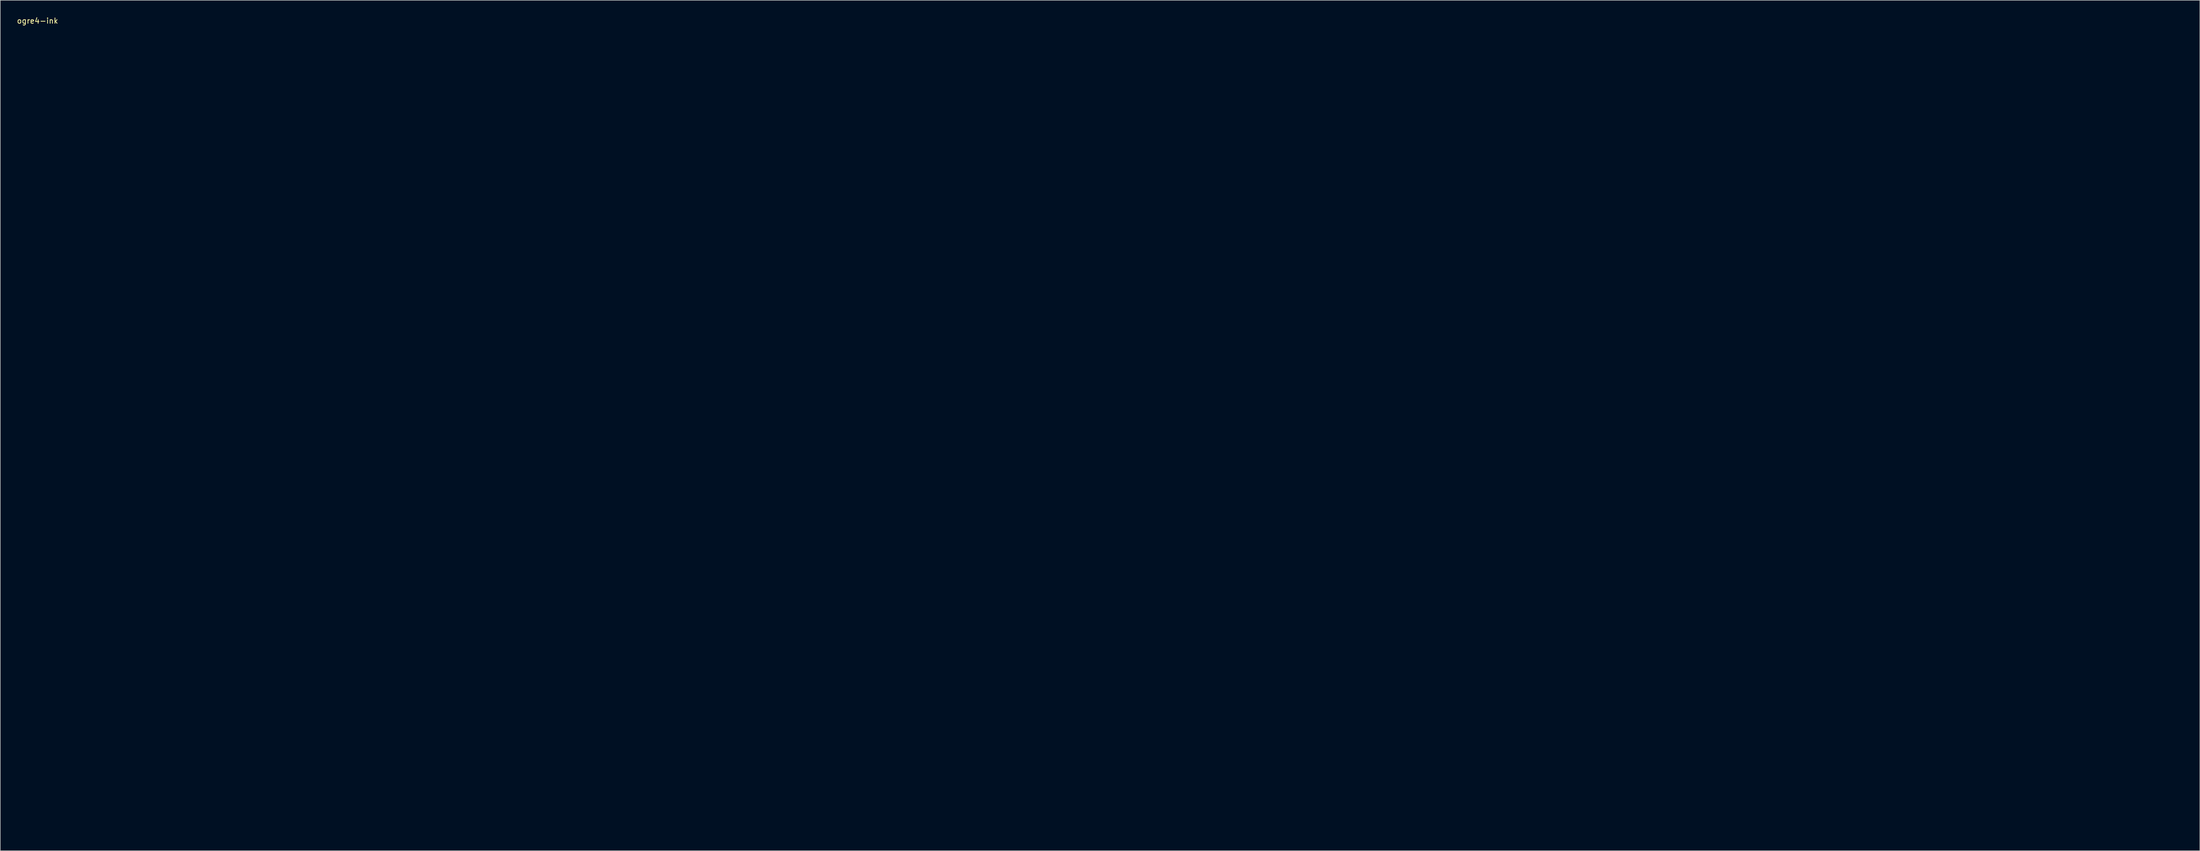
<source format=kicad_pcb>
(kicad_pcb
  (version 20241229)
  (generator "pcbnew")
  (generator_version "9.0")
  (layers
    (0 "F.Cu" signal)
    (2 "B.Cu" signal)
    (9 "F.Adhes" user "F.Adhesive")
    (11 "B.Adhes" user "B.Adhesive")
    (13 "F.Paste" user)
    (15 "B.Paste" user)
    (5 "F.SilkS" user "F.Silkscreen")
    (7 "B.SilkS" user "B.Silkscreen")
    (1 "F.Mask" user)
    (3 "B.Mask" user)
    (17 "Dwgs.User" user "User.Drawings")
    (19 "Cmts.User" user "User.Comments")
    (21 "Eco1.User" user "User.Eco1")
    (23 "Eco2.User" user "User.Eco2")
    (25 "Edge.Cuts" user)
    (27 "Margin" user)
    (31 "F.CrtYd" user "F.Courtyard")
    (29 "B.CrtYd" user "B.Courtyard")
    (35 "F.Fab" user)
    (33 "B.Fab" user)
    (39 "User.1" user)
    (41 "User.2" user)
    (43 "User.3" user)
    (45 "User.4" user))
  (footprint "ogre4-ink"
    (layer "F.Cu")
    (at 3.958 0.348)
    (property "Reference" "ogre4-ink" (at 0 0.5 0) (layer "F.SilkS") (effects (font (size 1 1) (thickness 0.15))))
    (attr through_hole)
    (fp_line (start 56.268 33.927) (end 56.268 33.927) (stroke (width 0.2) (type solid)) (layer "Eco1.User"))
    (fp_line (start 56.268 33.927) (end 56.268 33.927) (stroke (width 0.2) (type solid)) (layer "Eco1.User"))
    (fp_line (start 56.268 45.927) (end 56.268 45.927) (stroke (width 0.2) (type solid)) (layer "Eco1.User"))
    (fp_line (start 56.268 45.927) (end 56.268 45.927) (stroke (width 0.2) (type solid)) (layer "Eco1.User"))
    (fp_line (start 57.268 32.927) (end 57.268 32.927) (stroke (width 0.2) (type solid)) (layer "Eco1.User"))
    (fp_line (start 57.268 32.927) (end 57.268 32.927) (stroke (width 0.2) (type solid)) (layer "Eco1.User"))
    (fp_line (start 57.268 46.927) (end 57.268 46.927) (stroke (width 0.2) (type solid)) (layer "Eco1.User"))
    (fp_line (start 57.268 46.927) (end 57.268 46.927) (stroke (width 0.2) (type solid)) (layer "Eco1.User"))
    (fp_line (start 63.411 91.062) (end 63.411 103.062) (stroke (width 0.2) (type solid)) (layer "Eco1.User"))
    (fp_line (start 64.411 90.062) (end 76.411 90.062) (stroke (width 0.2) (type solid)) (layer "Eco1.User"))
    (fp_line (start 64.411 104.062) (end 76.411 104.062) (stroke (width 0.2) (type solid)) (layer "Eco1.User"))
    (fp_line (start 69.268 32.927) (end 69.268 32.927) (stroke (width 0.2) (type solid)) (layer "Eco1.User"))
    (fp_line (start 69.268 32.927) (end 69.268 32.927) (stroke (width 0.2) (type solid)) (layer "Eco1.User"))
    (fp_line (start 69.268 46.927) (end 69.268 46.927) (stroke (width 0.2) (type solid)) (layer "Eco1.User"))
    (fp_line (start 69.268 46.927) (end 69.268 46.927) (stroke (width 0.2) (type solid)) (layer "Eco1.User"))
    (fp_line (start 70.268 33.927) (end 70.268 33.927) (stroke (width 0.2) (type solid)) (layer "Eco1.User"))
    (fp_line (start 70.268 33.927) (end 70.268 33.927) (stroke (width 0.2) (type solid)) (layer "Eco1.User"))
    (fp_line (start 70.268 45.927) (end 70.268 45.927) (stroke (width 0.2) (type solid)) (layer "Eco1.User"))
    (fp_line (start 70.268 45.927) (end 70.268 45.927) (stroke (width 0.2) (type solid)) (layer "Eco1.User"))
    (fp_line (start 77.411 91.062) (end 77.411 103.062) (stroke (width 0.2) (type solid)) (layer "Eco1.User"))
    (fp_line (start 190.76 107.662) (end 184.76 118.055) (stroke (width 0.2) (type solid)) (layer "Eco1.User"))
    (fp_line (start 195.519 125.421) (end 185.127 119.421) (stroke (width 0.2) (type solid)) (layer "Eco1.User"))
    (fp_line (start 197.678 133.677) (end 203.678 123.285) (stroke (width 0.2) (type solid)) (layer "Eco1.User"))
    (fp_line (start 198.044 135.043) (end 208.436 141.043) (stroke (width 0.2) (type solid)) (layer "Eco1.User"))
    (fp_line (start 202.519 113.296) (end 192.127 107.296) (stroke (width 0.2) (type solid)) (layer "Eco1.User"))
    (fp_line (start 202.885 114.662) (end 196.885 125.055) (stroke (width 0.2) (type solid)) (layer "Eco1.User"))
    (fp_line (start 205.044 122.919) (end 215.436 128.919) (stroke (width 0.2) (type solid)) (layer "Eco1.User"))
    (fp_line (start 209.802 140.677) (end 215.802 130.285) (stroke (width 0.2) (type solid)) (layer "Eco1.User"))
    (fp_line (start 249.33 118.539) (end 255.33 128.932) (stroke (width 0.2) (type solid)) (layer "Eco1.User"))
    (fp_line (start 260.088 111.173) (end 249.696 117.173) (stroke (width 0.2) (type solid)) (layer "Eco1.User"))
    (fp_line (start 261.454 111.539) (end 267.454 121.932) (stroke (width 0.2) (type solid)) (layer "Eco1.User"))
    (fp_line (start 267.088 123.298) (end 256.696 129.298) (stroke (width 0.2) (type solid)) (layer "Eco1.User"))
    (fp_line (start 372.479 90.924) (end 372.479 102.924) (stroke (width 0.2) (type solid)) (layer "Eco1.User"))
    (fp_line (start 373.479 89.924) (end 385.479 89.924) (stroke (width 0.2) (type solid)) (layer "Eco1.User"))
    (fp_line (start 373.479 103.924) (end 385.479 103.924) (stroke (width 0.2) (type solid)) (layer "Eco1.User"))
    (fp_line (start 386.479 90.924) (end 386.479 102.924) (stroke (width 0.2) (type solid)) (layer "Eco1.User"))
    (fp_curve (pts (xy 49.004 89.576) (xy 49.004 89.576) (xy 49.004 104.628) (xy 49.004 104.628)) (stroke (width 0.2) (type solid)) (layer "Eco1.User"))
    (fp_curve (pts (xy 49.004 104.628) (xy 49.004 105.728) (xy 49.904 106.628) (xy 51.004 106.628)) (stroke (width 0.2) (type solid)) (layer "Eco1.User"))
    (fp_curve (pts (xy 51.004 87.576) (xy 49.904 87.576) (xy 49.004 88.476) (xy 49.004 89.576)) (stroke (width 0.2) (type solid)) (layer "Eco1.User"))
    (fp_curve (pts (xy 51.004 106.628) (xy 51.004 106.628) (xy 66.054 106.628) (xy 66.054 106.628)) (stroke (width 0.2) (type solid)) (layer "Eco1.User"))
    (fp_curve (pts (xy 53.767 32.426) (xy 53.767 32.426) (xy 53.767 47.478) (xy 53.767 47.478)) (stroke (width 0.2) (type solid)) (layer "Eco1.User"))
    (fp_curve (pts (xy 53.767 47.478) (xy 53.767 48.578) (xy 54.667 49.478) (xy 55.767 49.478)) (stroke (width 0.2) (type solid)) (layer "Eco1.User"))
    (fp_curve (pts (xy 55.767 30.426) (xy 54.667 30.426) (xy 53.767 31.326) (xy 53.767 32.426)) (stroke (width 0.2) (type solid)) (layer "Eco1.User"))
    (fp_curve (pts (xy 55.767 49.478) (xy 55.767 49.478) (xy 61.292 49.478) (xy 61.292 49.478)) (stroke (width 0.2) (type solid)) (layer "Eco1.User"))
    (fp_curve (pts (xy 56.268 33.931) (xy 56.268 33.931) (xy 56.268 45.924) (xy 56.268 45.924)) (stroke (width 0.2) (type solid)) (layer "Eco1.User"))
    (fp_curve (pts (xy 56.268 45.924) (xy 56.268 46.478) (xy 56.718 46.927) (xy 57.272 46.927)) (stroke (width 0.2) (type solid)) (layer "Eco1.User"))
    (fp_curve (pts (xy 56.529 87.576) (xy 56.529 87.576) (xy 51.004 87.576) (xy 51.004 87.576)) (stroke (width 0.2) (type solid)) (layer "Eco1.User"))
    (fp_curve (pts (xy 57.272 32.927) (xy 56.718 32.927) (xy 56.268 33.376) (xy 56.268 33.931)) (stroke (width 0.2) (type solid)) (layer "Eco1.User"))
    (fp_curve (pts (xy 57.272 46.927) (xy 57.272 46.927) (xy 69.265 46.927) (xy 69.265 46.927)) (stroke (width 0.2) (type solid)) (layer "Eco1.User"))
    (fp_curve (pts (xy 58.529 70.526) (xy 58.529 70.526) (xy 58.529 85.576) (xy 58.529 85.576)) (stroke (width 0.2) (type solid)) (layer "Eco1.User"))
    (fp_curve (pts (xy 58.529 85.576) (xy 58.529 86.676) (xy 57.629 87.576) (xy 56.529 87.576)) (stroke (width 0.2) (type solid)) (layer "Eco1.User"))
    (fp_curve (pts (xy 60.529 68.526) (xy 59.429 68.526) (xy 58.529 69.426) (xy 58.529 70.526)) (stroke (width 0.2) (type solid)) (layer "Eco1.User"))
    (fp_curve (pts (xy 61.292 49.478) (xy 62.392 49.478) (xy 63.292 50.378) (xy 63.292 51.478)) (stroke (width 0.2) (type solid)) (layer "Eco1.User"))
    (fp_curve (pts (xy 61.292 68.526) (xy 61.292 68.526) (xy 60.529 68.526) (xy 60.529 68.526)) (stroke (width 0.2) (type solid)) (layer "Eco1.User"))
    (fp_curve (pts (xy 63.292 51.478) (xy 63.292 51.478) (xy 63.292 66.526) (xy 63.292 66.526)) (stroke (width 0.2) (type solid)) (layer "Eco1.User"))
    (fp_curve (pts (xy 63.292 66.526) (xy 63.292 67.626) (xy 62.392 68.526) (xy 61.292 68.526)) (stroke (width 0.2) (type solid)) (layer "Eco1.User"))
    (fp_curve (pts (xy 63.411 103.062) (xy 63.411 103.614) (xy 63.859 104.062) (xy 64.411 104.062)) (stroke (width 0.2) (type solid)) (layer "Eco1.User"))
    (fp_curve (pts (xy 64.411 90.062) (xy 63.859 90.062) (xy 63.411 90.51) (xy 63.411 91.062)) (stroke (width 0.2) (type solid)) (layer "Eco1.User"))
    (fp_curve (pts (xy 66.054 106.628) (xy 67.154 106.628) (xy 68.054 107.528) (xy 68.054 108.628)) (stroke (width 0.2) (type solid)) (layer "Eco1.User"))
    (fp_curve (pts (xy 68.054 108.628) (xy 68.054 108.628) (xy 68.054 123.678) (xy 68.054 123.678)) (stroke (width 0.2) (type solid)) (layer "Eco1.User"))
    (fp_curve (pts (xy 68.054 123.678) (xy 68.054 124.778) (xy 68.954 125.678) (xy 70.054 125.678)) (stroke (width 0.2) (type solid)) (layer "Eco1.User"))
    (fp_curve (pts (xy 68.174 72.027) (xy 68.174 72.027) (xy 68.174 84.027) (xy 68.174 84.027)) (stroke (width 0.2) (type solid)) (layer "Eco1.User"))
    (fp_curve (pts (xy 68.174 84.027) (xy 68.174 84.577) (xy 68.624 85.027) (xy 69.174 85.027)) (stroke (width 0.2) (type solid)) (layer "Eco1.User"))
    (fp_curve (pts (xy 69.174 71.027) (xy 68.624 71.027) (xy 68.174 71.477) (xy 68.174 72.027)) (stroke (width 0.2) (type solid)) (layer "Eco1.User"))
    (fp_curve (pts (xy 69.174 85.027) (xy 69.174 85.027) (xy 81.174 85.027) (xy 81.174 85.027)) (stroke (width 0.2) (type solid)) (layer "Eco1.User"))
    (fp_curve (pts (xy 69.265 32.927) (xy 69.265 32.927) (xy 57.272 32.927) (xy 57.272 32.927)) (stroke (width 0.2) (type solid)) (layer "Eco1.User"))
    (fp_curve (pts (xy 69.265 46.927) (xy 69.819 46.927) (xy 70.268 46.478) (xy 70.268 45.924)) (stroke (width 0.2) (type solid)) (layer "Eco1.User"))
    (fp_curve (pts (xy 70.054 125.678) (xy 70.054 125.678) (xy 108.919 125.678) (xy 108.919 125.678)) (stroke (width 0.2) (type solid)) (layer "Eco1.User"))
    (fp_curve (pts (xy 70.268 33.931) (xy 70.268 33.376) (xy 69.819 32.927) (xy 69.265 32.927)) (stroke (width 0.2) (type solid)) (layer "Eco1.User"))
    (fp_curve (pts (xy 70.268 45.924) (xy 70.268 45.924) (xy 70.268 33.931) (xy 70.268 33.931)) (stroke (width 0.2) (type solid)) (layer "Eco1.User"))
    (fp_curve (pts (xy 70.555 52.977) (xy 70.555 52.977) (xy 70.555 64.977) (xy 70.555 64.977)) (stroke (width 0.2) (type solid)) (layer "Eco1.User"))
    (fp_curve (pts (xy 70.555 64.977) (xy 70.555 65.527) (xy 71.005 65.977) (xy 71.555 65.977)) (stroke (width 0.2) (type solid)) (layer "Eco1.User"))
    (fp_curve (pts (xy 71.555 51.977) (xy 71.005 51.977) (xy 70.555 52.427) (xy 70.555 52.977)) (stroke (width 0.2) (type solid)) (layer "Eco1.User"))
    (fp_curve (pts (xy 71.555 65.977) (xy 71.555 65.977) (xy 83.555 65.977) (xy 83.555 65.977)) (stroke (width 0.2) (type solid)) (layer "Eco1.User"))
    (fp_curve (pts (xy 72.936 110.127) (xy 72.936 110.127) (xy 72.936 122.127) (xy 72.936 122.127)) (stroke (width 0.2) (type solid)) (layer "Eco1.User"))
    (fp_curve (pts (xy 72.936 122.127) (xy 72.936 122.677) (xy 73.386 123.127) (xy 73.936 123.127)) (stroke (width 0.2) (type solid)) (layer "Eco1.User"))
    (fp_curve (pts (xy 73.936 109.127) (xy 73.386 109.127) (xy 72.936 109.577) (xy 72.936 110.127)) (stroke (width 0.2) (type solid)) (layer "Eco1.User"))
    (fp_curve (pts (xy 73.936 123.127) (xy 73.936 123.127) (xy 85.936 123.127) (xy 85.936 123.127)) (stroke (width 0.2) (type solid)) (layer "Eco1.User"))
    (fp_curve (pts (xy 75.318 33.927) (xy 75.318 33.927) (xy 75.318 45.927) (xy 75.318 45.927)) (stroke (width 0.2) (type solid)) (layer "Eco1.User"))
    (fp_curve (pts (xy 75.318 45.927) (xy 75.318 46.477) (xy 75.768 46.927) (xy 76.318 46.927)) (stroke (width 0.2) (type solid)) (layer "Eco1.User"))
    (fp_curve (pts (xy 76.318 32.927) (xy 75.768 32.927) (xy 75.318 33.377) (xy 75.318 33.927)) (stroke (width 0.2) (type solid)) (layer "Eco1.User"))
    (fp_curve (pts (xy 76.318 46.927) (xy 76.318 46.927) (xy 88.318 46.927) (xy 88.318 46.927)) (stroke (width 0.2) (type solid)) (layer "Eco1.User"))
    (fp_curve (pts (xy 76.411 104.062) (xy 76.964 104.062) (xy 77.411 103.614) (xy 77.411 103.062)) (stroke (width 0.2) (type solid)) (layer "Eco1.User"))
    (fp_curve (pts (xy 77.411 91.062) (xy 77.411 90.51) (xy 76.964 90.062) (xy 76.411 90.062)) (stroke (width 0.2) (type solid)) (layer "Eco1.User"))
    (fp_curve (pts (xy 81.174 71.027) (xy 81.174 71.027) (xy 69.174 71.027) (xy 69.174 71.027)) (stroke (width 0.2) (type solid)) (layer "Eco1.User"))
    (fp_curve (pts (xy 81.174 85.027) (xy 81.724 85.027) (xy 82.174 84.577) (xy 82.174 84.027)) (stroke (width 0.2) (type solid)) (layer "Eco1.User"))
    (fp_curve (pts (xy 82.174 72.027) (xy 82.174 71.477) (xy 81.724 71.027) (xy 81.174 71.027)) (stroke (width 0.2) (type solid)) (layer "Eco1.User"))
    (fp_curve (pts (xy 82.174 84.027) (xy 82.174 84.027) (xy 82.174 72.027) (xy 82.174 72.027)) (stroke (width 0.2) (type solid)) (layer "Eco1.User"))
    (fp_curve (pts (xy 83.555 51.977) (xy 83.555 51.977) (xy 71.555 51.977) (xy 71.555 51.977)) (stroke (width 0.2) (type solid)) (layer "Eco1.User"))
    (fp_curve (pts (xy 83.555 65.977) (xy 84.105 65.977) (xy 84.555 65.527) (xy 84.555 64.977)) (stroke (width 0.2) (type solid)) (layer "Eco1.User"))
    (fp_curve (pts (xy 84.555 52.977) (xy 84.555 52.427) (xy 84.105 51.977) (xy 83.555 51.977)) (stroke (width 0.2) (type solid)) (layer "Eco1.User"))
    (fp_curve (pts (xy 84.555 64.977) (xy 84.555 64.977) (xy 84.555 52.977) (xy 84.555 52.977)) (stroke (width 0.2) (type solid)) (layer "Eco1.User"))
    (fp_curve (pts (xy 85.936 109.127) (xy 85.936 109.127) (xy 73.936 109.127) (xy 73.936 109.127)) (stroke (width 0.2) (type solid)) (layer "Eco1.User"))
    (fp_curve (pts (xy 85.936 123.127) (xy 86.486 123.127) (xy 86.936 122.677) (xy 86.936 122.127)) (stroke (width 0.2) (type solid)) (layer "Eco1.User"))
    (fp_curve (pts (xy 86.936 110.127) (xy 86.936 109.577) (xy 86.486 109.127) (xy 85.936 109.127)) (stroke (width 0.2) (type solid)) (layer "Eco1.User"))
    (fp_curve (pts (xy 86.936 122.127) (xy 86.936 122.127) (xy 86.936 110.127) (xy 86.936 110.127)) (stroke (width 0.2) (type solid)) (layer "Eco1.User"))
    (fp_curve (pts (xy 88.318 32.927) (xy 88.318 32.927) (xy 76.318 32.927) (xy 76.318 32.927)) (stroke (width 0.2) (type solid)) (layer "Eco1.User"))
    (fp_curve (pts (xy 88.318 46.927) (xy 88.868 46.927) (xy 89.318 46.477) (xy 89.318 45.927)) (stroke (width 0.2) (type solid)) (layer "Eco1.User"))
    (fp_curve (pts (xy 89.318 33.927) (xy 89.318 33.377) (xy 88.868 32.927) (xy 88.318 32.927)) (stroke (width 0.2) (type solid)) (layer "Eco1.User"))
    (fp_curve (pts (xy 89.318 45.927) (xy 89.318 45.927) (xy 89.318 33.927) (xy 89.318 33.927)) (stroke (width 0.2) (type solid)) (layer "Eco1.User"))
    (fp_curve (pts (xy 94.368 33.927) (xy 94.368 33.927) (xy 94.368 45.927) (xy 94.368 45.927)) (stroke (width 0.2) (type solid)) (layer "Eco1.User"))
    (fp_curve (pts (xy 94.368 45.927) (xy 94.368 46.477) (xy 94.818 46.927) (xy 95.368 46.927)) (stroke (width 0.2) (type solid)) (layer "Eco1.User"))
    (fp_curve (pts (xy 94.368 52.977) (xy 94.368 52.977) (xy 94.368 64.977) (xy 94.368 64.977)) (stroke (width 0.2) (type solid)) (layer "Eco1.User"))
    (fp_curve (pts (xy 94.368 64.977) (xy 94.368 65.527) (xy 94.818 65.977) (xy 95.368 65.977)) (stroke (width 0.2) (type solid)) (layer "Eco1.User"))
    (fp_curve (pts (xy 94.368 72.027) (xy 94.368 72.027) (xy 94.368 84.027) (xy 94.368 84.027)) (stroke (width 0.2) (type solid)) (layer "Eco1.User"))
    (fp_curve (pts (xy 94.368 84.027) (xy 94.368 84.577) (xy 94.818 85.027) (xy 95.368 85.027)) (stroke (width 0.2) (type solid)) (layer "Eco1.User"))
    (fp_curve (pts (xy 94.368 91.077) (xy 94.368 91.077) (xy 94.368 103.077) (xy 94.368 103.077)) (stroke (width 0.2) (type solid)) (layer "Eco1.User"))
    (fp_curve (pts (xy 94.368 103.077) (xy 94.368 103.627) (xy 94.818 104.077) (xy 95.368 104.077)) (stroke (width 0.2) (type solid)) (layer "Eco1.User"))
    (fp_curve (pts (xy 94.368 110.127) (xy 94.368 110.127) (xy 94.368 122.127) (xy 94.368 122.127)) (stroke (width 0.2) (type solid)) (layer "Eco1.User"))
    (fp_curve (pts (xy 94.368 122.127) (xy 94.368 122.677) (xy 94.818 123.127) (xy 95.368 123.127)) (stroke (width 0.2) (type solid)) (layer "Eco1.User"))
    (fp_curve (pts (xy 95.368 32.927) (xy 94.818 32.927) (xy 94.368 33.377) (xy 94.368 33.927)) (stroke (width 0.2) (type solid)) (layer "Eco1.User"))
    (fp_curve (pts (xy 95.368 46.927) (xy 95.368 46.927) (xy 107.368 46.927) (xy 107.368 46.927)) (stroke (width 0.2) (type solid)) (layer "Eco1.User"))
    (fp_curve (pts (xy 95.368 51.977) (xy 94.818 51.977) (xy 94.368 52.427) (xy 94.368 52.977)) (stroke (width 0.2) (type solid)) (layer "Eco1.User"))
    (fp_curve (pts (xy 95.368 65.977) (xy 95.368 65.977) (xy 107.368 65.977) (xy 107.368 65.977)) (stroke (width 0.2) (type solid)) (layer "Eco1.User"))
    (fp_curve (pts (xy 95.368 71.027) (xy 94.818 71.027) (xy 94.368 71.477) (xy 94.368 72.027)) (stroke (width 0.2) (type solid)) (layer "Eco1.User"))
    (fp_curve (pts (xy 95.368 85.027) (xy 95.368 85.027) (xy 107.368 85.027) (xy 107.368 85.027)) (stroke (width 0.2) (type solid)) (layer "Eco1.User"))
    (fp_curve (pts (xy 95.368 90.077) (xy 94.818 90.077) (xy 94.368 90.527) (xy 94.368 91.077)) (stroke (width 0.2) (type solid)) (layer "Eco1.User"))
    (fp_curve (pts (xy 95.368 104.077) (xy 95.368 104.077) (xy 107.368 104.077) (xy 107.368 104.077)) (stroke (width 0.2) (type solid)) (layer "Eco1.User"))
    (fp_curve (pts (xy 95.368 109.127) (xy 94.818 109.127) (xy 94.368 109.577) (xy 94.368 110.127)) (stroke (width 0.2) (type solid)) (layer "Eco1.User"))
    (fp_curve (pts (xy 95.368 123.127) (xy 95.368 123.127) (xy 107.368 123.127) (xy 107.368 123.127)) (stroke (width 0.2) (type solid)) (layer "Eco1.User"))
    (fp_curve (pts (xy 107.368 32.927) (xy 107.368 32.927) (xy 95.368 32.927) (xy 95.368 32.927)) (stroke (width 0.2) (type solid)) (layer "Eco1.User"))
    (fp_curve (pts (xy 107.368 46.927) (xy 107.918 46.927) (xy 108.368 46.477) (xy 108.368 45.927)) (stroke (width 0.2) (type solid)) (layer "Eco1.User"))
    (fp_curve (pts (xy 107.368 51.977) (xy 107.368 51.977) (xy 95.368 51.977) (xy 95.368 51.977)) (stroke (width 0.2) (type solid)) (layer "Eco1.User"))
    (fp_curve (pts (xy 107.368 65.977) (xy 107.918 65.977) (xy 108.368 65.527) (xy 108.368 64.977)) (stroke (width 0.2) (type solid)) (layer "Eco1.User"))
    (fp_curve (pts (xy 107.368 71.027) (xy 107.368 71.027) (xy 95.368 71.027) (xy 95.368 71.027)) (stroke (width 0.2) (type solid)) (layer "Eco1.User"))
    (fp_curve (pts (xy 107.368 85.027) (xy 107.918 85.027) (xy 108.368 84.577) (xy 108.368 84.027)) (stroke (width 0.2) (type solid)) (layer "Eco1.User"))
    (fp_curve (pts (xy 107.368 90.077) (xy 107.368 90.077) (xy 95.368 90.077) (xy 95.368 90.077)) (stroke (width 0.2) (type solid)) (layer "Eco1.User"))
    (fp_curve (pts (xy 107.368 104.077) (xy 107.918 104.077) (xy 108.368 103.627) (xy 108.368 103.077)) (stroke (width 0.2) (type solid)) (layer "Eco1.User"))
    (fp_curve (pts (xy 107.368 109.127) (xy 107.368 109.127) (xy 95.368 109.127) (xy 95.368 109.127)) (stroke (width 0.2) (type solid)) (layer "Eco1.User"))
    (fp_curve (pts (xy 107.368 123.127) (xy 107.918 123.127) (xy 108.368 122.677) (xy 108.368 122.127)) (stroke (width 0.2) (type solid)) (layer "Eco1.User"))
    (fp_curve (pts (xy 108.368 33.927) (xy 108.368 33.377) (xy 107.918 32.927) (xy 107.368 32.927)) (stroke (width 0.2) (type solid)) (layer "Eco1.User"))
    (fp_curve (pts (xy 108.368 45.927) (xy 108.368 45.927) (xy 108.368 33.927) (xy 108.368 33.927)) (stroke (width 0.2) (type solid)) (layer "Eco1.User"))
    (fp_curve (pts (xy 108.368 52.977) (xy 108.368 52.427) (xy 107.918 51.977) (xy 107.368 51.977)) (stroke (width 0.2) (type solid)) (layer "Eco1.User"))
    (fp_curve (pts (xy 108.368 64.977) (xy 108.368 64.977) (xy 108.368 52.977) (xy 108.368 52.977)) (stroke (width 0.2) (type solid)) (layer "Eco1.User"))
    (fp_curve (pts (xy 108.368 72.027) (xy 108.368 71.477) (xy 107.918 71.027) (xy 107.368 71.027)) (stroke (width 0.2) (type solid)) (layer "Eco1.User"))
    (fp_curve (pts (xy 108.368 84.027) (xy 108.368 84.027) (xy 108.368 72.027) (xy 108.368 72.027)) (stroke (width 0.2) (type solid)) (layer "Eco1.User"))
    (fp_curve (pts (xy 108.368 91.077) (xy 108.368 90.527) (xy 107.918 90.077) (xy 107.368 90.077)) (stroke (width 0.2) (type solid)) (layer "Eco1.User"))
    (fp_curve (pts (xy 108.368 103.077) (xy 108.368 103.077) (xy 108.368 91.077) (xy 108.368 91.077)) (stroke (width 0.2) (type solid)) (layer "Eco1.User"))
    (fp_curve (pts (xy 108.368 110.127) (xy 108.368 109.577) (xy 107.918 109.127) (xy 107.368 109.127)) (stroke (width 0.2) (type solid)) (layer "Eco1.User"))
    (fp_curve (pts (xy 108.368 122.127) (xy 108.368 122.127) (xy 108.368 110.127) (xy 108.368 110.127)) (stroke (width 0.2) (type solid)) (layer "Eco1.User"))
    (fp_curve (pts (xy 108.917 30.426) (xy 108.917 30.426) (xy 55.767 30.426) (xy 55.767 30.426)) (stroke (width 0.2) (type solid)) (layer "Eco1.User"))
    (fp_curve (pts (xy 108.919 125.678) (xy 110.019 125.678) (xy 110.919 124.778) (xy 110.919 123.678)) (stroke (width 0.2) (type solid)) (layer "Eco1.User"))
    (fp_curve (pts (xy 110.917 27.664) (xy 110.917 27.664) (xy 110.917 28.426) (xy 110.917 28.426)) (stroke (width 0.2) (type solid)) (layer "Eco1.User"))
    (fp_curve (pts (xy 110.917 28.426) (xy 110.917 29.526) (xy 110.017 30.426) (xy 108.917 30.426)) (stroke (width 0.2) (type solid)) (layer "Eco1.User"))
    (fp_curve (pts (xy 110.919 122.916) (xy 110.919 121.816) (xy 111.819 120.916) (xy 112.919 120.916)) (stroke (width 0.2) (type solid)) (layer "Eco1.User"))
    (fp_curve (pts (xy 110.919 123.678) (xy 110.919 123.678) (xy 110.919 122.916) (xy 110.919 122.916)) (stroke (width 0.2) (type solid)) (layer "Eco1.User"))
    (fp_curve (pts (xy 112.917 25.664) (xy 111.817 25.664) (xy 110.917 26.564) (xy 110.917 27.664)) (stroke (width 0.2) (type solid)) (layer "Eco1.User"))
    (fp_curve (pts (xy 112.919 120.916) (xy 112.919 120.916) (xy 127.969 120.916) (xy 127.969 120.916)) (stroke (width 0.2) (type solid)) (layer "Eco1.User"))
    (fp_curve (pts (xy 113.418 29.165) (xy 113.418 29.165) (xy 113.418 41.165) (xy 113.418 41.165)) (stroke (width 0.2) (type solid)) (layer "Eco1.User"))
    (fp_curve (pts (xy 113.418 41.165) (xy 113.418 41.715) (xy 113.868 42.165) (xy 114.418 42.165)) (stroke (width 0.2) (type solid)) (layer "Eco1.User"))
    (fp_curve (pts (xy 113.418 48.215) (xy 113.418 48.215) (xy 113.418 60.215) (xy 113.418 60.215)) (stroke (width 0.2) (type solid)) (layer "Eco1.User"))
    (fp_curve (pts (xy 113.418 60.215) (xy 113.418 60.765) (xy 113.868 61.215) (xy 114.418 61.215)) (stroke (width 0.2) (type solid)) (layer "Eco1.User"))
    (fp_curve (pts (xy 113.418 67.265) (xy 113.418 67.265) (xy 113.418 79.265) (xy 113.418 79.265)) (stroke (width 0.2) (type solid)) (layer "Eco1.User"))
    (fp_curve (pts (xy 113.418 79.265) (xy 113.418 79.815) (xy 113.868 80.265) (xy 114.418 80.265)) (stroke (width 0.2) (type solid)) (layer "Eco1.User"))
    (fp_curve (pts (xy 113.418 86.315) (xy 113.418 86.315) (xy 113.418 98.315) (xy 113.418 98.315)) (stroke (width 0.2) (type solid)) (layer "Eco1.User"))
    (fp_curve (pts (xy 113.418 98.315) (xy 113.418 98.865) (xy 113.868 99.315) (xy 114.418 99.315)) (stroke (width 0.2) (type solid)) (layer "Eco1.User"))
    (fp_curve (pts (xy 113.418 105.365) (xy 113.418 105.365) (xy 113.418 117.365) (xy 113.418 117.365)) (stroke (width 0.2) (type solid)) (layer "Eco1.User"))
    (fp_curve (pts (xy 113.418 117.365) (xy 113.418 117.915) (xy 113.868 118.365) (xy 114.418 118.365)) (stroke (width 0.2) (type solid)) (layer "Eco1.User"))
    (fp_curve (pts (xy 114.418 28.165) (xy 113.868 28.165) (xy 113.418 28.615) (xy 113.418 29.165)) (stroke (width 0.2) (type solid)) (layer "Eco1.User"))
    (fp_curve (pts (xy 114.418 42.165) (xy 114.418 42.165) (xy 126.418 42.165) (xy 126.418 42.165)) (stroke (width 0.2) (type solid)) (layer "Eco1.User"))
    (fp_curve (pts (xy 114.418 47.215) (xy 113.868 47.215) (xy 113.418 47.665) (xy 113.418 48.215)) (stroke (width 0.2) (type solid)) (layer "Eco1.User"))
    (fp_curve (pts (xy 114.418 61.215) (xy 114.418 61.215) (xy 126.418 61.215) (xy 126.418 61.215)) (stroke (width 0.2) (type solid)) (layer "Eco1.User"))
    (fp_curve (pts (xy 114.418 66.265) (xy 113.868 66.265) (xy 113.418 66.715) (xy 113.418 67.265)) (stroke (width 0.2) (type solid)) (layer "Eco1.User"))
    (fp_curve (pts (xy 114.418 80.265) (xy 114.418 80.265) (xy 126.418 80.265) (xy 126.418 80.265)) (stroke (width 0.2) (type solid)) (layer "Eco1.User"))
    (fp_curve (pts (xy 114.418 85.315) (xy 113.868 85.315) (xy 113.418 85.765) (xy 113.418 86.315)) (stroke (width 0.2) (type solid)) (layer "Eco1.User"))
    (fp_curve (pts (xy 114.418 99.315) (xy 114.418 99.315) (xy 126.418 99.315) (xy 126.418 99.315)) (stroke (width 0.2) (type solid)) (layer "Eco1.User"))
    (fp_curve (pts (xy 114.418 104.365) (xy 113.868 104.365) (xy 113.418 104.815) (xy 113.418 105.365)) (stroke (width 0.2) (type solid)) (layer "Eco1.User"))
    (fp_curve (pts (xy 114.418 118.365) (xy 114.418 118.365) (xy 126.418 118.365) (xy 126.418 118.365)) (stroke (width 0.2) (type solid)) (layer "Eco1.User"))
    (fp_curve (pts (xy 126.418 28.165) (xy 126.418 28.165) (xy 114.418 28.165) (xy 114.418 28.165)) (stroke (width 0.2) (type solid)) (layer "Eco1.User"))
    (fp_curve (pts (xy 126.418 42.165) (xy 126.968 42.165) (xy 127.418 41.715) (xy 127.418 41.165)) (stroke (width 0.2) (type solid)) (layer "Eco1.User"))
    (fp_curve (pts (xy 126.418 47.215) (xy 126.418 47.215) (xy 114.418 47.215) (xy 114.418 47.215)) (stroke (width 0.2) (type solid)) (layer "Eco1.User"))
    (fp_curve (pts (xy 126.418 61.215) (xy 126.968 61.215) (xy 127.418 60.765) (xy 127.418 60.215)) (stroke (width 0.2) (type solid)) (layer "Eco1.User"))
    (fp_curve (pts (xy 126.418 66.265) (xy 126.418 66.265) (xy 114.418 66.265) (xy 114.418 66.265)) (stroke (width 0.2) (type solid)) (layer "Eco1.User"))
    (fp_curve (pts (xy 126.418 80.265) (xy 126.968 80.265) (xy 127.418 79.815) (xy 127.418 79.265)) (stroke (width 0.2) (type solid)) (layer "Eco1.User"))
    (fp_curve (pts (xy 126.418 85.315) (xy 126.418 85.315) (xy 114.418 85.315) (xy 114.418 85.315)) (stroke (width 0.2) (type solid)) (layer "Eco1.User"))
    (fp_curve (pts (xy 126.418 99.315) (xy 126.968 99.315) (xy 127.418 98.865) (xy 127.418 98.315)) (stroke (width 0.2) (type solid)) (layer "Eco1.User"))
    (fp_curve (pts (xy 126.418 104.365) (xy 126.418 104.365) (xy 114.418 104.365) (xy 114.418 104.365)) (stroke (width 0.2) (type solid)) (layer "Eco1.User"))
    (fp_curve (pts (xy 126.418 118.365) (xy 126.968 118.365) (xy 127.418 117.915) (xy 127.418 117.365)) (stroke (width 0.2) (type solid)) (layer "Eco1.User"))
    (fp_curve (pts (xy 127.418 29.165) (xy 127.418 28.615) (xy 126.968 28.165) (xy 126.418 28.165)) (stroke (width 0.2) (type solid)) (layer "Eco1.User"))
    (fp_curve (pts (xy 127.418 41.165) (xy 127.418 41.165) (xy 127.418 29.165) (xy 127.418 29.165)) (stroke (width 0.2) (type solid)) (layer "Eco1.User"))
    (fp_curve (pts (xy 127.418 48.215) (xy 127.418 47.665) (xy 126.968 47.215) (xy 126.418 47.215)) (stroke (width 0.2) (type solid)) (layer "Eco1.User"))
    (fp_curve (pts (xy 127.418 60.215) (xy 127.418 60.215) (xy 127.418 48.215) (xy 127.418 48.215)) (stroke (width 0.2) (type solid)) (layer "Eco1.User"))
    (fp_curve (pts (xy 127.418 67.265) (xy 127.418 66.715) (xy 126.968 66.265) (xy 126.418 66.265)) (stroke (width 0.2) (type solid)) (layer "Eco1.User"))
    (fp_curve (pts (xy 127.418 79.265) (xy 127.418 79.265) (xy 127.418 67.265) (xy 127.418 67.265)) (stroke (width 0.2) (type solid)) (layer "Eco1.User"))
    (fp_curve (pts (xy 127.418 86.315) (xy 127.418 85.765) (xy 126.968 85.315) (xy 126.418 85.315)) (stroke (width 0.2) (type solid)) (layer "Eco1.User"))
    (fp_curve (pts (xy 127.418 98.315) (xy 127.418 98.315) (xy 127.418 86.315) (xy 127.418 86.315)) (stroke (width 0.2) (type solid)) (layer "Eco1.User"))
    (fp_curve (pts (xy 127.418 105.365) (xy 127.418 104.815) (xy 126.968 104.365) (xy 126.418 104.365)) (stroke (width 0.2) (type solid)) (layer "Eco1.User"))
    (fp_curve (pts (xy 127.418 117.365) (xy 127.418 117.365) (xy 127.418 105.365) (xy 127.418 105.365)) (stroke (width 0.2) (type solid)) (layer "Eco1.User"))
    (fp_curve (pts (xy 127.967 25.664) (xy 127.967 25.664) (xy 112.917 25.664) (xy 112.917 25.664)) (stroke (width 0.2) (type solid)) (layer "Eco1.User"))
    (fp_curve (pts (xy 127.969 120.916) (xy 129.069 120.916) (xy 129.969 120.38) (xy 129.969 119.725)) (stroke (width 0.2) (type solid)) (layer "Eco1.User"))
    (fp_curve (pts (xy 129.967 24.473) (xy 129.967 25.128) (xy 129.067 25.664) (xy 127.967 25.664)) (stroke (width 0.2) (type solid)) (layer "Eco1.User"))
    (fp_curve (pts (xy 129.969 119.725) (xy 129.969 119.07) (xy 130.869 118.534) (xy 131.969 118.534)) (stroke (width 0.2) (type solid)) (layer "Eco1.User"))
    (fp_curve (pts (xy 131.967 23.282) (xy 130.867 23.282) (xy 129.967 23.818) (xy 129.967 24.473)) (stroke (width 0.2) (type solid)) (layer "Eco1.User"))
    (fp_curve (pts (xy 131.969 118.534) (xy 131.969 118.534) (xy 147.019 118.534) (xy 147.019 118.534)) (stroke (width 0.2) (type solid)) (layer "Eco1.User"))
    (fp_curve (pts (xy 132.468 26.783) (xy 132.468 26.783) (xy 132.468 38.784) (xy 132.468 38.784)) (stroke (width 0.2) (type solid)) (layer "Eco1.User"))
    (fp_curve (pts (xy 132.468 38.784) (xy 132.468 39.334) (xy 132.918 39.784) (xy 133.468 39.784)) (stroke (width 0.2) (type solid)) (layer "Eco1.User"))
    (fp_curve (pts (xy 132.468 45.834) (xy 132.468 45.834) (xy 132.468 57.834) (xy 132.468 57.834)) (stroke (width 0.2) (type solid)) (layer "Eco1.User"))
    (fp_curve (pts (xy 132.468 57.834) (xy 132.468 58.384) (xy 132.918 58.834) (xy 133.468 58.834)) (stroke (width 0.2) (type solid)) (layer "Eco1.User"))
    (fp_curve (pts (xy 132.468 64.884) (xy 132.468 64.884) (xy 132.468 76.884) (xy 132.468 76.884)) (stroke (width 0.2) (type solid)) (layer "Eco1.User"))
    (fp_curve (pts (xy 132.468 76.884) (xy 132.468 77.434) (xy 132.918 77.884) (xy 133.468 77.884)) (stroke (width 0.2) (type solid)) (layer "Eco1.User"))
    (fp_curve (pts (xy 132.468 83.934) (xy 132.468 83.934) (xy 132.468 95.934) (xy 132.468 95.934)) (stroke (width 0.2) (type solid)) (layer "Eco1.User"))
    (fp_curve (pts (xy 132.468 95.934) (xy 132.468 96.484) (xy 132.918 96.934) (xy 133.468 96.934)) (stroke (width 0.2) (type solid)) (layer "Eco1.User"))
    (fp_curve (pts (xy 132.468 102.984) (xy 132.468 102.984) (xy 132.468 114.984) (xy 132.468 114.984)) (stroke (width 0.2) (type solid)) (layer "Eco1.User"))
    (fp_curve (pts (xy 132.468 114.984) (xy 132.468 115.534) (xy 132.918 115.984) (xy 133.468 115.984)) (stroke (width 0.2) (type solid)) (layer "Eco1.User"))
    (fp_curve (pts (xy 133.468 25.783) (xy 132.918 25.783) (xy 132.468 26.233) (xy 132.468 26.783)) (stroke (width 0.2) (type solid)) (layer "Eco1.User"))
    (fp_curve (pts (xy 133.468 39.784) (xy 133.468 39.784) (xy 145.468 39.784) (xy 145.468 39.784)) (stroke (width 0.2) (type solid)) (layer "Eco1.User"))
    (fp_curve (pts (xy 133.468 44.834) (xy 132.918 44.834) (xy 132.468 45.284) (xy 132.468 45.834)) (stroke (width 0.2) (type solid)) (layer "Eco1.User"))
    (fp_curve (pts (xy 133.468 58.834) (xy 133.468 58.834) (xy 145.468 58.834) (xy 145.468 58.834)) (stroke (width 0.2) (type solid)) (layer "Eco1.User"))
    (fp_curve (pts (xy 133.468 63.884) (xy 132.918 63.884) (xy 132.468 64.334) (xy 132.468 64.884)) (stroke (width 0.2) (type solid)) (layer "Eco1.User"))
    (fp_curve (pts (xy 133.468 77.884) (xy 133.468 77.884) (xy 145.468 77.884) (xy 145.468 77.884)) (stroke (width 0.2) (type solid)) (layer "Eco1.User"))
    (fp_curve (pts (xy 133.468 82.934) (xy 132.918 82.934) (xy 132.468 83.384) (xy 132.468 83.934)) (stroke (width 0.2) (type solid)) (layer "Eco1.User"))
    (fp_curve (pts (xy 133.468 96.934) (xy 133.468 96.934) (xy 145.468 96.934) (xy 145.468 96.934)) (stroke (width 0.2) (type solid)) (layer "Eco1.User"))
    (fp_curve (pts (xy 133.468 101.984) (xy 132.918 101.984) (xy 132.468 102.434) (xy 132.468 102.984)) (stroke (width 0.2) (type solid)) (layer "Eco1.User"))
    (fp_curve (pts (xy 133.468 115.984) (xy 133.468 115.984) (xy 145.468 115.984) (xy 145.468 115.984)) (stroke (width 0.2) (type solid)) (layer "Eco1.User"))
    (fp_curve (pts (xy 145.468 25.783) (xy 145.468 25.783) (xy 133.468 25.783) (xy 133.468 25.783)) (stroke (width 0.2) (type solid)) (layer "Eco1.User"))
    (fp_curve (pts (xy 145.468 39.784) (xy 146.018 39.784) (xy 146.468 39.334) (xy 146.468 38.784)) (stroke (width 0.2) (type solid)) (layer "Eco1.User"))
    (fp_curve (pts (xy 145.468 44.834) (xy 145.468 44.834) (xy 133.468 44.834) (xy 133.468 44.834)) (stroke (width 0.2) (type solid)) (layer "Eco1.User"))
    (fp_curve (pts (xy 145.468 58.834) (xy 146.018 58.834) (xy 146.468 58.384) (xy 146.468 57.834)) (stroke (width 0.2) (type solid)) (layer "Eco1.User"))
    (fp_curve (pts (xy 145.468 63.884) (xy 145.468 63.884) (xy 133.468 63.884) (xy 133.468 63.884)) (stroke (width 0.2) (type solid)) (layer "Eco1.User"))
    (fp_curve (pts (xy 145.468 77.884) (xy 146.018 77.884) (xy 146.468 77.434) (xy 146.468 76.884)) (stroke (width 0.2) (type solid)) (layer "Eco1.User"))
    (fp_curve (pts (xy 145.468 82.934) (xy 145.468 82.934) (xy 133.468 82.934) (xy 133.468 82.934)) (stroke (width 0.2) (type solid)) (layer "Eco1.User"))
    (fp_curve (pts (xy 145.468 96.934) (xy 146.018 96.934) (xy 146.468 96.484) (xy 146.468 95.934)) (stroke (width 0.2) (type solid)) (layer "Eco1.User"))
    (fp_curve (pts (xy 145.468 101.984) (xy 145.468 101.984) (xy 133.468 101.984) (xy 133.468 101.984)) (stroke (width 0.2) (type solid)) (layer "Eco1.User"))
    (fp_curve (pts (xy 145.468 115.984) (xy 146.018 115.984) (xy 146.468 115.534) (xy 146.468 114.984)) (stroke (width 0.2) (type solid)) (layer "Eco1.User"))
    (fp_curve (pts (xy 146.468 26.783) (xy 146.468 26.233) (xy 146.018 25.783) (xy 145.468 25.783)) (stroke (width 0.2) (type solid)) (layer "Eco1.User"))
    (fp_curve (pts (xy 146.468 38.784) (xy 146.468 38.784) (xy 146.468 26.783) (xy 146.468 26.783)) (stroke (width 0.2) (type solid)) (layer "Eco1.User"))
    (fp_curve (pts (xy 146.468 45.834) (xy 146.468 45.284) (xy 146.018 44.834) (xy 145.468 44.834)) (stroke (width 0.2) (type solid)) (layer "Eco1.User"))
    (fp_curve (pts (xy 146.468 57.834) (xy 146.468 57.834) (xy 146.468 45.834) (xy 146.468 45.834)) (stroke (width 0.2) (type solid)) (layer "Eco1.User"))
    (fp_curve (pts (xy 146.468 64.884) (xy 146.468 64.334) (xy 146.018 63.884) (xy 145.468 63.884)) (stroke (width 0.2) (type solid)) (layer "Eco1.User"))
    (fp_curve (pts (xy 146.468 76.884) (xy 146.468 76.884) (xy 146.468 64.884) (xy 146.468 64.884)) (stroke (width 0.2) (type solid)) (layer "Eco1.User"))
    (fp_curve (pts (xy 146.468 83.934) (xy 146.468 83.384) (xy 146.018 82.934) (xy 145.468 82.934)) (stroke (width 0.2) (type solid)) (layer "Eco1.User"))
    (fp_curve (pts (xy 146.468 95.934) (xy 146.468 95.934) (xy 146.468 83.934) (xy 146.468 83.934)) (stroke (width 0.2) (type solid)) (layer "Eco1.User"))
    (fp_curve (pts (xy 146.468 102.984) (xy 146.468 102.434) (xy 146.018 101.984) (xy 145.468 101.984)) (stroke (width 0.2) (type solid)) (layer "Eco1.User"))
    (fp_curve (pts (xy 146.468 114.984) (xy 146.468 114.984) (xy 146.468 102.984) (xy 146.468 102.984)) (stroke (width 0.2) (type solid)) (layer "Eco1.User"))
    (fp_curve (pts (xy 147.019 23.282) (xy 147.019 23.282) (xy 131.967 23.282) (xy 131.967 23.282)) (stroke (width 0.2) (type solid)) (layer "Eco1.User"))
    (fp_curve (pts (xy 147.019 118.534) (xy 148.119 118.534) (xy 149.195 119.299) (xy 149.411 120.235)) (stroke (width 0.2) (type solid)) (layer "Eco1.User"))
    (fp_curve (pts (xy 149.019 24.473) (xy 149.019 23.818) (xy 148.119 23.282) (xy 147.019 23.282)) (stroke (width 0.2) (type solid)) (layer "Eco1.User"))
    (fp_curve (pts (xy 149.411 120.235) (xy 149.626 121.17) (xy 150.582 122.385) (xy 151.534 122.935)) (stroke (width 0.2) (type solid)) (layer "Eco1.User"))
    (fp_curve (pts (xy 151.019 25.664) (xy 149.919 25.664) (xy 149.019 25.128) (xy 149.019 24.473)) (stroke (width 0.2) (type solid)) (layer "Eco1.User"))
    (fp_curve (pts (xy 151.518 29.165) (xy 151.518 29.165) (xy 151.518 41.165) (xy 151.518 41.165)) (stroke (width 0.2) (type solid)) (layer "Eco1.User"))
    (fp_curve (pts (xy 151.518 41.165) (xy 151.518 41.715) (xy 151.968 42.165) (xy 152.518 42.165)) (stroke (width 0.2) (type solid)) (layer "Eco1.User"))
    (fp_curve (pts (xy 151.518 48.215) (xy 151.518 48.215) (xy 151.518 60.215) (xy 151.518 60.215)) (stroke (width 0.2) (type solid)) (layer "Eco1.User"))
    (fp_curve (pts (xy 151.518 60.215) (xy 151.518 60.765) (xy 151.968 61.215) (xy 152.518 61.215)) (stroke (width 0.2) (type solid)) (layer "Eco1.User"))
    (fp_curve (pts (xy 151.518 67.265) (xy 151.518 67.265) (xy 151.518 79.265) (xy 151.518 79.265)) (stroke (width 0.2) (type solid)) (layer "Eco1.User"))
    (fp_curve (pts (xy 151.518 79.265) (xy 151.518 79.815) (xy 151.968 80.265) (xy 152.518 80.265)) (stroke (width 0.2) (type solid)) (layer "Eco1.User"))
    (fp_curve (pts (xy 151.518 86.315) (xy 151.518 86.315) (xy 151.518 98.315) (xy 151.518 98.315)) (stroke (width 0.2) (type solid)) (layer "Eco1.User"))
    (fp_curve (pts (xy 151.518 98.315) (xy 151.518 98.865) (xy 151.968 99.315) (xy 152.518 99.315)) (stroke (width 0.2) (type solid)) (layer "Eco1.User"))
    (fp_curve (pts (xy 151.534 122.935) (xy 151.534 122.935) (xy 168.694 132.842) (xy 168.694 132.842)) (stroke (width 0.2) (type solid)) (layer "Eco1.User"))
    (fp_curve (pts (xy 152.518 28.165) (xy 151.968 28.165) (xy 151.518 28.615) (xy 151.518 29.165)) (stroke (width 0.2) (type solid)) (layer "Eco1.User"))
    (fp_curve (pts (xy 152.518 42.165) (xy 152.518 42.165) (xy 164.518 42.165) (xy 164.518 42.165)) (stroke (width 0.2) (type solid)) (layer "Eco1.User"))
    (fp_curve (pts (xy 152.518 47.215) (xy 151.968 47.215) (xy 151.518 47.665) (xy 151.518 48.215)) (stroke (width 0.2) (type solid)) (layer "Eco1.User"))
    (fp_curve (pts (xy 152.518 61.215) (xy 152.518 61.215) (xy 164.518 61.215) (xy 164.518 61.215)) (stroke (width 0.2) (type solid)) (layer "Eco1.User"))
    (fp_curve (pts (xy 152.518 66.265) (xy 151.968 66.265) (xy 151.518 66.715) (xy 151.518 67.265)) (stroke (width 0.2) (type solid)) (layer "Eco1.User"))
    (fp_curve (pts (xy 152.518 80.265) (xy 152.518 80.265) (xy 164.518 80.265) (xy 164.518 80.265)) (stroke (width 0.2) (type solid)) (layer "Eco1.User"))
    (fp_curve (pts (xy 152.518 85.315) (xy 151.968 85.315) (xy 151.518 85.765) (xy 151.518 86.315)) (stroke (width 0.2) (type solid)) (layer "Eco1.User"))
    (fp_curve (pts (xy 152.518 99.315) (xy 152.518 99.315) (xy 164.518 99.315) (xy 164.518 99.315)) (stroke (width 0.2) (type solid)) (layer "Eco1.User"))
    (fp_curve (pts (xy 155.789 121.312) (xy 155.514 121.789) (xy 155.677 122.4) (xy 156.155 122.675)) (stroke (width 0.2) (type solid)) (layer "Eco1.User"))
    (fp_curve (pts (xy 156.155 122.675) (xy 156.155 122.675) (xy 166.55 128.677) (xy 166.55 128.677)) (stroke (width 0.2) (type solid)) (layer "Eco1.User"))
    (fp_curve (pts (xy 161.791 110.916) (xy 161.791 110.916) (xy 155.789 121.312) (xy 155.789 121.312)) (stroke (width 0.2) (type solid)) (layer "Eco1.User"))
    (fp_curve (pts (xy 163.155 110.55) (xy 162.677 110.275) (xy 162.067 110.438) (xy 161.791 110.916)) (stroke (width 0.2) (type solid)) (layer "Eco1.User"))
    (fp_curve (pts (xy 164.518 28.165) (xy 164.518 28.165) (xy 152.518 28.165) (xy 152.518 28.165)) (stroke (width 0.2) (type solid)) (layer "Eco1.User"))
    (fp_curve (pts (xy 164.518 42.165) (xy 165.068 42.165) (xy 165.518 41.715) (xy 165.518 41.165)) (stroke (width 0.2) (type solid)) (layer "Eco1.User"))
    (fp_curve (pts (xy 164.518 47.215) (xy 164.518 47.215) (xy 152.518 47.215) (xy 152.518 47.215)) (stroke (width 0.2) (type solid)) (layer "Eco1.User"))
    (fp_curve (pts (xy 164.518 61.215) (xy 165.068 61.215) (xy 165.518 60.765) (xy 165.518 60.215)) (stroke (width 0.2) (type solid)) (layer "Eco1.User"))
    (fp_curve (pts (xy 164.518 66.265) (xy 164.518 66.265) (xy 152.518 66.265) (xy 152.518 66.265)) (stroke (width 0.2) (type solid)) (layer "Eco1.User"))
    (fp_curve (pts (xy 164.518 80.265) (xy 165.068 80.265) (xy 165.518 79.815) (xy 165.518 79.265)) (stroke (width 0.2) (type solid)) (layer "Eco1.User"))
    (fp_curve (pts (xy 164.518 85.315) (xy 164.518 85.315) (xy 152.518 85.315) (xy 152.518 85.315)) (stroke (width 0.2) (type solid)) (layer "Eco1.User"))
    (fp_curve (pts (xy 164.518 99.315) (xy 165.068 99.315) (xy 165.518 98.865) (xy 165.518 98.315)) (stroke (width 0.2) (type solid)) (layer "Eco1.User"))
    (fp_curve (pts (xy 165.518 29.165) (xy 165.518 28.615) (xy 165.068 28.165) (xy 164.518 28.165)) (stroke (width 0.2) (type solid)) (layer "Eco1.User"))
    (fp_curve (pts (xy 165.518 41.165) (xy 165.518 41.165) (xy 165.518 29.165) (xy 165.518 29.165)) (stroke (width 0.2) (type solid)) (layer "Eco1.User"))
    (fp_curve (pts (xy 165.518 48.215) (xy 165.518 47.665) (xy 165.068 47.215) (xy 164.518 47.215)) (stroke (width 0.2) (type solid)) (layer "Eco1.User"))
    (fp_curve (pts (xy 165.518 60.215) (xy 165.518 60.215) (xy 165.518 48.215) (xy 165.518 48.215)) (stroke (width 0.2) (type solid)) (layer "Eco1.User"))
    (fp_curve (pts (xy 165.518 67.265) (xy 165.518 66.715) (xy 165.068 66.265) (xy 164.518 66.265)) (stroke (width 0.2) (type solid)) (layer "Eco1.User"))
    (fp_curve (pts (xy 165.518 79.265) (xy 165.518 79.265) (xy 165.518 67.265) (xy 165.518 67.265)) (stroke (width 0.2) (type solid)) (layer "Eco1.User"))
    (fp_curve (pts (xy 165.518 86.315) (xy 165.518 85.765) (xy 165.068 85.315) (xy 164.518 85.315)) (stroke (width 0.2) (type solid)) (layer "Eco1.User"))
    (fp_curve (pts (xy 165.518 98.315) (xy 165.518 98.315) (xy 165.518 86.315) (xy 165.518 86.315)) (stroke (width 0.2) (type solid)) (layer "Eco1.User"))
    (fp_curve (pts (xy 166.069 25.664) (xy 166.069 25.664) (xy 151.019 25.664) (xy 151.019 25.664)) (stroke (width 0.2) (type solid)) (layer "Eco1.User"))
    (fp_curve (pts (xy 166.55 128.677) (xy 167.027 128.953) (xy 167.638 128.789) (xy 167.913 128.312)) (stroke (width 0.2) (type solid)) (layer "Eco1.User"))
    (fp_curve (pts (xy 167.913 128.312) (xy 167.913 128.312) (xy 173.915 117.916) (xy 173.915 117.916)) (stroke (width 0.2) (type solid)) (layer "Eco1.User"))
    (fp_curve (pts (xy 168.069 26.855) (xy 168.069 26.2) (xy 167.169 25.664) (xy 166.069 25.664)) (stroke (width 0.2) (type solid)) (layer "Eco1.User"))
    (fp_curve (pts (xy 168.694 132.842) (xy 169.647 133.392) (xy 170.895 133.947) (xy 171.468 134.075)) (stroke (width 0.2) (type solid)) (layer "Eco1.User"))
    (fp_curve (pts (xy 170.069 28.045) (xy 168.969 28.045) (xy 168.069 27.509) (xy 168.069 26.855)) (stroke (width 0.2) (type solid)) (layer "Eco1.User"))
    (fp_curve (pts (xy 170.568 31.546) (xy 170.568 31.546) (xy 170.568 43.546) (xy 170.568 43.546)) (stroke (width 0.2) (type solid)) (layer "Eco1.User"))
    (fp_curve (pts (xy 170.568 43.546) (xy 170.568 44.096) (xy 171.018 44.546) (xy 171.568 44.546)) (stroke (width 0.2) (type solid)) (layer "Eco1.User"))
    (fp_curve (pts (xy 170.568 50.596) (xy 170.568 50.596) (xy 170.568 62.596) (xy 170.568 62.596)) (stroke (width 0.2) (type solid)) (layer "Eco1.User"))
    (fp_curve (pts (xy 170.568 62.596) (xy 170.568 63.146) (xy 171.018 63.596) (xy 171.568 63.596)) (stroke (width 0.2) (type solid)) (layer "Eco1.User"))
    (fp_curve (pts (xy 170.568 69.646) (xy 170.568 69.646) (xy 170.568 81.646) (xy 170.568 81.646)) (stroke (width 0.2) (type solid)) (layer "Eco1.User"))
    (fp_curve (pts (xy 170.568 81.646) (xy 170.568 82.196) (xy 171.018 82.646) (xy 171.568 82.646)) (stroke (width 0.2) (type solid)) (layer "Eco1.User"))
    (fp_curve (pts (xy 170.568 88.696) (xy 170.568 88.696) (xy 170.568 100.696) (xy 170.568 100.696)) (stroke (width 0.2) (type solid)) (layer "Eco1.User"))
    (fp_curve (pts (xy 170.568 100.696) (xy 170.568 101.246) (xy 171.018 101.696) (xy 171.568 101.696)) (stroke (width 0.2) (type solid)) (layer "Eco1.User"))
    (fp_curve (pts (xy 171.468 134.075) (xy 172.041 134.203) (xy 173.29 134.758) (xy 174.242 135.308)) (stroke (width 0.2) (type solid)) (layer "Eco1.User"))
    (fp_curve (pts (xy 171.568 30.546) (xy 171.018 30.546) (xy 170.568 30.996) (xy 170.568 31.546)) (stroke (width 0.2) (type solid)) (layer "Eco1.User"))
    (fp_curve (pts (xy 171.568 44.546) (xy 171.568 44.546) (xy 183.568 44.546) (xy 183.568 44.546)) (stroke (width 0.2) (type solid)) (layer "Eco1.User"))
    (fp_curve (pts (xy 171.568 49.596) (xy 171.018 49.596) (xy 170.568 50.046) (xy 170.568 50.596)) (stroke (width 0.2) (type solid)) (layer "Eco1.User"))
    (fp_curve (pts (xy 171.568 63.596) (xy 171.568 63.596) (xy 183.568 63.596) (xy 183.568 63.596)) (stroke (width 0.2) (type solid)) (layer "Eco1.User"))
    (fp_curve (pts (xy 171.568 68.646) (xy 171.018 68.646) (xy 170.568 69.096) (xy 170.568 69.646)) (stroke (width 0.2) (type solid)) (layer "Eco1.User"))
    (fp_curve (pts (xy 171.568 82.646) (xy 171.568 82.646) (xy 183.568 82.646) (xy 183.568 82.646)) (stroke (width 0.2) (type solid)) (layer "Eco1.User"))
    (fp_curve (pts (xy 171.568 87.696) (xy 171.018 87.696) (xy 170.568 88.146) (xy 170.568 88.696)) (stroke (width 0.2) (type solid)) (layer "Eco1.User"))
    (fp_curve (pts (xy 171.568 101.696) (xy 171.568 101.696) (xy 183.568 101.696) (xy 183.568 101.696)) (stroke (width 0.2) (type solid)) (layer "Eco1.User"))
    (fp_curve (pts (xy 173.55 116.552) (xy 173.55 116.552) (xy 163.155 110.55) (xy 163.155 110.55)) (stroke (width 0.2) (type solid)) (layer "Eco1.User"))
    (fp_curve (pts (xy 173.915 117.916) (xy 174.191 117.438) (xy 174.027 116.828) (xy 173.55 116.552)) (stroke (width 0.2) (type solid)) (layer "Eco1.User"))
    (fp_curve (pts (xy 174.242 135.308) (xy 174.242 135.308) (xy 203.775 152.359) (xy 203.775 152.359)) (stroke (width 0.2) (type solid)) (layer "Eco1.User"))
    (fp_curve (pts (xy 183.568 30.546) (xy 183.568 30.546) (xy 171.568 30.546) (xy 171.568 30.546)) (stroke (width 0.2) (type solid)) (layer "Eco1.User"))
    (fp_curve (pts (xy 183.568 44.546) (xy 184.118 44.546) (xy 184.568 44.096) (xy 184.568 43.546)) (stroke (width 0.2) (type solid)) (layer "Eco1.User"))
    (fp_curve (pts (xy 183.568 49.596) (xy 183.568 49.596) (xy 171.568 49.596) (xy 171.568 49.596)) (stroke (width 0.2) (type solid)) (layer "Eco1.User"))
    (fp_curve (pts (xy 183.568 63.596) (xy 184.118 63.596) (xy 184.568 63.146) (xy 184.568 62.596)) (stroke (width 0.2) (type solid)) (layer "Eco1.User"))
    (fp_curve (pts (xy 183.568 68.646) (xy 183.568 68.646) (xy 171.568 68.646) (xy 171.568 68.646)) (stroke (width 0.2) (type solid)) (layer "Eco1.User"))
    (fp_curve (pts (xy 183.568 82.646) (xy 184.118 82.646) (xy 184.568 82.196) (xy 184.568 81.646)) (stroke (width 0.2) (type solid)) (layer "Eco1.User"))
    (fp_curve (pts (xy 183.568 87.696) (xy 183.568 87.696) (xy 171.568 87.696) (xy 171.568 87.696)) (stroke (width 0.2) (type solid)) (layer "Eco1.User"))
    (fp_curve (pts (xy 183.568 101.696) (xy 184.118 101.696) (xy 184.568 101.246) (xy 184.568 100.696)) (stroke (width 0.2) (type solid)) (layer "Eco1.User"))
    (fp_curve (pts (xy 184.568 31.546) (xy 184.568 30.996) (xy 184.118 30.546) (xy 183.568 30.546)) (stroke (width 0.2) (type solid)) (layer "Eco1.User"))
    (fp_curve (pts (xy 184.568 43.546) (xy 184.568 43.546) (xy 184.568 31.546) (xy 184.568 31.546)) (stroke (width 0.2) (type solid)) (layer "Eco1.User"))
    (fp_curve (pts (xy 184.568 50.596) (xy 184.568 50.046) (xy 184.118 49.596) (xy 183.568 49.596)) (stroke (width 0.2) (type solid)) (layer "Eco1.User"))
    (fp_curve (pts (xy 184.568 62.596) (xy 184.568 62.596) (xy 184.568 50.596) (xy 184.568 50.596)) (stroke (width 0.2) (type solid)) (layer "Eco1.User"))
    (fp_curve (pts (xy 184.568 69.646) (xy 184.568 69.096) (xy 184.118 68.646) (xy 183.568 68.646)) (stroke (width 0.2) (type solid)) (layer "Eco1.User"))
    (fp_curve (pts (xy 184.568 81.646) (xy 184.568 81.646) (xy 184.568 69.646) (xy 184.568 69.646)) (stroke (width 0.2) (type solid)) (layer "Eco1.User"))
    (fp_curve (pts (xy 184.568 88.696) (xy 184.568 88.146) (xy 184.118 87.696) (xy 183.568 87.696)) (stroke (width 0.2) (type solid)) (layer "Eco1.User"))
    (fp_curve (pts (xy 184.568 100.696) (xy 184.568 100.696) (xy 184.568 88.696) (xy 184.568 88.696)) (stroke (width 0.2) (type solid)) (layer "Eco1.User"))
    (fp_curve (pts (xy 184.753 118.051) (xy 184.476 118.531) (xy 184.641 119.145) (xy 185.121 119.422)) (stroke (width 0.2) (type solid)) (layer "Eco1.User"))
    (fp_curve (pts (xy 184.76 118.055) (xy 184.484 118.533) (xy 184.648 119.144) (xy 185.127 119.421)) (stroke (width 0.2) (type solid)) (layer "Eco1.User"))
    (fp_curve (pts (xy 184.773 118.035) (xy 184.773 118.035) (xy 190.773 107.642) (xy 190.773 107.642)) (stroke (width 0.2) (type solid)) (layer "Eco1.User"))
    (fp_curve (pts (xy 185.121 119.422) (xy 185.121 119.422) (xy 195.507 125.418) (xy 195.507 125.418)) (stroke (width 0.2) (type solid)) (layer "Eco1.User"))
    (fp_curve (pts (xy 185.139 119.401) (xy 184.663 119.126) (xy 184.498 118.511) (xy 184.773 118.035)) (stroke (width 0.2) (type solid)) (layer "Eco1.User"))
    (fp_curve (pts (xy 189.618 31.546) (xy 189.618 31.546) (xy 189.618 43.546) (xy 189.618 43.546)) (stroke (width 0.2) (type solid)) (layer "Eco1.User"))
    (fp_curve (pts (xy 189.618 43.546) (xy 189.618 44.096) (xy 190.068 44.546) (xy 190.618 44.546)) (stroke (width 0.2) (type solid)) (layer "Eco1.User"))
    (fp_curve (pts (xy 189.618 50.596) (xy 189.618 50.596) (xy 189.618 62.596) (xy 189.618 62.596)) (stroke (width 0.2) (type solid)) (layer "Eco1.User"))
    (fp_curve (pts (xy 189.618 62.596) (xy 189.618 63.146) (xy 190.068 63.596) (xy 190.618 63.596)) (stroke (width 0.2) (type solid)) (layer "Eco1.User"))
    (fp_curve (pts (xy 189.618 69.646) (xy 189.618 69.646) (xy 189.618 81.646) (xy 189.618 81.646)) (stroke (width 0.2) (type solid)) (layer "Eco1.User"))
    (fp_curve (pts (xy 189.618 81.646) (xy 189.618 82.196) (xy 190.068 82.646) (xy 190.618 82.646)) (stroke (width 0.2) (type solid)) (layer "Eco1.User"))
    (fp_curve (pts (xy 190.618 30.546) (xy 190.068 30.546) (xy 189.618 30.996) (xy 189.618 31.546)) (stroke (width 0.2) (type solid)) (layer "Eco1.User"))
    (fp_curve (pts (xy 190.618 44.546) (xy 190.618 44.546) (xy 202.618 44.546) (xy 202.618 44.546)) (stroke (width 0.2) (type solid)) (layer "Eco1.User"))
    (fp_curve (pts (xy 190.618 49.596) (xy 190.068 49.596) (xy 189.618 50.046) (xy 189.618 50.596)) (stroke (width 0.2) (type solid)) (layer "Eco1.User"))
    (fp_curve (pts (xy 190.618 63.596) (xy 190.618 63.596) (xy 202.618 63.596) (xy 202.618 63.596)) (stroke (width 0.2) (type solid)) (layer "Eco1.User"))
    (fp_curve (pts (xy 190.618 68.646) (xy 190.068 68.646) (xy 189.618 69.096) (xy 189.618 69.646)) (stroke (width 0.2) (type solid)) (layer "Eco1.User"))
    (fp_curve (pts (xy 190.618 82.646) (xy 190.618 82.646) (xy 202.618 82.646) (xy 202.618 82.646)) (stroke (width 0.2) (type solid)) (layer "Eco1.User"))
    (fp_curve (pts (xy 190.75 107.665) (xy 190.75 107.665) (xy 184.753 118.051) (xy 184.753 118.051)) (stroke (width 0.2) (type solid)) (layer "Eco1.User"))
    (fp_curve (pts (xy 190.773 107.642) (xy 191.048 107.166) (xy 191.663 107.001) (xy 192.139 107.276)) (stroke (width 0.2) (type solid)) (layer "Eco1.User"))
    (fp_curve (pts (xy 192.121 107.297) (xy 191.641 107.02) (xy 191.027 107.185) (xy 190.75 107.665)) (stroke (width 0.2) (type solid)) (layer "Eco1.User"))
    (fp_curve (pts (xy 192.127 107.296) (xy 191.648 107.02) (xy 191.037 107.184) (xy 190.76 107.662)) (stroke (width 0.2) (type solid)) (layer "Eco1.User"))
    (fp_curve (pts (xy 192.139 107.276) (xy 192.139 107.276) (xy 202.531 113.276) (xy 202.531 113.276)) (stroke (width 0.2) (type solid)) (layer "Eco1.User"))
    (fp_curve (pts (xy 195.507 125.418) (xy 195.987 125.695) (xy 196.601 125.531) (xy 196.878 125.051)) (stroke (width 0.2) (type solid)) (layer "Eco1.User"))
    (fp_curve (pts (xy 195.519 125.421) (xy 195.997 125.697) (xy 196.609 125.533) (xy 196.885 125.055)) (stroke (width 0.2) (type solid)) (layer "Eco1.User"))
    (fp_curve (pts (xy 195.531 125.401) (xy 195.531 125.401) (xy 185.139 119.401) (xy 185.139 119.401)) (stroke (width 0.2) (type solid)) (layer "Eco1.User"))
    (fp_curve (pts (xy 196.878 125.051) (xy 196.878 125.051) (xy 202.874 114.665) (xy 202.874 114.665)) (stroke (width 0.2) (type solid)) (layer "Eco1.User"))
    (fp_curve (pts (xy 196.897 125.035) (xy 196.622 125.511) (xy 196.008 125.676) (xy 195.531 125.401)) (stroke (width 0.2) (type solid)) (layer "Eco1.User"))
    (fp_curve (pts (xy 197.678 133.677) (xy 197.401 134.155) (xy 197.565 134.767) (xy 198.044 135.043)) (stroke (width 0.2) (type solid)) (layer "Eco1.User"))
    (fp_curve (pts (xy 197.688 133.675) (xy 197.411 134.155) (xy 197.575 134.768) (xy 198.055 135.045)) (stroke (width 0.2) (type solid)) (layer "Eco1.User"))
    (fp_curve (pts (xy 197.698 133.765) (xy 197.698 133.765) (xy 203.698 123.373) (xy 203.698 123.373)) (stroke (width 0.2) (type solid)) (layer "Eco1.User"))
    (fp_curve (pts (xy 198.055 135.045) (xy 198.055 135.045) (xy 208.442 141.042) (xy 208.442 141.042)) (stroke (width 0.2) (type solid)) (layer "Eco1.User"))
    (fp_curve (pts (xy 198.064 135.131) (xy 197.587 134.856) (xy 197.423 134.242) (xy 197.698 133.765)) (stroke (width 0.2) (type solid)) (layer "Eco1.User"))
    (fp_curve (pts (xy 202.507 113.294) (xy 202.507 113.294) (xy 192.121 107.297) (xy 192.121 107.297)) (stroke (width 0.2) (type solid)) (layer "Eco1.User"))
    (fp_curve (pts (xy 202.531 113.276) (xy 203.008 113.551) (xy 203.173 114.166) (xy 202.898 114.642)) (stroke (width 0.2) (type solid)) (layer "Eco1.User"))
    (fp_curve (pts (xy 202.618 30.546) (xy 202.618 30.546) (xy 190.618 30.546) (xy 190.618 30.546)) (stroke (width 0.2) (type solid)) (layer "Eco1.User"))
    (fp_curve (pts (xy 202.618 44.546) (xy 203.168 44.546) (xy 203.618 44.096) (xy 203.618 43.546)) (stroke (width 0.2) (type solid)) (layer "Eco1.User"))
    (fp_curve (pts (xy 202.618 49.596) (xy 202.618 49.596) (xy 190.618 49.596) (xy 190.618 49.596)) (stroke (width 0.2) (type solid)) (layer "Eco1.User"))
    (fp_curve (pts (xy 202.618 63.596) (xy 203.168 63.596) (xy 203.618 63.146) (xy 203.618 62.596)) (stroke (width 0.2) (type solid)) (layer "Eco1.User"))
    (fp_curve (pts (xy 202.618 68.646) (xy 202.618 68.646) (xy 190.618 68.646) (xy 190.618 68.646)) (stroke (width 0.2) (type solid)) (layer "Eco1.User"))
    (fp_curve (pts (xy 202.618 82.646) (xy 203.168 82.646) (xy 203.618 82.196) (xy 203.618 81.646)) (stroke (width 0.2) (type solid)) (layer "Eco1.User"))
    (fp_curve (pts (xy 202.874 114.665) (xy 203.151 114.185) (xy 202.987 113.571) (xy 202.507 113.294)) (stroke (width 0.2) (type solid)) (layer "Eco1.User"))
    (fp_curve (pts (xy 202.885 114.662) (xy 203.161 114.184) (xy 202.997 113.572) (xy 202.519 113.296)) (stroke (width 0.2) (type solid)) (layer "Eco1.User"))
    (fp_curve (pts (xy 202.898 114.642) (xy 202.898 114.642) (xy 196.897 125.035) (xy 196.897 125.035)) (stroke (width 0.2) (type solid)) (layer "Eco1.User"))
    (fp_curve (pts (xy 203.618 31.546) (xy 203.618 30.996) (xy 203.168 30.546) (xy 202.618 30.546)) (stroke (width 0.2) (type solid)) (layer "Eco1.User"))
    (fp_curve (pts (xy 203.618 43.546) (xy 203.618 43.546) (xy 203.618 31.546) (xy 203.618 31.546)) (stroke (width 0.2) (type solid)) (layer "Eco1.User"))
    (fp_curve (pts (xy 203.618 50.596) (xy 203.618 50.046) (xy 203.168 49.596) (xy 202.618 49.596)) (stroke (width 0.2) (type solid)) (layer "Eco1.User"))
    (fp_curve (pts (xy 203.618 62.596) (xy 203.618 62.596) (xy 203.618 50.596) (xy 203.618 50.596)) (stroke (width 0.2) (type solid)) (layer "Eco1.User"))
    (fp_curve (pts (xy 203.618 69.646) (xy 203.618 69.096) (xy 203.168 68.646) (xy 202.618 68.646)) (stroke (width 0.2) (type solid)) (layer "Eco1.User"))
    (fp_curve (pts (xy 203.618 81.646) (xy 203.618 81.646) (xy 203.618 69.646) (xy 203.618 69.646)) (stroke (width 0.2) (type solid)) (layer "Eco1.User"))
    (fp_curve (pts (xy 203.685 123.288) (xy 203.685 123.288) (xy 197.688 133.675) (xy 197.688 133.675)) (stroke (width 0.2) (type solid)) (layer "Eco1.User"))
    (fp_curve (pts (xy 203.698 123.373) (xy 203.973 122.897) (xy 204.587 122.732) (xy 205.064 123.007)) (stroke (width 0.2) (type solid)) (layer "Eco1.User"))
    (fp_curve (pts (xy 203.775 152.359) (xy 204.728 152.909) (xy 205.957 152.58) (xy 206.507 151.627)) (stroke (width 0.2) (type solid)) (layer "Eco1.User"))
    (fp_curve (pts (xy 204.169 28.045) (xy 204.169 28.045) (xy 170.069 28.045) (xy 170.069 28.045)) (stroke (width 0.2) (type solid)) (layer "Eco1.User"))
    (fp_curve (pts (xy 205.044 122.919) (xy 204.565 122.642) (xy 203.954 122.806) (xy 203.678 123.285)) (stroke (width 0.2) (type solid)) (layer "Eco1.User"))
    (fp_curve (pts (xy 205.055 122.921) (xy 204.575 122.644) (xy 203.962 122.808) (xy 203.685 123.288)) (stroke (width 0.2) (type solid)) (layer "Eco1.User"))
    (fp_curve (pts (xy 205.064 123.007) (xy 205.064 123.007) (xy 215.456 129.007) (xy 215.456 129.007)) (stroke (width 0.2) (type solid)) (layer "Eco1.User"))
    (fp_curve (pts (xy 206.507 151.627) (xy 206.507 151.627) (xy 223.558 122.094) (xy 223.558 122.094)) (stroke (width 0.2) (type solid)) (layer "Eco1.User"))
    (fp_curve (pts (xy 207.243 32.44) (xy 207.243 32.147) (xy 207.48 31.91) (xy 207.772 31.91)) (stroke (width 0.2) (type solid)) (layer "Eco1.User"))
    (fp_curve (pts (xy 207.243 34.98) (xy 207.243 34.687) (xy 207.48 34.45) (xy 207.772 34.45)) (stroke (width 0.2) (type solid)) (layer "Eco1.User"))
    (fp_curve (pts (xy 207.243 37.52) (xy 207.243 37.227) (xy 207.48 36.99) (xy 207.772 36.99)) (stroke (width 0.2) (type solid)) (layer "Eco1.User"))
    (fp_curve (pts (xy 207.243 40.06) (xy 207.243 39.767) (xy 207.48 39.53) (xy 207.772 39.53)) (stroke (width 0.2) (type solid)) (layer "Eco1.User"))
    (fp_curve (pts (xy 207.243 42.6) (xy 207.243 42.307) (xy 207.48 42.07) (xy 207.772 42.07)) (stroke (width 0.2) (type solid)) (layer "Eco1.User"))
    (fp_curve (pts (xy 207.243 45.14) (xy 207.243 44.847) (xy 207.48 44.61) (xy 207.772 44.61)) (stroke (width 0.2) (type solid)) (layer "Eco1.User"))
    (fp_curve (pts (xy 207.243 47.68) (xy 207.243 47.387) (xy 207.48 47.15) (xy 207.772 47.15)) (stroke (width 0.2) (type solid)) (layer "Eco1.User"))
    (fp_curve (pts (xy 207.243 50.22) (xy 207.243 49.927) (xy 207.48 49.69) (xy 207.772 49.69)) (stroke (width 0.2) (type solid)) (layer "Eco1.User"))
    (fp_curve (pts (xy 207.243 52.76) (xy 207.243 52.467) (xy 207.48 52.23) (xy 207.772 52.23)) (stroke (width 0.2) (type solid)) (layer "Eco1.User"))
    (fp_curve (pts (xy 207.243 55.3) (xy 207.243 55.007) (xy 207.48 54.77) (xy 207.772 54.77)) (stroke (width 0.2) (type solid)) (layer "Eco1.User"))
    (fp_curve (pts (xy 207.243 57.84) (xy 207.243 57.547) (xy 207.48 57.31) (xy 207.772 57.31)) (stroke (width 0.2) (type solid)) (layer "Eco1.User"))
    (fp_curve (pts (xy 207.243 60.38) (xy 207.243 60.087) (xy 207.48 59.85) (xy 207.772 59.85)) (stroke (width 0.2) (type solid)) (layer "Eco1.User"))
    (fp_curve (pts (xy 207.772 31.91) (xy 208.064 31.91) (xy 208.301 32.147) (xy 208.301 32.44)) (stroke (width 0.2) (type solid)) (layer "Eco1.User"))
    (fp_curve (pts (xy 207.772 32.969) (xy 207.48 32.969) (xy 207.243 32.732) (xy 207.243 32.44)) (stroke (width 0.2) (type solid)) (layer "Eco1.User"))
    (fp_curve (pts (xy 207.772 34.45) (xy 208.064 34.45) (xy 208.301 34.687) (xy 208.301 34.98)) (stroke (width 0.2) (type solid)) (layer "Eco1.User"))
    (fp_curve (pts (xy 207.772 35.509) (xy 207.48 35.509) (xy 207.243 35.272) (xy 207.243 34.98)) (stroke (width 0.2) (type solid)) (layer "Eco1.User"))
    (fp_curve (pts (xy 207.772 36.99) (xy 208.064 36.99) (xy 208.301 37.227) (xy 208.301 37.52)) (stroke (width 0.2) (type solid)) (layer "Eco1.User"))
    (fp_curve (pts (xy 207.772 38.049) (xy 207.48 38.049) (xy 207.243 37.812) (xy 207.243 37.52)) (stroke (width 0.2) (type solid)) (layer "Eco1.User"))
    (fp_curve (pts (xy 207.772 39.53) (xy 208.064 39.53) (xy 208.301 39.767) (xy 208.301 40.06)) (stroke (width 0.2) (type solid)) (layer "Eco1.User"))
    (fp_curve (pts (xy 207.772 40.589) (xy 207.48 40.589) (xy 207.243 40.352) (xy 207.243 40.06)) (stroke (width 0.2) (type solid)) (layer "Eco1.User"))
    (fp_curve (pts (xy 207.772 42.07) (xy 208.064 42.07) (xy 208.301 42.307) (xy 208.301 42.6)) (stroke (width 0.2) (type solid)) (layer "Eco1.User"))
    (fp_curve (pts (xy 207.772 43.129) (xy 207.48 43.129) (xy 207.243 42.892) (xy 207.243 42.6)) (stroke (width 0.2) (type solid)) (layer "Eco1.User"))
    (fp_curve (pts (xy 207.772 44.61) (xy 208.064 44.61) (xy 208.301 44.847) (xy 208.301 45.14)) (stroke (width 0.2) (type solid)) (layer "Eco1.User"))
    (fp_curve (pts (xy 207.772 45.669) (xy 207.48 45.669) (xy 207.243 45.432) (xy 207.243 45.14)) (stroke (width 0.2) (type solid)) (layer "Eco1.User"))
    (fp_curve (pts (xy 207.772 47.15) (xy 208.064 47.15) (xy 208.301 47.387) (xy 208.301 47.68)) (stroke (width 0.2) (type solid)) (layer "Eco1.User"))
    (fp_curve (pts (xy 207.772 48.209) (xy 207.48 48.209) (xy 207.243 47.972) (xy 207.243 47.68)) (stroke (width 0.2) (type solid)) (layer "Eco1.User"))
    (fp_curve (pts (xy 207.772 49.69) (xy 208.064 49.69) (xy 208.301 49.927) (xy 208.301 50.22)) (stroke (width 0.2) (type solid)) (layer "Eco1.User"))
    (fp_curve (pts (xy 207.772 50.749) (xy 207.48 50.749) (xy 207.243 50.512) (xy 207.243 50.22)) (stroke (width 0.2) (type solid)) (layer "Eco1.User"))
    (fp_curve (pts (xy 207.772 52.23) (xy 208.064 52.23) (xy 208.301 52.467) (xy 208.301 52.76)) (stroke (width 0.2) (type solid)) (layer "Eco1.User"))
    (fp_curve (pts (xy 207.772 53.289) (xy 207.48 53.289) (xy 207.243 53.052) (xy 207.243 52.76)) (stroke (width 0.2) (type solid)) (layer "Eco1.User"))
    (fp_curve (pts (xy 207.772 54.77) (xy 208.064 54.77) (xy 208.301 55.007) (xy 208.301 55.3)) (stroke (width 0.2) (type solid)) (layer "Eco1.User"))
    (fp_curve (pts (xy 207.772 55.829) (xy 207.48 55.829) (xy 207.243 55.592) (xy 207.243 55.3)) (stroke (width 0.2) (type solid)) (layer "Eco1.User"))
    (fp_curve (pts (xy 207.772 57.31) (xy 208.064 57.31) (xy 208.301 57.547) (xy 208.301 57.84)) (stroke (width 0.2) (type solid)) (layer "Eco1.User"))
    (fp_curve (pts (xy 207.772 58.369) (xy 207.48 58.369) (xy 207.243 58.132) (xy 207.243 57.84)) (stroke (width 0.2) (type solid)) (layer "Eco1.User"))
    (fp_curve (pts (xy 207.772 59.85) (xy 208.064 59.85) (xy 208.301 60.087) (xy 208.301 60.38)) (stroke (width 0.2) (type solid)) (layer "Eco1.User"))
    (fp_curve (pts (xy 207.772 60.909) (xy 207.48 60.909) (xy 207.243 60.672) (xy 207.243 60.38)) (stroke (width 0.2) (type solid)) (layer "Eco1.User"))
    (fp_curve (pts (xy 208.169 28.037) (xy 207.069 28.041) (xy 205.269 28.045) (xy 204.169 28.045)) (stroke (width 0.2) (type solid)) (layer "Eco1.User"))
    (fp_curve (pts (xy 208.301 32.44) (xy 208.301 32.732) (xy 208.064 32.969) (xy 207.772 32.969)) (stroke (width 0.2) (type solid)) (layer "Eco1.User"))
    (fp_curve (pts (xy 208.301 34.98) (xy 208.301 35.272) (xy 208.064 35.509) (xy 207.772 35.509)) (stroke (width 0.2) (type solid)) (layer "Eco1.User"))
    (fp_curve (pts (xy 208.301 37.52) (xy 208.301 37.812) (xy 208.064 38.049) (xy 207.772 38.049)) (stroke (width 0.2) (type solid)) (layer "Eco1.User"))
    (fp_curve (pts (xy 208.301 40.06) (xy 208.301 40.352) (xy 208.064 40.589) (xy 207.772 40.589)) (stroke (width 0.2) (type solid)) (layer "Eco1.User"))
    (fp_curve (pts (xy 208.301 42.6) (xy 208.301 42.892) (xy 208.064 43.129) (xy 207.772 43.129)) (stroke (width 0.2) (type solid)) (layer "Eco1.User"))
    (fp_curve (pts (xy 208.301 45.14) (xy 208.301 45.432) (xy 208.064 45.669) (xy 207.772 45.669)) (stroke (width 0.2) (type solid)) (layer "Eco1.User"))
    (fp_curve (pts (xy 208.301 47.68) (xy 208.301 47.972) (xy 208.064 48.209) (xy 207.772 48.209)) (stroke (width 0.2) (type solid)) (layer "Eco1.User"))
    (fp_curve (pts (xy 208.301 50.22) (xy 208.301 50.512) (xy 208.064 50.749) (xy 207.772 50.749)) (stroke (width 0.2) (type solid)) (layer "Eco1.User"))
    (fp_curve (pts (xy 208.301 52.76) (xy 208.301 53.052) (xy 208.064 53.289) (xy 207.772 53.289)) (stroke (width 0.2) (type solid)) (layer "Eco1.User"))
    (fp_curve (pts (xy 208.301 55.3) (xy 208.301 55.592) (xy 208.064 55.829) (xy 207.772 55.829)) (stroke (width 0.2) (type solid)) (layer "Eco1.User"))
    (fp_curve (pts (xy 208.301 57.84) (xy 208.301 58.132) (xy 208.064 58.369) (xy 207.772 58.369)) (stroke (width 0.2) (type solid)) (layer "Eco1.User"))
    (fp_curve (pts (xy 208.301 60.38) (xy 208.301 60.672) (xy 208.064 60.909) (xy 207.772 60.909)) (stroke (width 0.2) (type solid)) (layer "Eco1.User"))
    (fp_curve (pts (xy 208.436 141.043) (xy 208.914 141.319) (xy 209.526 141.155) (xy 209.802 140.677)) (stroke (width 0.2) (type solid)) (layer "Eco1.User"))
    (fp_curve (pts (xy 208.442 141.042) (xy 208.922 141.319) (xy 209.535 141.155) (xy 209.812 140.675)) (stroke (width 0.2) (type solid)) (layer "Eco1.User"))
    (fp_curve (pts (xy 208.456 141.131) (xy 208.456 141.131) (xy 198.064 135.131) (xy 198.064 135.131)) (stroke (width 0.2) (type solid)) (layer "Eco1.User"))
    (fp_curve (pts (xy 209.345 74.816) (xy 209.345 72.072) (xy 211.14 70.463) (xy 213.41 70.463)) (stroke (width 0.2) (type solid)) (layer "Eco1.User"))
    (fp_curve (pts (xy 209.812 140.675) (xy 209.812 140.675) (xy 215.809 130.288) (xy 215.809 130.288)) (stroke (width 0.2) (type solid)) (layer "Eco1.User"))
    (fp_curve (pts (xy 209.822 140.765) (xy 209.547 141.242) (xy 208.932 141.406) (xy 208.456 141.131)) (stroke (width 0.2) (type solid)) (layer "Eco1.User"))
    (fp_curve (pts (xy 210.853 74.765) (xy 210.853 76.56) (xy 211.886 77.915) (xy 213.342 77.915)) (stroke (width 0.2) (type solid)) (layer "Eco1.User"))
    (fp_curve (pts (xy 213.274 79.032) (xy 211.056 79.032) (xy 209.345 77.407) (xy 209.345 74.816)) (stroke (width 0.2) (type solid)) (layer "Eco1.User"))
    (fp_curve (pts (xy 213.342 77.915) (xy 214.764 77.915) (xy 215.831 76.577) (xy 215.831 74.731)) (stroke (width 0.2) (type solid)) (layer "Eco1.User"))
    (fp_curve (pts (xy 213.376 71.581) (xy 211.615 71.581) (xy 210.853 73.207) (xy 210.853 74.765)) (stroke (width 0.2) (type solid)) (layer "Eco1.User"))
    (fp_curve (pts (xy 213.41 70.463) (xy 215.764 70.463) (xy 217.356 72.174) (xy 217.356 74.68)) (stroke (width 0.2) (type solid)) (layer "Eco1.User"))
    (fp_curve (pts (xy 215.442 128.918) (xy 215.442 128.918) (xy 205.055 122.921) (xy 205.055 122.921)) (stroke (width 0.2) (type solid)) (layer "Eco1.User"))
    (fp_curve (pts (xy 215.456 129.007) (xy 215.932 129.282) (xy 216.097 129.897) (xy 215.822 130.373)) (stroke (width 0.2) (type solid)) (layer "Eco1.User"))
    (fp_curve (pts (xy 215.802 130.285) (xy 216.078 129.806) (xy 215.914 129.195) (xy 215.436 128.919)) (stroke (width 0.2) (type solid)) (layer "Eco1.User"))
    (fp_curve (pts (xy 215.809 130.288) (xy 216.086 129.808) (xy 215.922 129.195) (xy 215.442 128.918)) (stroke (width 0.2) (type solid)) (layer "Eco1.User"))
    (fp_curve (pts (xy 215.822 130.373) (xy 215.822 130.373) (xy 209.822 140.765) (xy 209.822 140.765)) (stroke (width 0.2) (type solid)) (layer "Eco1.User"))
    (fp_curve (pts (xy 215.831 74.731) (xy 215.831 73.342) (xy 215.137 71.581) (xy 213.376 71.581)) (stroke (width 0.2) (type solid)) (layer "Eco1.User"))
    (fp_curve (pts (xy 217.356 74.68) (xy 217.356 77.712) (xy 215.256 79.032) (xy 213.274 79.032)) (stroke (width 0.2) (type solid)) (layer "Eco1.User"))
    (fp_curve (pts (xy 218.642 74.816) (xy 218.642 72.038) (xy 220.454 70.463) (xy 222.333 70.463)) (stroke (width 0.2) (type solid)) (layer "Eco1.User"))
    (fp_curve (pts (xy 219.353 81.708) (xy 219.353 81.708) (xy 219.725 80.574) (xy 219.725 80.574)) (stroke (width 0.2) (type solid)) (layer "Eco1.User"))
    (fp_curve (pts (xy 219.725 80.574) (xy 220.267 80.912) (xy 221.114 81.217) (xy 222.13 81.217)) (stroke (width 0.2) (type solid)) (layer "Eco1.User"))
    (fp_curve (pts (xy 220.149 74.731) (xy 220.149 76.34) (xy 220.962 77.678) (xy 222.57 77.678)) (stroke (width 0.2) (type solid)) (layer "Eco1.User"))
    (fp_curve (pts (xy 222.079 82.386) (xy 221.097 82.386) (xy 220.013 82.149) (xy 219.353 81.708)) (stroke (width 0.2) (type solid)) (layer "Eco1.User"))
    (fp_curve (pts (xy 222.13 78.812) (xy 220.098 78.812) (xy 218.642 77.085) (xy 218.642 74.816)) (stroke (width 0.2) (type solid)) (layer "Eco1.User"))
    (fp_curve (pts (xy 222.13 81.217) (xy 223.654 81.217) (xy 224.772 80.421) (xy 224.772 78.355)) (stroke (width 0.2) (type solid)) (layer "Eco1.User"))
    (fp_curve (pts (xy 222.333 70.463) (xy 223.756 70.463) (xy 224.535 71.209) (xy 224.891 71.886)) (stroke (width 0.2) (type solid)) (layer "Eco1.User"))
    (fp_curve (pts (xy 222.483 32.44) (xy 222.483 32.147) (xy 222.72 31.91) (xy 223.012 31.91)) (stroke (width 0.2) (type solid)) (layer "Eco1.User"))
    (fp_curve (pts (xy 222.483 34.98) (xy 222.483 34.687) (xy 222.72 34.45) (xy 223.012 34.45)) (stroke (width 0.2) (type solid)) (layer "Eco1.User"))
    (fp_curve (pts (xy 222.483 37.52) (xy 222.483 37.227) (xy 222.72 36.99) (xy 223.012 36.99)) (stroke (width 0.2) (type solid)) (layer "Eco1.User"))
    (fp_curve (pts (xy 222.483 40.06) (xy 222.483 39.767) (xy 222.72 39.53) (xy 223.012 39.53)) (stroke (width 0.2) (type solid)) (layer "Eco1.User"))
    (fp_curve (pts (xy 222.483 42.6) (xy 222.483 42.307) (xy 222.72 42.07) (xy 223.012 42.07)) (stroke (width 0.2) (type solid)) (layer "Eco1.User"))
    (fp_curve (pts (xy 222.483 45.14) (xy 222.483 44.847) (xy 222.72 44.61) (xy 223.012 44.61)) (stroke (width 0.2) (type solid)) (layer "Eco1.User"))
    (fp_curve (pts (xy 222.483 47.68) (xy 222.483 47.387) (xy 222.72 47.15) (xy 223.012 47.15)) (stroke (width 0.2) (type solid)) (layer "Eco1.User"))
    (fp_curve (pts (xy 222.483 50.22) (xy 222.483 49.927) (xy 222.72 49.69) (xy 223.012 49.69)) (stroke (width 0.2) (type solid)) (layer "Eco1.User"))
    (fp_curve (pts (xy 222.483 52.76) (xy 222.483 52.467) (xy 222.72 52.23) (xy 223.012 52.23)) (stroke (width 0.2) (type solid)) (layer "Eco1.User"))
    (fp_curve (pts (xy 222.483 55.3) (xy 222.483 55.007) (xy 222.72 54.77) (xy 223.012 54.77)) (stroke (width 0.2) (type solid)) (layer "Eco1.User"))
    (fp_curve (pts (xy 222.483 57.84) (xy 222.483 57.547) (xy 222.72 57.31) (xy 223.012 57.31)) (stroke (width 0.2) (type solid)) (layer "Eco1.User"))
    (fp_curve (pts (xy 222.483 60.38) (xy 222.483 60.087) (xy 222.72 59.85) (xy 223.012 59.85)) (stroke (width 0.2) (type solid)) (layer "Eco1.User"))
    (fp_curve (pts (xy 222.57 77.678) (xy 223.485 77.678) (xy 224.315 77.102) (xy 224.636 76.154)) (stroke (width 0.2) (type solid)) (layer "Eco1.User"))
    (fp_curve (pts (xy 222.587 71.632) (xy 221.165 71.632) (xy 220.149 72.834) (xy 220.149 74.731)) (stroke (width 0.2) (type solid)) (layer "Eco1.User"))
    (fp_curve (pts (xy 222.958 27.972) (xy 222.958 27.972) (xy 208.169 28.037) (xy 208.169 28.037)) (stroke (width 0.2) (type solid)) (layer "Eco1.User"))
    (fp_curve (pts (xy 223.012 31.91) (xy 223.304 31.91) (xy 223.541 32.147) (xy 223.541 32.44)) (stroke (width 0.2) (type solid)) (layer "Eco1.User"))
    (fp_curve (pts (xy 223.012 32.969) (xy 222.72 32.969) (xy 222.483 32.732) (xy 222.483 32.44)) (stroke (width 0.2) (type solid)) (layer "Eco1.User"))
    (fp_curve (pts (xy 223.012 34.45) (xy 223.304 34.45) (xy 223.541 34.687) (xy 223.541 34.98)) (stroke (width 0.2) (type solid)) (layer "Eco1.User"))
    (fp_curve (pts (xy 223.012 35.509) (xy 222.72 35.509) (xy 222.483 35.272) (xy 222.483 34.98)) (stroke (width 0.2) (type solid)) (layer "Eco1.User"))
    (fp_curve (pts (xy 223.012 36.99) (xy 223.304 36.99) (xy 223.541 37.227) (xy 223.541 37.52)) (stroke (width 0.2) (type solid)) (layer "Eco1.User"))
    (fp_curve (pts (xy 223.012 38.049) (xy 222.72 38.049) (xy 222.483 37.812) (xy 222.483 37.52)) (stroke (width 0.2) (type solid)) (layer "Eco1.User"))
    (fp_curve (pts (xy 223.012 39.53) (xy 223.304 39.53) (xy 223.541 39.767) (xy 223.541 40.06)) (stroke (width 0.2) (type solid)) (layer "Eco1.User"))
    (fp_curve (pts (xy 223.012 40.589) (xy 222.72 40.589) (xy 222.483 40.352) (xy 222.483 40.06)) (stroke (width 0.2) (type solid)) (layer "Eco1.User"))
    (fp_curve (pts (xy 223.012 42.07) (xy 223.304 42.07) (xy 223.541 42.307) (xy 223.541 42.6)) (stroke (width 0.2) (type solid)) (layer "Eco1.User"))
    (fp_curve (pts (xy 223.012 43.129) (xy 222.72 43.129) (xy 222.483 42.892) (xy 222.483 42.6)) (stroke (width 0.2) (type solid)) (layer "Eco1.User"))
    (fp_curve (pts (xy 223.012 44.61) (xy 223.304 44.61) (xy 223.541 44.847) (xy 223.541 45.14)) (stroke (width 0.2) (type solid)) (layer "Eco1.User"))
    (fp_curve (pts (xy 223.012 45.669) (xy 222.72 45.669) (xy 222.483 45.432) (xy 222.483 45.14)) (stroke (width 0.2) (type solid)) (layer "Eco1.User"))
    (fp_curve (pts (xy 223.012 47.15) (xy 223.304 47.15) (xy 223.541 47.387) (xy 223.541 47.68)) (stroke (width 0.2) (type solid)) (layer "Eco1.User"))
    (fp_curve (pts (xy 223.012 48.209) (xy 222.72 48.209) (xy 222.483 47.972) (xy 222.483 47.68)) (stroke (width 0.2) (type solid)) (layer "Eco1.User"))
    (fp_curve (pts (xy 223.012 49.69) (xy 223.304 49.69) (xy 223.541 49.927) (xy 223.541 50.22)) (stroke (width 0.2) (type solid)) (layer "Eco1.User"))
    (fp_curve (pts (xy 223.012 50.749) (xy 222.72 50.749) (xy 222.483 50.512) (xy 222.483 50.22)) (stroke (width 0.2) (type solid)) (layer "Eco1.User"))
    (fp_curve (pts (xy 223.012 52.23) (xy 223.304 52.23) (xy 223.541 52.467) (xy 223.541 52.76)) (stroke (width 0.2) (type solid)) (layer "Eco1.User"))
    (fp_curve (pts (xy 223.012 53.289) (xy 222.72 53.289) (xy 222.483 53.052) (xy 222.483 52.76)) (stroke (width 0.2) (type solid)) (layer "Eco1.User"))
    (fp_curve (pts (xy 223.012 54.77) (xy 223.304 54.77) (xy 223.541 55.007) (xy 223.541 55.3)) (stroke (width 0.2) (type solid)) (layer "Eco1.User"))
    (fp_curve (pts (xy 223.012 55.829) (xy 222.72 55.829) (xy 222.483 55.592) (xy 222.483 55.3)) (stroke (width 0.2) (type solid)) (layer "Eco1.User"))
    (fp_curve (pts (xy 223.012 57.31) (xy 223.304 57.31) (xy 223.541 57.547) (xy 223.541 57.84)) (stroke (width 0.2) (type solid)) (layer "Eco1.User"))
    (fp_curve (pts (xy 223.012 58.369) (xy 222.72 58.369) (xy 222.483 58.132) (xy 222.483 57.84)) (stroke (width 0.2) (type solid)) (layer "Eco1.User"))
    (fp_curve (pts (xy 223.012 59.85) (xy 223.304 59.85) (xy 223.541 60.087) (xy 223.541 60.38)) (stroke (width 0.2) (type solid)) (layer "Eco1.User"))
    (fp_curve (pts (xy 223.012 60.909) (xy 222.72 60.909) (xy 222.483 60.672) (xy 222.483 60.38)) (stroke (width 0.2) (type solid)) (layer "Eco1.User"))
    (fp_curve (pts (xy 223.541 32.44) (xy 223.541 32.732) (xy 223.304 32.969) (xy 223.012 32.969)) (stroke (width 0.2) (type solid)) (layer "Eco1.User"))
    (fp_curve (pts (xy 223.541 34.98) (xy 223.541 35.272) (xy 223.304 35.509) (xy 223.012 35.509)) (stroke (width 0.2) (type solid)) (layer "Eco1.User"))
    (fp_curve (pts (xy 223.541 37.52) (xy 223.541 37.812) (xy 223.304 38.049) (xy 223.012 38.049)) (stroke (width 0.2) (type solid)) (layer "Eco1.User"))
    (fp_curve (pts (xy 223.541 40.06) (xy 223.541 40.352) (xy 223.304 40.589) (xy 223.012 40.589)) (stroke (width 0.2) (type solid)) (layer "Eco1.User"))
    (fp_curve (pts (xy 223.541 42.6) (xy 223.541 42.892) (xy 223.304 43.129) (xy 223.012 43.129)) (stroke (width 0.2) (type solid)) (layer "Eco1.User"))
    (fp_curve (pts (xy 223.541 45.14) (xy 223.541 45.432) (xy 223.304 45.669) (xy 223.012 45.669)) (stroke (width 0.2) (type solid)) (layer "Eco1.User"))
    (fp_curve (pts (xy 223.541 47.68) (xy 223.541 47.972) (xy 223.304 48.209) (xy 223.012 48.209)) (stroke (width 0.2) (type solid)) (layer "Eco1.User"))
    (fp_curve (pts (xy 223.541 50.22) (xy 223.541 50.512) (xy 223.304 50.749) (xy 223.012 50.749)) (stroke (width 0.2) (type solid)) (layer "Eco1.User"))
    (fp_curve (pts (xy 223.541 52.76) (xy 223.541 53.052) (xy 223.304 53.289) (xy 223.012 53.289)) (stroke (width 0.2) (type solid)) (layer "Eco1.User"))
    (fp_curve (pts (xy 223.541 55.3) (xy 223.541 55.592) (xy 223.304 55.829) (xy 223.012 55.829)) (stroke (width 0.2) (type solid)) (layer "Eco1.User"))
    (fp_curve (pts (xy 223.541 57.84) (xy 223.541 58.132) (xy 223.304 58.369) (xy 223.012 58.369)) (stroke (width 0.2) (type solid)) (layer "Eco1.User"))
    (fp_curve (pts (xy 223.541 60.38) (xy 223.541 60.672) (xy 223.304 60.909) (xy 223.012 60.909)) (stroke (width 0.2) (type solid)) (layer "Eco1.User"))
    (fp_curve (pts (xy 223.558 122.094) (xy 224.108 121.142) (xy 225.068 121.104) (xy 225.692 122.01)) (stroke (width 0.2) (type solid)) (layer "Eco1.User"))
    (fp_curve (pts (xy 224.636 76.154) (xy 224.721 75.9) (xy 224.755 75.612) (xy 224.755 75.358)) (stroke (width 0.2) (type solid)) (layer "Eco1.User"))
    (fp_curve (pts (xy 224.671 73.207) (xy 224.399 72.343) (xy 223.671 71.632) (xy 222.587 71.632)) (stroke (width 0.2) (type solid)) (layer "Eco1.User"))
    (fp_curve (pts (xy 224.738 77.441) (xy 224.281 78.203) (xy 223.4 78.812) (xy 222.13 78.812)) (stroke (width 0.2) (type solid)) (layer "Eco1.User"))
    (fp_curve (pts (xy 224.755 73.884) (xy 224.755 73.63) (xy 224.738 73.41) (xy 224.671 73.207)) (stroke (width 0.2) (type solid)) (layer "Eco1.User"))
    (fp_curve (pts (xy 224.755 75.358) (xy 224.755 75.358) (xy 224.755 73.884) (xy 224.755 73.884)) (stroke (width 0.2) (type solid)) (layer "Eco1.User"))
    (fp_curve (pts (xy 224.772 77.441) (xy 224.772 77.441) (xy 224.738 77.441) (xy 224.738 77.441)) (stroke (width 0.2) (type solid)) (layer "Eco1.User"))
    (fp_curve (pts (xy 224.772 78.355) (xy 224.772 78.355) (xy 224.772 77.441) (xy 224.772 77.441)) (stroke (width 0.2) (type solid)) (layer "Eco1.User"))
    (fp_curve (pts (xy 224.891 71.886) (xy 224.891 71.886) (xy 224.924 71.886) (xy 224.924 71.886)) (stroke (width 0.2) (type solid)) (layer "Eco1.User"))
    (fp_curve (pts (xy 224.924 71.886) (xy 224.924 71.886) (xy 224.992 70.65) (xy 224.992 70.65)) (stroke (width 0.2) (type solid)) (layer "Eco1.User"))
    (fp_curve (pts (xy 224.992 70.65) (xy 224.992 70.65) (xy 226.296 70.65) (xy 226.296 70.65)) (stroke (width 0.2) (type solid)) (layer "Eco1.User"))
    (fp_curve (pts (xy 225.06 81.403) (xy 224.264 82.149) (xy 223.112 82.386) (xy 222.079 82.386)) (stroke (width 0.2) (type solid)) (layer "Eco1.User"))
    (fp_curve (pts (xy 225.692 122.01) (xy 225.692 122.01) (xy 228.987 126.801) (xy 228.987 126.801)) (stroke (width 0.2) (type solid)) (layer "Eco1.User"))
    (fp_curve (pts (xy 226.228 72.902) (xy 226.228 72.902) (xy 226.228 77.661) (xy 226.228 77.661)) (stroke (width 0.2) (type solid)) (layer "Eco1.User"))
    (fp_curve (pts (xy 226.228 77.661) (xy 226.228 79.541) (xy 225.856 80.692) (xy 225.06 81.403)) (stroke (width 0.2) (type solid)) (layer "Eco1.User"))
    (fp_curve (pts (xy 226.296 70.65) (xy 226.262 71.243) (xy 226.228 71.903) (xy 226.228 72.902)) (stroke (width 0.2) (type solid)) (layer "Eco1.User"))
    (fp_curve (pts (xy 226.47 32.44) (xy 226.47 32.147) (xy 226.707 31.91) (xy 226.999 31.91)) (stroke (width 0.2) (type solid)) (layer "Eco1.User"))
    (fp_curve (pts (xy 226.47 34.98) (xy 226.47 34.687) (xy 226.707 34.45) (xy 226.999 34.45)) (stroke (width 0.2) (type solid)) (layer "Eco1.User"))
    (fp_curve (pts (xy 226.47 37.52) (xy 226.47 37.227) (xy 226.707 36.99) (xy 226.999 36.99)) (stroke (width 0.2) (type solid)) (layer "Eco1.User"))
    (fp_curve (pts (xy 226.47 40.06) (xy 226.47 39.767) (xy 226.707 39.53) (xy 226.999 39.53)) (stroke (width 0.2) (type solid)) (layer "Eco1.User"))
    (fp_curve (pts (xy 226.47 42.6) (xy 226.47 42.307) (xy 226.707 42.07) (xy 226.999 42.07)) (stroke (width 0.2) (type solid)) (layer "Eco1.User"))
    (fp_curve (pts (xy 226.47 45.14) (xy 226.47 44.847) (xy 226.707 44.61) (xy 226.999 44.61)) (stroke (width 0.2) (type solid)) (layer "Eco1.User"))
    (fp_curve (pts (xy 226.47 47.68) (xy 226.47 47.387) (xy 226.707 47.15) (xy 226.999 47.15)) (stroke (width 0.2) (type solid)) (layer "Eco1.User"))
    (fp_curve (pts (xy 226.47 50.22) (xy 226.47 49.927) (xy 226.707 49.69) (xy 226.999 49.69)) (stroke (width 0.2) (type solid)) (layer "Eco1.User"))
    (fp_curve (pts (xy 226.47 52.76) (xy 226.47 52.467) (xy 226.707 52.23) (xy 226.999 52.23)) (stroke (width 0.2) (type solid)) (layer "Eco1.User"))
    (fp_curve (pts (xy 226.47 55.3) (xy 226.47 55.007) (xy 226.707 54.77) (xy 226.999 54.77)) (stroke (width 0.2) (type solid)) (layer "Eco1.User"))
    (fp_curve (pts (xy 226.47 57.84) (xy 226.47 57.547) (xy 226.707 57.31) (xy 226.999 57.31)) (stroke (width 0.2) (type solid)) (layer "Eco1.User"))
    (fp_curve (pts (xy 226.47 60.38) (xy 226.47 60.087) (xy 226.707 59.85) (xy 226.999 59.85)) (stroke (width 0.2) (type solid)) (layer "Eco1.User"))
    (fp_curve (pts (xy 226.958 27.955) (xy 225.858 27.96) (xy 224.058 27.968) (xy 222.958 27.972)) (stroke (width 0.2) (type solid)) (layer "Eco1.User"))
    (fp_curve (pts (xy 226.999 31.91) (xy 227.291 31.91) (xy 227.528 32.147) (xy 227.528 32.44)) (stroke (width 0.2) (type solid)) (layer "Eco1.User"))
    (fp_curve (pts (xy 226.999 32.969) (xy 226.707 32.969) (xy 226.47 32.732) (xy 226.47 32.44)) (stroke (width 0.2) (type solid)) (layer "Eco1.User"))
    (fp_curve (pts (xy 226.999 34.45) (xy 227.291 34.45) (xy 227.528 34.687) (xy 227.528 34.98)) (stroke (width 0.2) (type solid)) (layer "Eco1.User"))
    (fp_curve (pts (xy 226.999 35.509) (xy 226.707 35.509) (xy 226.47 35.272) (xy 226.47 34.98)) (stroke (width 0.2) (type solid)) (layer "Eco1.User"))
    (fp_curve (pts (xy 226.999 36.99) (xy 227.291 36.99) (xy 227.528 37.227) (xy 227.528 37.52)) (stroke (width 0.2) (type solid)) (layer "Eco1.User"))
    (fp_curve (pts (xy 226.999 38.049) (xy 226.707 38.049) (xy 226.47 37.812) (xy 226.47 37.52)) (stroke (width 0.2) (type solid)) (layer "Eco1.User"))
    (fp_curve (pts (xy 226.999 39.53) (xy 227.291 39.53) (xy 227.528 39.767) (xy 227.528 40.06)) (stroke (width 0.2) (type solid)) (layer "Eco1.User"))
    (fp_curve (pts (xy 226.999 40.589) (xy 226.707 40.589) (xy 226.47 40.352) (xy 226.47 40.06)) (stroke (width 0.2) (type solid)) (layer "Eco1.User"))
    (fp_curve (pts (xy 226.999 42.07) (xy 227.291 42.07) (xy 227.528 42.307) (xy 227.528 42.6)) (stroke (width 0.2) (type solid)) (layer "Eco1.User"))
    (fp_curve (pts (xy 226.999 43.129) (xy 226.707 43.129) (xy 226.47 42.892) (xy 226.47 42.6)) (stroke (width 0.2) (type solid)) (layer "Eco1.User"))
    (fp_curve (pts (xy 226.999 44.61) (xy 227.291 44.61) (xy 227.528 44.847) (xy 227.528 45.14)) (stroke (width 0.2) (type solid)) (layer "Eco1.User"))
    (fp_curve (pts (xy 226.999 45.669) (xy 226.707 45.669) (xy 226.47 45.432) (xy 226.47 45.14)) (stroke (width 0.2) (type solid)) (layer "Eco1.User"))
    (fp_curve (pts (xy 226.999 47.15) (xy 227.291 47.15) (xy 227.528 47.387) (xy 227.528 47.68)) (stroke (width 0.2) (type solid)) (layer "Eco1.User"))
    (fp_curve (pts (xy 226.999 48.209) (xy 226.707 48.209) (xy 226.47 47.972) (xy 226.47 47.68)) (stroke (width 0.2) (type solid)) (layer "Eco1.User"))
    (fp_curve (pts (xy 226.999 49.69) (xy 227.291 49.69) (xy 227.528 49.927) (xy 227.528 50.22)) (stroke (width 0.2) (type solid)) (layer "Eco1.User"))
    (fp_curve (pts (xy 226.999 50.749) (xy 226.707 50.749) (xy 226.47 50.512) (xy 226.47 50.22)) (stroke (width 0.2) (type solid)) (layer "Eco1.User"))
    (fp_curve (pts (xy 226.999 52.23) (xy 227.291 52.23) (xy 227.528 52.467) (xy 227.528 52.76)) (stroke (width 0.2) (type solid)) (layer "Eco1.User"))
    (fp_curve (pts (xy 226.999 53.289) (xy 226.707 53.289) (xy 226.47 53.052) (xy 226.47 52.76)) (stroke (width 0.2) (type solid)) (layer "Eco1.User"))
    (fp_curve (pts (xy 226.999 54.77) (xy 227.291 54.77) (xy 227.528 55.007) (xy 227.528 55.3)) (stroke (width 0.2) (type solid)) (layer "Eco1.User"))
    (fp_curve (pts (xy 226.999 55.829) (xy 226.707 55.829) (xy 226.47 55.592) (xy 226.47 55.3)) (stroke (width 0.2) (type solid)) (layer "Eco1.User"))
    (fp_curve (pts (xy 226.999 57.31) (xy 227.291 57.31) (xy 227.528 57.547) (xy 227.528 57.84)) (stroke (width 0.2) (type solid)) (layer "Eco1.User"))
    (fp_curve (pts (xy 226.999 58.369) (xy 226.707 58.369) (xy 226.47 58.132) (xy 226.47 57.84)) (stroke (width 0.2) (type solid)) (layer "Eco1.User"))
    (fp_curve (pts (xy 226.999 59.85) (xy 227.291 59.85) (xy 227.528 60.087) (xy 227.528 60.38)) (stroke (width 0.2) (type solid)) (layer "Eco1.User"))
    (fp_curve (pts (xy 226.999 60.909) (xy 226.707 60.909) (xy 226.47 60.672) (xy 226.47 60.38)) (stroke (width 0.2) (type solid)) (layer "Eco1.User"))
    (fp_curve (pts (xy 227.528 32.44) (xy 227.528 32.732) (xy 227.291 32.969) (xy 226.999 32.969)) (stroke (width 0.2) (type solid)) (layer "Eco1.User"))
    (fp_curve (pts (xy 227.528 34.98) (xy 227.528 35.272) (xy 227.291 35.509) (xy 226.999 35.509)) (stroke (width 0.2) (type solid)) (layer "Eco1.User"))
    (fp_curve (pts (xy 227.528 37.52) (xy 227.528 37.812) (xy 227.291 38.049) (xy 226.999 38.049)) (stroke (width 0.2) (type solid)) (layer "Eco1.User"))
    (fp_curve (pts (xy 227.528 40.06) (xy 227.528 40.352) (xy 227.291 40.589) (xy 226.999 40.589)) (stroke (width 0.2) (type solid)) (layer "Eco1.User"))
    (fp_curve (pts (xy 227.528 42.6) (xy 227.528 42.892) (xy 227.291 43.129) (xy 226.999 43.129)) (stroke (width 0.2) (type solid)) (layer "Eco1.User"))
    (fp_curve (pts (xy 227.528 45.14) (xy 227.528 45.432) (xy 227.291 45.669) (xy 226.999 45.669)) (stroke (width 0.2) (type solid)) (layer "Eco1.User"))
    (fp_curve (pts (xy 227.528 47.68) (xy 227.528 47.972) (xy 227.291 48.209) (xy 226.999 48.209)) (stroke (width 0.2) (type solid)) (layer "Eco1.User"))
    (fp_curve (pts (xy 227.528 50.22) (xy 227.528 50.512) (xy 227.291 50.749) (xy 226.999 50.749)) (stroke (width 0.2) (type solid)) (layer "Eco1.User"))
    (fp_curve (pts (xy 227.528 52.76) (xy 227.528 53.052) (xy 227.291 53.289) (xy 226.999 53.289)) (stroke (width 0.2) (type solid)) (layer "Eco1.User"))
    (fp_curve (pts (xy 227.528 55.3) (xy 227.528 55.592) (xy 227.291 55.829) (xy 226.999 55.829)) (stroke (width 0.2) (type solid)) (layer "Eco1.User"))
    (fp_curve (pts (xy 227.528 57.84) (xy 227.528 58.132) (xy 227.291 58.369) (xy 226.999 58.369)) (stroke (width 0.2) (type solid)) (layer "Eco1.User"))
    (fp_curve (pts (xy 227.528 60.38) (xy 227.528 60.672) (xy 227.291 60.909) (xy 226.999 60.909)) (stroke (width 0.2) (type solid)) (layer "Eco1.User"))
    (fp_curve (pts (xy 228.531 70.65) (xy 228.531 70.65) (xy 229.835 70.65) (xy 229.835 70.65)) (stroke (width 0.2) (type solid)) (layer "Eco1.User"))
    (fp_curve (pts (xy 228.598 73.207) (xy 228.598 72.242) (xy 228.581 71.412) (xy 228.531 70.65)) (stroke (width 0.2) (type solid)) (layer "Eco1.User"))
    (fp_curve (pts (xy 228.598 78.846) (xy 228.598 78.846) (xy 228.598 73.207) (xy 228.598 73.207)) (stroke (width 0.2) (type solid)) (layer "Eco1.User"))
    (fp_curve (pts (xy 228.987 126.801) (xy 229.61 127.707) (xy 230.57 129.228) (xy 231.12 130.18)) (stroke (width 0.2) (type solid)) (layer "Eco1.User"))
    (fp_curve (pts (xy 229.835 70.65) (xy 229.835 70.65) (xy 229.885 72.259) (xy 229.885 72.259)) (stroke (width 0.2) (type solid)) (layer "Eco1.User"))
    (fp_curve (pts (xy 229.885 72.259) (xy 229.885 72.259) (xy 229.953 72.259) (xy 229.953 72.259)) (stroke (width 0.2) (type solid)) (layer "Eco1.User"))
    (fp_curve (pts (xy 229.953 72.259) (xy 230.326 71.158) (xy 231.223 70.463) (xy 232.223 70.463)) (stroke (width 0.2) (type solid)) (layer "Eco1.User"))
    (fp_curve (pts (xy 230.072 74.477) (xy 230.072 74.477) (xy 230.072 78.846) (xy 230.072 78.846)) (stroke (width 0.2) (type solid)) (layer "Eco1.User"))
    (fp_curve (pts (xy 230.072 78.846) (xy 230.072 78.846) (xy 228.598 78.846) (xy 228.598 78.846)) (stroke (width 0.2) (type solid)) (layer "Eco1.User"))
    (fp_curve (pts (xy 230.14 73.783) (xy 230.106 73.986) (xy 230.072 74.223) (xy 230.072 74.477)) (stroke (width 0.2) (type solid)) (layer "Eco1.User"))
    (fp_curve (pts (xy 231.12 130.18) (xy 231.12 130.18) (xy 243.408 151.464) (xy 243.408 151.464)) (stroke (width 0.2) (type solid)) (layer "Eco1.User"))
    (fp_curve (pts (xy 232.138 71.869) (xy 231.088 71.869) (xy 230.343 72.665) (xy 230.14 73.783)) (stroke (width 0.2) (type solid)) (layer "Eco1.User"))
    (fp_curve (pts (xy 232.223 70.463) (xy 232.392 70.463) (xy 232.511 70.481) (xy 232.646 70.514)) (stroke (width 0.2) (type solid)) (layer "Eco1.User"))
    (fp_curve (pts (xy 232.646 70.514) (xy 232.646 70.514) (xy 232.646 71.92) (xy 232.646 71.92)) (stroke (width 0.2) (type solid)) (layer "Eco1.User"))
    (fp_curve (pts (xy 232.646 71.92) (xy 232.493 71.886) (xy 232.341 71.869) (xy 232.138 71.869)) (stroke (width 0.2) (type solid)) (layer "Eco1.User"))
    (fp_curve (pts (xy 233.374 74.884) (xy 233.374 72.411) (xy 234.83 70.463) (xy 237.218 70.463)) (stroke (width 0.2) (type solid)) (layer "Eco1.User"))
    (fp_curve (pts (xy 234.796 75.019) (xy 234.83 77.034) (xy 236.117 77.864) (xy 237.607 77.864)) (stroke (width 0.2) (type solid)) (layer "Eco1.User"))
    (fp_curve (pts (xy 234.813 73.952) (xy 234.813 73.952) (xy 239.165 73.952) (xy 239.165 73.952)) (stroke (width 0.2) (type solid)) (layer "Eco1.User"))
    (fp_curve (pts (xy 236.456 134.373) (xy 236.456 134.373) (xy 242.445 144.746) (xy 242.445 144.746)) (stroke (width 0.2) (type solid)) (layer "Eco1.User"))
    (fp_curve (pts (xy 236.826 132.992) (xy 236.343 133.271) (xy 236.177 133.889) (xy 236.456 134.373)) (stroke (width 0.2) (type solid)) (layer "Eco1.User"))
    (fp_curve (pts (xy 237.099 71.53) (xy 235.592 71.53) (xy 234.931 72.919) (xy 234.813 73.952)) (stroke (width 0.2) (type solid)) (layer "Eco1.User"))
    (fp_curve (pts (xy 237.218 70.463) (xy 239.893 70.463) (xy 240.605 72.818) (xy 240.605 74.325)) (stroke (width 0.2) (type solid)) (layer "Eco1.User"))
    (fp_curve (pts (xy 237.404 79.016) (xy 234.881 79.016) (xy 233.374 77.356) (xy 233.374 74.884)) (stroke (width 0.2) (type solid)) (layer "Eco1.User"))
    (fp_curve (pts (xy 237.607 77.864) (xy 238.674 77.864) (xy 239.318 77.678) (xy 239.876 77.441)) (stroke (width 0.2) (type solid)) (layer "Eco1.User"))
    (fp_curve (pts (xy 239.165 73.952) (xy 239.182 73.004) (xy 238.776 71.53) (xy 237.099 71.53)) (stroke (width 0.2) (type solid)) (layer "Eco1.User"))
    (fp_curve (pts (xy 239.876 77.441) (xy 239.876 77.441) (xy 240.13 78.508) (xy 240.13 78.508)) (stroke (width 0.2) (type solid)) (layer "Eco1.User"))
    (fp_curve (pts (xy 240.13 78.508) (xy 239.605 78.745) (xy 238.708 79.016) (xy 237.404 79.016)) (stroke (width 0.2) (type solid)) (layer "Eco1.User"))
    (fp_curve (pts (xy 240.554 75.019) (xy 240.554 75.019) (xy 234.796 75.019) (xy 234.796 75.019)) (stroke (width 0.2) (type solid)) (layer "Eco1.User"))
    (fp_curve (pts (xy 240.605 74.325) (xy 240.605 74.629) (xy 240.571 74.867) (xy 240.554 75.019)) (stroke (width 0.2) (type solid)) (layer "Eco1.User"))
    (fp_curve (pts (xy 241.71 32.44) (xy 241.71 32.147) (xy 241.947 31.91) (xy 242.239 31.91)) (stroke (width 0.2) (type solid)) (layer "Eco1.User"))
    (fp_curve (pts (xy 241.71 34.98) (xy 241.71 34.687) (xy 241.947 34.45) (xy 242.239 34.45)) (stroke (width 0.2) (type solid)) (layer "Eco1.User"))
    (fp_curve (pts (xy 241.71 37.52) (xy 241.71 37.227) (xy 241.947 36.99) (xy 242.239 36.99)) (stroke (width 0.2) (type solid)) (layer "Eco1.User"))
    (fp_curve (pts (xy 241.71 40.06) (xy 241.71 39.767) (xy 241.947 39.53) (xy 242.239 39.53)) (stroke (width 0.2) (type solid)) (layer "Eco1.User"))
    (fp_curve (pts (xy 241.71 42.6) (xy 241.71 42.307) (xy 241.947 42.07) (xy 242.239 42.07)) (stroke (width 0.2) (type solid)) (layer "Eco1.User"))
    (fp_curve (pts (xy 241.71 45.14) (xy 241.71 44.847) (xy 241.947 44.61) (xy 242.239 44.61)) (stroke (width 0.2) (type solid)) (layer "Eco1.User"))
    (fp_curve (pts (xy 241.71 47.68) (xy 241.71 47.387) (xy 241.947 47.15) (xy 242.239 47.15)) (stroke (width 0.2) (type solid)) (layer "Eco1.User"))
    (fp_curve (pts (xy 241.71 50.22) (xy 241.71 49.927) (xy 241.947 49.69) (xy 242.239 49.69)) (stroke (width 0.2) (type solid)) (layer "Eco1.User"))
    (fp_curve (pts (xy 241.71 52.76) (xy 241.71 52.467) (xy 241.947 52.23) (xy 242.239 52.23)) (stroke (width 0.2) (type solid)) (layer "Eco1.User"))
    (fp_curve (pts (xy 241.71 55.3) (xy 241.71 55.007) (xy 241.947 54.77) (xy 242.239 54.77)) (stroke (width 0.2) (type solid)) (layer "Eco1.User"))
    (fp_curve (pts (xy 241.71 57.84) (xy 241.71 57.547) (xy 241.947 57.31) (xy 242.239 57.31)) (stroke (width 0.2) (type solid)) (layer "Eco1.User"))
    (fp_curve (pts (xy 241.71 60.38) (xy 241.71 60.087) (xy 241.947 59.85) (xy 242.239 59.85)) (stroke (width 0.2) (type solid)) (layer "Eco1.User"))
    (fp_curve (pts (xy 241.746 27.891) (xy 241.746 27.891) (xy 226.958 27.955) (xy 226.958 27.955)) (stroke (width 0.2) (type solid)) (layer "Eco1.User"))
    (fp_curve (pts (xy 242.239 31.91) (xy 242.531 31.91) (xy 242.768 32.147) (xy 242.768 32.44)) (stroke (width 0.2) (type solid)) (layer "Eco1.User"))
    (fp_curve (pts (xy 242.239 32.969) (xy 241.947 32.969) (xy 241.71 32.732) (xy 241.71 32.44)) (stroke (width 0.2) (type solid)) (layer "Eco1.User"))
    (fp_curve (pts (xy 242.239 34.45) (xy 242.531 34.45) (xy 242.768 34.687) (xy 242.768 34.98)) (stroke (width 0.2) (type solid)) (layer "Eco1.User"))
    (fp_curve (pts (xy 242.239 35.509) (xy 241.947 35.509) (xy 241.71 35.272) (xy 241.71 34.98)) (stroke (width 0.2) (type solid)) (layer "Eco1.User"))
    (fp_curve (pts (xy 242.239 36.99) (xy 242.531 36.99) (xy 242.768 37.227) (xy 242.768 37.52)) (stroke (width 0.2) (type solid)) (layer "Eco1.User"))
    (fp_curve (pts (xy 242.239 38.049) (xy 241.947 38.049) (xy 241.71 37.812) (xy 241.71 37.52)) (stroke (width 0.2) (type solid)) (layer "Eco1.User"))
    (fp_curve (pts (xy 242.239 39.53) (xy 242.531 39.53) (xy 242.768 39.767) (xy 242.768 40.06)) (stroke (width 0.2) (type solid)) (layer "Eco1.User"))
    (fp_curve (pts (xy 242.239 40.589) (xy 241.947 40.589) (xy 241.71 40.352) (xy 241.71 40.06)) (stroke (width 0.2) (type solid)) (layer "Eco1.User"))
    (fp_curve (pts (xy 242.239 42.07) (xy 242.531 42.07) (xy 242.768 42.307) (xy 242.768 42.6)) (stroke (width 0.2) (type solid)) (layer "Eco1.User"))
    (fp_curve (pts (xy 242.239 43.129) (xy 241.947 43.129) (xy 241.71 42.892) (xy 241.71 42.6)) (stroke (width 0.2) (type solid)) (layer "Eco1.User"))
    (fp_curve (pts (xy 242.239 44.61) (xy 242.531 44.61) (xy 242.768 44.847) (xy 242.768 45.14)) (stroke (width 0.2) (type solid)) (layer "Eco1.User"))
    (fp_curve (pts (xy 242.239 45.669) (xy 241.947 45.669) (xy 241.71 45.432) (xy 241.71 45.14)) (stroke (width 0.2) (type solid)) (layer "Eco1.User"))
    (fp_curve (pts (xy 242.239 47.15) (xy 242.531 47.15) (xy 242.768 47.387) (xy 242.768 47.68)) (stroke (width 0.2) (type solid)) (layer "Eco1.User"))
    (fp_curve (pts (xy 242.239 48.209) (xy 241.947 48.209) (xy 241.71 47.972) (xy 241.71 47.68)) (stroke (width 0.2) (type solid)) (layer "Eco1.User"))
    (fp_curve (pts (xy 242.239 49.69) (xy 242.531 49.69) (xy 242.768 49.927) (xy 242.768 50.22)) (stroke (width 0.2) (type solid)) (layer "Eco1.User"))
    (fp_curve (pts (xy 242.239 50.749) (xy 241.947 50.749) (xy 241.71 50.512) (xy 241.71 50.22)) (stroke (width 0.2) (type solid)) (layer "Eco1.User"))
    (fp_curve (pts (xy 242.239 52.23) (xy 242.531 52.23) (xy 242.768 52.467) (xy 242.768 52.76)) (stroke (width 0.2) (type solid)) (layer "Eco1.User"))
    (fp_curve (pts (xy 242.239 53.289) (xy 241.947 53.289) (xy 241.71 53.052) (xy 241.71 52.76)) (stroke (width 0.2) (type solid)) (layer "Eco1.User"))
    (fp_curve (pts (xy 242.239 54.77) (xy 242.531 54.77) (xy 242.768 55.007) (xy 242.768 55.3)) (stroke (width 0.2) (type solid)) (layer "Eco1.User"))
    (fp_curve (pts (xy 242.239 55.829) (xy 241.947 55.829) (xy 241.71 55.592) (xy 241.71 55.3)) (stroke (width 0.2) (type solid)) (layer "Eco1.User"))
    (fp_curve (pts (xy 242.239 57.31) (xy 242.531 57.31) (xy 242.768 57.547) (xy 242.768 57.84)) (stroke (width 0.2) (type solid)) (layer "Eco1.User"))
    (fp_curve (pts (xy 242.239 58.369) (xy 241.947 58.369) (xy 241.71 58.132) (xy 241.71 57.84)) (stroke (width 0.2) (type solid)) (layer "Eco1.User"))
    (fp_curve (pts (xy 242.239 59.85) (xy 242.531 59.85) (xy 242.768 60.087) (xy 242.768 60.38)) (stroke (width 0.2) (type solid)) (layer "Eco1.User"))
    (fp_curve (pts (xy 242.239 60.909) (xy 241.947 60.909) (xy 241.71 60.672) (xy 241.71 60.38)) (stroke (width 0.2) (type solid)) (layer "Eco1.User"))
    (fp_curve (pts (xy 242.445 144.746) (xy 242.725 145.229) (xy 243.343 145.395) (xy 243.826 145.116)) (stroke (width 0.2) (type solid)) (layer "Eco1.User"))
    (fp_curve (pts (xy 242.768 32.44) (xy 242.768 32.732) (xy 242.531 32.969) (xy 242.239 32.969)) (stroke (width 0.2) (type solid)) (layer "Eco1.User"))
    (fp_curve (pts (xy 242.768 34.98) (xy 242.768 35.272) (xy 242.531 35.509) (xy 242.239 35.509)) (stroke (width 0.2) (type solid)) (layer "Eco1.User"))
    (fp_curve (pts (xy 242.768 37.52) (xy 242.768 37.812) (xy 242.531 38.049) (xy 242.239 38.049)) (stroke (width 0.2) (type solid)) (layer "Eco1.User"))
    (fp_curve (pts (xy 242.768 40.06) (xy 242.768 40.352) (xy 242.531 40.589) (xy 242.239 40.589)) (stroke (width 0.2) (type solid)) (layer "Eco1.User"))
    (fp_curve (pts (xy 242.768 42.6) (xy 242.768 42.892) (xy 242.531 43.129) (xy 242.239 43.129)) (stroke (width 0.2) (type solid)) (layer "Eco1.User"))
    (fp_curve (pts (xy 242.768 45.14) (xy 242.768 45.432) (xy 242.531 45.669) (xy 242.239 45.669)) (stroke (width 0.2) (type solid)) (layer "Eco1.User"))
    (fp_curve (pts (xy 242.768 47.68) (xy 242.768 47.972) (xy 242.531 48.209) (xy 242.239 48.209)) (stroke (width 0.2) (type solid)) (layer "Eco1.User"))
    (fp_curve (pts (xy 242.768 50.22) (xy 242.768 50.512) (xy 242.531 50.749) (xy 242.239 50.749)) (stroke (width 0.2) (type solid)) (layer "Eco1.User"))
    (fp_curve (pts (xy 242.768 52.76) (xy 242.768 53.052) (xy 242.531 53.289) (xy 242.239 53.289)) (stroke (width 0.2) (type solid)) (layer "Eco1.User"))
    (fp_curve (pts (xy 242.768 55.3) (xy 242.768 55.592) (xy 242.531 55.829) (xy 242.239 55.829)) (stroke (width 0.2) (type solid)) (layer "Eco1.User"))
    (fp_curve (pts (xy 242.768 57.84) (xy 242.768 58.132) (xy 242.531 58.369) (xy 242.239 58.369)) (stroke (width 0.2) (type solid)) (layer "Eco1.User"))
    (fp_curve (pts (xy 242.768 60.38) (xy 242.768 60.672) (xy 242.531 60.909) (xy 242.239 60.909)) (stroke (width 0.2) (type solid)) (layer "Eco1.User"))
    (fp_curve (pts (xy 243.408 151.464) (xy 243.958 152.417) (xy 245.187 152.746) (xy 246.14 152.196)) (stroke (width 0.2) (type solid)) (layer "Eco1.User"))
    (fp_curve (pts (xy 243.826 145.116) (xy 243.826 145.116) (xy 254.2 139.127) (xy 254.2 139.127)) (stroke (width 0.2) (type solid)) (layer "Eco1.User"))
    (fp_curve (pts (xy 245.746 27.882) (xy 244.646 27.882) (xy 242.846 27.886) (xy 241.746 27.891)) (stroke (width 0.2) (type solid)) (layer "Eco1.User"))
    (fp_curve (pts (xy 246.14 152.196) (xy 246.14 152.196) (xy 275.673 135.145) (xy 275.673 135.145)) (stroke (width 0.2) (type solid)) (layer "Eco1.User"))
    (fp_curve (pts (xy 246.272 31.408) (xy 246.272 31.408) (xy 246.272 43.408) (xy 246.272 43.408)) (stroke (width 0.2) (type solid)) (layer "Eco1.User"))
    (fp_curve (pts (xy 246.272 43.408) (xy 246.272 43.958) (xy 246.722 44.408) (xy 247.272 44.408)) (stroke (width 0.2) (type solid)) (layer "Eco1.User"))
    (fp_curve (pts (xy 246.272 50.458) (xy 246.272 50.458) (xy 246.272 62.458) (xy 246.272 62.458)) (stroke (width 0.2) (type solid)) (layer "Eco1.User"))
    (fp_curve (pts (xy 246.272 62.458) (xy 246.272 63.008) (xy 246.722 63.458) (xy 247.272 63.458)) (stroke (width 0.2) (type solid)) (layer "Eco1.User"))
    (fp_curve (pts (xy 246.272 69.508) (xy 246.272 69.508) (xy 246.272 81.508) (xy 246.272 81.508)) (stroke (width 0.2) (type solid)) (layer "Eco1.User"))
    (fp_curve (pts (xy 246.272 81.508) (xy 246.272 82.058) (xy 246.722 82.508) (xy 247.272 82.508)) (stroke (width 0.2) (type solid)) (layer "Eco1.User"))
    (fp_curve (pts (xy 247.2 127.003) (xy 247.2 127.003) (xy 236.826 132.992) (xy 236.826 132.992)) (stroke (width 0.2) (type solid)) (layer "Eco1.User"))
    (fp_curve (pts (xy 247.272 30.408) (xy 246.722 30.408) (xy 246.272 30.858) (xy 246.272 31.408)) (stroke (width 0.2) (type solid)) (layer "Eco1.User"))
    (fp_curve (pts (xy 247.272 44.408) (xy 247.272 44.408) (xy 259.272 44.408) (xy 259.272 44.408)) (stroke (width 0.2) (type solid)) (layer "Eco1.User"))
    (fp_curve (pts (xy 247.272 49.458) (xy 246.722 49.458) (xy 246.272 49.908) (xy 246.272 50.458)) (stroke (width 0.2) (type solid)) (layer "Eco1.User"))
    (fp_curve (pts (xy 247.272 63.458) (xy 247.272 63.458) (xy 259.272 63.458) (xy 259.272 63.458)) (stroke (width 0.2) (type solid)) (layer "Eco1.User"))
    (fp_curve (pts (xy 247.272 68.508) (xy 246.722 68.508) (xy 246.272 68.958) (xy 246.272 69.508)) (stroke (width 0.2) (type solid)) (layer "Eco1.User"))
    (fp_curve (pts (xy 247.272 82.508) (xy 247.272 82.508) (xy 259.272 82.508) (xy 259.272 82.508)) (stroke (width 0.2) (type solid)) (layer "Eco1.User"))
    (fp_curve (pts (xy 248.581 127.373) (xy 248.302 126.889) (xy 247.684 126.724) (xy 247.2 127.003)) (stroke (width 0.2) (type solid)) (layer "Eco1.User"))
    (fp_curve (pts (xy 249.696 117.173) (xy 249.217 117.449) (xy 249.053 118.061) (xy 249.33 118.539)) (stroke (width 0.2) (type solid)) (layer "Eco1.User"))
    (fp_curve (pts (xy 254.2 139.127) (xy 254.684 138.848) (xy 254.85 138.229) (xy 254.57 137.746)) (stroke (width 0.2) (type solid)) (layer "Eco1.User"))
    (fp_curve (pts (xy 254.57 137.746) (xy 254.57 137.746) (xy 248.581 127.373) (xy 248.581 127.373)) (stroke (width 0.2) (type solid)) (layer "Eco1.User"))
    (fp_curve (pts (xy 255.33 128.932) (xy 255.606 129.41) (xy 256.217 129.574) (xy 256.696 129.298)) (stroke (width 0.2) (type solid)) (layer "Eco1.User"))
    (fp_curve (pts (xy 259.272 30.408) (xy 259.272 30.408) (xy 247.272 30.408) (xy 247.272 30.408)) (stroke (width 0.2) (type solid)) (layer "Eco1.User"))
    (fp_curve (pts (xy 259.272 44.408) (xy 259.822 44.408) (xy 260.272 43.958) (xy 260.272 43.408)) (stroke (width 0.2) (type solid)) (layer "Eco1.User"))
    (fp_curve (pts (xy 259.272 49.458) (xy 259.272 49.458) (xy 247.272 49.458) (xy 247.272 49.458)) (stroke (width 0.2) (type solid)) (layer "Eco1.User"))
    (fp_curve (pts (xy 259.272 63.458) (xy 259.822 63.458) (xy 260.272 63.008) (xy 260.272 62.458)) (stroke (width 0.2) (type solid)) (layer "Eco1.User"))
    (fp_curve (pts (xy 259.272 68.508) (xy 259.272 68.508) (xy 247.272 68.508) (xy 247.272 68.508)) (stroke (width 0.2) (type solid)) (layer "Eco1.User"))
    (fp_curve (pts (xy 259.272 82.508) (xy 259.822 82.508) (xy 260.272 82.058) (xy 260.272 81.508)) (stroke (width 0.2) (type solid)) (layer "Eco1.User"))
    (fp_curve (pts (xy 260.272 31.408) (xy 260.272 30.858) (xy 259.822 30.408) (xy 259.272 30.408)) (stroke (width 0.2) (type solid)) (layer "Eco1.User"))
    (fp_curve (pts (xy 260.272 43.408) (xy 260.272 43.408) (xy 260.272 31.408) (xy 260.272 31.408)) (stroke (width 0.2) (type solid)) (layer "Eco1.User"))
    (fp_curve (pts (xy 260.272 50.458) (xy 260.272 49.908) (xy 259.822 49.458) (xy 259.272 49.458)) (stroke (width 0.2) (type solid)) (layer "Eco1.User"))
    (fp_curve (pts (xy 260.272 62.458) (xy 260.272 62.458) (xy 260.272 50.458) (xy 260.272 50.458)) (stroke (width 0.2) (type solid)) (layer "Eco1.User"))
    (fp_curve (pts (xy 260.272 69.508) (xy 260.272 68.958) (xy 259.822 68.508) (xy 259.272 68.508)) (stroke (width 0.2) (type solid)) (layer "Eco1.User"))
    (fp_curve (pts (xy 260.272 81.508) (xy 260.272 81.508) (xy 260.272 69.508) (xy 260.272 69.508)) (stroke (width 0.2) (type solid)) (layer "Eco1.User"))
    (fp_curve (pts (xy 261.454 111.539) (xy 261.178 111.061) (xy 260.566 110.897) (xy 260.088 111.173)) (stroke (width 0.2) (type solid)) (layer "Eco1.User"))
    (fp_curve (pts (xy 265.322 31.408) (xy 265.322 31.408) (xy 265.322 43.408) (xy 265.322 43.408)) (stroke (width 0.2) (type solid)) (layer "Eco1.User"))
    (fp_curve (pts (xy 265.322 43.408) (xy 265.322 43.958) (xy 265.772 44.408) (xy 266.322 44.408)) (stroke (width 0.2) (type solid)) (layer "Eco1.User"))
    (fp_curve (pts (xy 265.322 50.458) (xy 265.322 50.458) (xy 265.322 62.458) (xy 265.322 62.458)) (stroke (width 0.2) (type solid)) (layer "Eco1.User"))
    (fp_curve (pts (xy 265.322 62.458) (xy 265.322 63.008) (xy 265.772 63.458) (xy 266.322 63.458)) (stroke (width 0.2) (type solid)) (layer "Eco1.User"))
    (fp_curve (pts (xy 265.322 69.508) (xy 265.322 69.508) (xy 265.322 81.508) (xy 265.322 81.508)) (stroke (width 0.2) (type solid)) (layer "Eco1.User"))
    (fp_curve (pts (xy 265.322 81.508) (xy 265.322 82.058) (xy 265.772 82.508) (xy 266.322 82.508)) (stroke (width 0.2) (type solid)) (layer "Eco1.User"))
    (fp_curve (pts (xy 265.322 88.558) (xy 265.322 88.558) (xy 265.322 100.558) (xy 265.322 100.558)) (stroke (width 0.2) (type solid)) (layer "Eco1.User"))
    (fp_curve (pts (xy 265.322 100.558) (xy 265.322 101.108) (xy 265.772 101.558) (xy 266.322 101.558)) (stroke (width 0.2) (type solid)) (layer "Eco1.User"))
    (fp_curve (pts (xy 266.322 30.408) (xy 265.772 30.408) (xy 265.322 30.858) (xy 265.322 31.408)) (stroke (width 0.2) (type solid)) (layer "Eco1.User"))
    (fp_curve (pts (xy 266.322 44.408) (xy 266.322 44.408) (xy 278.322 44.408) (xy 278.322 44.408)) (stroke (width 0.2) (type solid)) (layer "Eco1.User"))
    (fp_curve (pts (xy 266.322 49.458) (xy 265.772 49.458) (xy 265.322 49.908) (xy 265.322 50.458)) (stroke (width 0.2) (type solid)) (layer "Eco1.User"))
    (fp_curve (pts (xy 266.322 63.458) (xy 266.322 63.458) (xy 278.322 63.458) (xy 278.322 63.458)) (stroke (width 0.2) (type solid)) (layer "Eco1.User"))
    (fp_curve (pts (xy 266.322 68.508) (xy 265.772 68.508) (xy 265.322 68.958) (xy 265.322 69.508)) (stroke (width 0.2) (type solid)) (layer "Eco1.User"))
    (fp_curve (pts (xy 266.322 82.508) (xy 266.322 82.508) (xy 278.322 82.508) (xy 278.322 82.508)) (stroke (width 0.2) (type solid)) (layer "Eco1.User"))
    (fp_curve (pts (xy 266.322 87.558) (xy 265.772 87.558) (xy 265.322 88.008) (xy 265.322 88.558)) (stroke (width 0.2) (type solid)) (layer "Eco1.User"))
    (fp_curve (pts (xy 266.322 101.558) (xy 266.322 101.558) (xy 278.322 101.558) (xy 278.322 101.558)) (stroke (width 0.2) (type solid)) (layer "Eco1.User"))
    (fp_curve (pts (xy 267.088 123.298) (xy 267.566 123.021) (xy 267.73 122.41) (xy 267.454 121.932)) (stroke (width 0.2) (type solid)) (layer "Eco1.User"))
    (fp_curve (pts (xy 275.673 135.145) (xy 276.625 134.595) (xy 277.874 134.041) (xy 278.447 133.912)) (stroke (width 0.2) (type solid)) (layer "Eco1.User"))
    (fp_curve (pts (xy 275.983 117.792) (xy 275.983 117.792) (xy 281.969 128.16) (xy 281.969 128.16)) (stroke (width 0.2) (type solid)) (layer "Eco1.User"))
    (fp_curve (pts (xy 276.354 116.406) (xy 275.869 116.686) (xy 275.703 117.307) (xy 275.983 117.792)) (stroke (width 0.2) (type solid)) (layer "Eco1.User"))
    (fp_curve (pts (xy 278.322 30.408) (xy 278.322 30.408) (xy 266.322 30.408) (xy 266.322 30.408)) (stroke (width 0.2) (type solid)) (layer "Eco1.User"))
    (fp_curve (pts (xy 278.322 44.408) (xy 278.872 44.408) (xy 279.322 43.958) (xy 279.322 43.408)) (stroke (width 0.2) (type solid)) (layer "Eco1.User"))
    (fp_curve (pts (xy 278.322 49.458) (xy 278.322 49.458) (xy 266.322 49.458) (xy 266.322 49.458)) (stroke (width 0.2) (type solid)) (layer "Eco1.User"))
    (fp_curve (pts (xy 278.322 63.458) (xy 278.872 63.458) (xy 279.322 63.008) (xy 279.322 62.458)) (stroke (width 0.2) (type solid)) (layer "Eco1.User"))
    (fp_curve (pts (xy 278.322 68.508) (xy 278.322 68.508) (xy 266.322 68.508) (xy 266.322 68.508)) (stroke (width 0.2) (type solid)) (layer "Eco1.User"))
    (fp_curve (pts (xy 278.322 82.508) (xy 278.872 82.508) (xy 279.322 82.058) (xy 279.322 81.508)) (stroke (width 0.2) (type solid)) (layer "Eco1.User"))
    (fp_curve (pts (xy 278.322 87.558) (xy 278.322 87.558) (xy 266.322 87.558) (xy 266.322 87.558)) (stroke (width 0.2) (type solid)) (layer "Eco1.User"))
    (fp_curve (pts (xy 278.322 101.558) (xy 278.872 101.558) (xy 279.322 101.108) (xy 279.322 100.558)) (stroke (width 0.2) (type solid)) (layer "Eco1.User"))
    (fp_curve (pts (xy 278.447 133.912) (xy 279.02 133.784) (xy 280.268 133.229) (xy 281.221 132.679)) (stroke (width 0.2) (type solid)) (layer "Eco1.User"))
    (fp_curve (pts (xy 279.322 31.408) (xy 279.322 30.858) (xy 278.872 30.408) (xy 278.322 30.408)) (stroke (width 0.2) (type solid)) (layer "Eco1.User"))
    (fp_curve (pts (xy 279.322 43.408) (xy 279.322 43.408) (xy 279.322 31.408) (xy 279.322 31.408)) (stroke (width 0.2) (type solid)) (layer "Eco1.User"))
    (fp_curve (pts (xy 279.322 50.458) (xy 279.322 49.908) (xy 278.872 49.458) (xy 278.322 49.458)) (stroke (width 0.2) (type solid)) (layer "Eco1.User"))
    (fp_curve (pts (xy 279.322 62.458) (xy 279.322 62.458) (xy 279.322 50.458) (xy 279.322 50.458)) (stroke (width 0.2) (type solid)) (layer "Eco1.User"))
    (fp_curve (pts (xy 279.322 69.508) (xy 279.322 68.958) (xy 278.872 68.508) (xy 278.322 68.508)) (stroke (width 0.2) (type solid)) (layer "Eco1.User"))
    (fp_curve (pts (xy 279.322 81.508) (xy 279.322 81.508) (xy 279.322 69.508) (xy 279.322 69.508)) (stroke (width 0.2) (type solid)) (layer "Eco1.User"))
    (fp_curve (pts (xy 279.322 88.558) (xy 279.322 88.008) (xy 278.872 87.558) (xy 278.322 87.558)) (stroke (width 0.2) (type solid)) (layer "Eco1.User"))
    (fp_curve (pts (xy 279.322 100.558) (xy 279.322 100.558) (xy 279.322 88.558) (xy 279.322 88.558)) (stroke (width 0.2) (type solid)) (layer "Eco1.User"))
    (fp_curve (pts (xy 279.846 27.882) (xy 279.846 27.882) (xy 245.746 27.882) (xy 245.746 27.882)) (stroke (width 0.2) (type solid)) (layer "Eco1.User"))
    (fp_curve (pts (xy 281.221 132.679) (xy 281.221 132.679) (xy 298.381 122.772) (xy 298.381 122.772)) (stroke (width 0.2) (type solid)) (layer "Eco1.User"))
    (fp_curve (pts (xy 281.846 26.833) (xy 281.846 27.41) (xy 280.946 27.882) (xy 279.846 27.882)) (stroke (width 0.2) (type solid)) (layer "Eco1.User"))
    (fp_curve (pts (xy 281.969 128.16) (xy 282.249 128.645) (xy 282.869 128.811) (xy 283.354 128.531)) (stroke (width 0.2) (type solid)) (layer "Eco1.User"))
    (fp_curve (pts (xy 283.354 128.531) (xy 283.354 128.531) (xy 293.721 122.546) (xy 293.721 122.546)) (stroke (width 0.2) (type solid)) (layer "Eco1.User"))
    (fp_curve (pts (xy 283.846 25.754) (xy 282.746 25.77) (xy 281.846 26.256) (xy 281.846 26.833)) (stroke (width 0.2) (type solid)) (layer "Eco1.User"))
    (fp_curve (pts (xy 284.372 29.027) (xy 284.372 29.027) (xy 284.372 41.027) (xy 284.372 41.027)) (stroke (width 0.2) (type solid)) (layer "Eco1.User"))
    (fp_curve (pts (xy 284.372 41.027) (xy 284.372 41.577) (xy 284.822 42.027) (xy 285.372 42.027)) (stroke (width 0.2) (type solid)) (layer "Eco1.User"))
    (fp_curve (pts (xy 284.372 48.077) (xy 284.372 48.077) (xy 284.372 60.077) (xy 284.372 60.077)) (stroke (width 0.2) (type solid)) (layer "Eco1.User"))
    (fp_curve (pts (xy 284.372 60.077) (xy 284.372 60.627) (xy 284.822 61.077) (xy 285.372 61.077)) (stroke (width 0.2) (type solid)) (layer "Eco1.User"))
    (fp_curve (pts (xy 284.372 67.127) (xy 284.372 67.127) (xy 284.372 79.127) (xy 284.372 79.127)) (stroke (width 0.2) (type solid)) (layer "Eco1.User"))
    (fp_curve (pts (xy 284.372 79.127) (xy 284.372 79.677) (xy 284.822 80.127) (xy 285.372 80.127)) (stroke (width 0.2) (type solid)) (layer "Eco1.User"))
    (fp_curve (pts (xy 284.372 86.177) (xy 284.372 86.177) (xy 284.372 98.177) (xy 284.372 98.177)) (stroke (width 0.2) (type solid)) (layer "Eco1.User"))
    (fp_curve (pts (xy 284.372 98.177) (xy 284.372 98.727) (xy 284.822 99.177) (xy 285.372 99.177)) (stroke (width 0.2) (type solid)) (layer "Eco1.User"))
    (fp_curve (pts (xy 285.372 28.027) (xy 284.822 28.027) (xy 284.372 28.477) (xy 284.372 29.027)) (stroke (width 0.2) (type solid)) (layer "Eco1.User"))
    (fp_curve (pts (xy 285.372 42.027) (xy 285.372 42.027) (xy 297.372 42.027) (xy 297.372 42.027)) (stroke (width 0.2) (type solid)) (layer "Eco1.User"))
    (fp_curve (pts (xy 285.372 47.077) (xy 284.822 47.077) (xy 284.372 47.527) (xy 284.372 48.077)) (stroke (width 0.2) (type solid)) (layer "Eco1.User"))
    (fp_curve (pts (xy 285.372 61.077) (xy 285.372 61.077) (xy 297.372 61.077) (xy 297.372 61.077)) (stroke (width 0.2) (type solid)) (layer "Eco1.User"))
    (fp_curve (pts (xy 285.372 66.127) (xy 284.822 66.127) (xy 284.372 66.577) (xy 284.372 67.127)) (stroke (width 0.2) (type solid)) (layer "Eco1.User"))
    (fp_curve (pts (xy 285.372 80.127) (xy 285.372 80.127) (xy 297.372 80.127) (xy 297.372 80.127)) (stroke (width 0.2) (type solid)) (layer "Eco1.User"))
    (fp_curve (pts (xy 285.372 85.177) (xy 284.822 85.177) (xy 284.372 85.627) (xy 284.372 86.177)) (stroke (width 0.2) (type solid)) (layer "Eco1.User"))
    (fp_curve (pts (xy 285.372 99.177) (xy 285.372 99.177) (xy 297.372 99.177) (xy 297.372 99.177)) (stroke (width 0.2) (type solid)) (layer "Eco1.User"))
    (fp_curve (pts (xy 286.721 110.421) (xy 286.721 110.421) (xy 276.354 116.406) (xy 276.354 116.406)) (stroke (width 0.2) (type solid)) (layer "Eco1.User"))
    (fp_curve (pts (xy 288.107 110.792) (xy 287.827 110.307) (xy 287.207 110.14) (xy 286.721 110.421)) (stroke (width 0.2) (type solid)) (layer "Eco1.User"))
    (fp_curve (pts (xy 293.721 122.546) (xy 294.207 122.265) (xy 294.373 121.645) (xy 294.093 121.16)) (stroke (width 0.2) (type solid)) (layer "Eco1.User"))
    (fp_curve (pts (xy 294.093 121.16) (xy 294.093 121.16) (xy 288.107 110.792) (xy 288.107 110.792)) (stroke (width 0.2) (type solid)) (layer "Eco1.User"))
    (fp_curve (pts (xy 297.372 28.027) (xy 297.372 28.027) (xy 285.372 28.027) (xy 285.372 28.027)) (stroke (width 0.2) (type solid)) (layer "Eco1.User"))
    (fp_curve (pts (xy 297.372 42.027) (xy 297.922 42.027) (xy 298.372 41.577) (xy 298.372 41.027)) (stroke (width 0.2) (type solid)) (layer "Eco1.User"))
    (fp_curve (pts (xy 297.372 47.077) (xy 297.372 47.077) (xy 285.372 47.077) (xy 285.372 47.077)) (stroke (width 0.2) (type solid)) (layer "Eco1.User"))
    (fp_curve (pts (xy 297.372 61.077) (xy 297.922 61.077) (xy 298.372 60.627) (xy 298.372 60.077)) (stroke (width 0.2) (type solid)) (layer "Eco1.User"))
    (fp_curve (pts (xy 297.372 66.127) (xy 297.372 66.127) (xy 285.372 66.127) (xy 285.372 66.127)) (stroke (width 0.2) (type solid)) (layer "Eco1.User"))
    (fp_curve (pts (xy 297.372 80.127) (xy 297.922 80.127) (xy 298.372 79.677) (xy 298.372 79.127)) (stroke (width 0.2) (type solid)) (layer "Eco1.User"))
    (fp_curve (pts (xy 297.372 85.177) (xy 297.372 85.177) (xy 285.372 85.177) (xy 285.372 85.177)) (stroke (width 0.2) (type solid)) (layer "Eco1.User"))
    (fp_curve (pts (xy 297.372 99.177) (xy 297.922 99.177) (xy 298.372 98.727) (xy 298.372 98.177)) (stroke (width 0.2) (type solid)) (layer "Eco1.User"))
    (fp_curve (pts (xy 298.372 29.027) (xy 298.372 28.477) (xy 297.922 28.027) (xy 297.372 28.027)) (stroke (width 0.2) (type solid)) (layer "Eco1.User"))
    (fp_curve (pts (xy 298.372 41.027) (xy 298.372 41.027) (xy 298.372 29.027) (xy 298.372 29.027)) (stroke (width 0.2) (type solid)) (layer "Eco1.User"))
    (fp_curve (pts (xy 298.372 48.077) (xy 298.372 47.527) (xy 297.922 47.077) (xy 297.372 47.077)) (stroke (width 0.2) (type solid)) (layer "Eco1.User"))
    (fp_curve (pts (xy 298.372 60.077) (xy 298.372 60.077) (xy 298.372 48.077) (xy 298.372 48.077)) (stroke (width 0.2) (type solid)) (layer "Eco1.User"))
    (fp_curve (pts (xy 298.372 67.127) (xy 298.372 66.577) (xy 297.922 66.127) (xy 297.372 66.127)) (stroke (width 0.2) (type solid)) (layer "Eco1.User"))
    (fp_curve (pts (xy 298.372 79.127) (xy 298.372 79.127) (xy 298.372 67.127) (xy 298.372 67.127)) (stroke (width 0.2) (type solid)) (layer "Eco1.User"))
    (fp_curve (pts (xy 298.372 86.177) (xy 298.372 85.627) (xy 297.922 85.177) (xy 297.372 85.177)) (stroke (width 0.2) (type solid)) (layer "Eco1.User"))
    (fp_curve (pts (xy 298.372 98.177) (xy 298.372 98.177) (xy 298.372 86.177) (xy 298.372 86.177)) (stroke (width 0.2) (type solid)) (layer "Eco1.User"))
    (fp_curve (pts (xy 298.381 122.772) (xy 299.333 122.222) (xy 300.289 121.007) (xy 300.504 120.072)) (stroke (width 0.2) (type solid)) (layer "Eco1.User"))
    (fp_curve (pts (xy 298.896 25.531) (xy 298.896 25.531) (xy 283.846 25.754) (xy 283.846 25.754)) (stroke (width 0.2) (type solid)) (layer "Eco1.User"))
    (fp_curve (pts (xy 300.504 120.072) (xy 300.72 119.137) (xy 301.796 118.371) (xy 302.896 118.371)) (stroke (width 0.2) (type solid)) (layer "Eco1.User"))
    (fp_curve (pts (xy 300.896 24.31) (xy 300.896 24.965) (xy 299.996 25.515) (xy 298.896 25.531)) (stroke (width 0.2) (type solid)) (layer "Eco1.User"))
    (fp_curve (pts (xy 302.896 23.119) (xy 301.796 23.119) (xy 300.896 23.655) (xy 300.896 24.31)) (stroke (width 0.2) (type solid)) (layer "Eco1.User"))
    (fp_curve (pts (xy 302.896 118.371) (xy 302.896 118.371) (xy 317.946 118.371) (xy 317.946 118.371)) (stroke (width 0.2) (type solid)) (layer "Eco1.User"))
    (fp_curve (pts (xy 303.422 26.645) (xy 303.422 26.645) (xy 303.422 38.646) (xy 303.422 38.646)) (stroke (width 0.2) (type solid)) (layer "Eco1.User"))
    (fp_curve (pts (xy 303.422 38.646) (xy 303.422 39.196) (xy 303.872 39.646) (xy 304.422 39.646)) (stroke (width 0.2) (type solid)) (layer "Eco1.User"))
    (fp_curve (pts (xy 303.422 45.696) (xy 303.422 45.696) (xy 303.422 57.696) (xy 303.422 57.696)) (stroke (width 0.2) (type solid)) (layer "Eco1.User"))
    (fp_curve (pts (xy 303.422 57.696) (xy 303.422 58.246) (xy 303.872 58.696) (xy 304.422 58.696)) (stroke (width 0.2) (type solid)) (layer "Eco1.User"))
    (fp_curve (pts (xy 303.422 64.746) (xy 303.422 64.746) (xy 303.422 76.746) (xy 303.422 76.746)) (stroke (width 0.2) (type solid)) (layer "Eco1.User"))
    (fp_curve (pts (xy 303.422 76.746) (xy 303.422 77.296) (xy 303.872 77.746) (xy 304.422 77.746)) (stroke (width 0.2) (type solid)) (layer "Eco1.User"))
    (fp_curve (pts (xy 303.422 83.796) (xy 303.422 83.796) (xy 303.422 95.796) (xy 303.422 95.796)) (stroke (width 0.2) (type solid)) (layer "Eco1.User"))
    (fp_curve (pts (xy 303.422 95.796) (xy 303.422 96.346) (xy 303.872 96.796) (xy 304.422 96.796)) (stroke (width 0.2) (type solid)) (layer "Eco1.User"))
    (fp_curve (pts (xy 303.422 102.846) (xy 303.422 102.846) (xy 303.422 114.846) (xy 303.422 114.846)) (stroke (width 0.2) (type solid)) (layer "Eco1.User"))
    (fp_curve (pts (xy 303.422 114.846) (xy 303.422 115.396) (xy 303.872 115.846) (xy 304.422 115.846)) (stroke (width 0.2) (type solid)) (layer "Eco1.User"))
    (fp_curve (pts (xy 304.422 25.645) (xy 303.872 25.645) (xy 303.422 26.095) (xy 303.422 26.645)) (stroke (width 0.2) (type solid)) (layer "Eco1.User"))
    (fp_curve (pts (xy 304.422 39.646) (xy 304.422 39.646) (xy 316.422 39.646) (xy 316.422 39.646)) (stroke (width 0.2) (type solid)) (layer "Eco1.User"))
    (fp_curve (pts (xy 304.422 44.696) (xy 303.872 44.696) (xy 303.422 45.146) (xy 303.422 45.696)) (stroke (width 0.2) (type solid)) (layer "Eco1.User"))
    (fp_curve (pts (xy 304.422 58.696) (xy 304.422 58.696) (xy 316.422 58.696) (xy 316.422 58.696)) (stroke (width 0.2) (type solid)) (layer "Eco1.User"))
    (fp_curve (pts (xy 304.422 63.746) (xy 303.872 63.746) (xy 303.422 64.196) (xy 303.422 64.746)) (stroke (width 0.2) (type solid)) (layer "Eco1.User"))
    (fp_curve (pts (xy 304.422 77.746) (xy 304.422 77.746) (xy 316.422 77.746) (xy 316.422 77.746)) (stroke (width 0.2) (type solid)) (layer "Eco1.User"))
    (fp_curve (pts (xy 304.422 82.796) (xy 303.872 82.796) (xy 303.422 83.246) (xy 303.422 83.796)) (stroke (width 0.2) (type solid)) (layer "Eco1.User"))
    (fp_curve (pts (xy 304.422 96.796) (xy 304.422 96.796) (xy 316.422 96.796) (xy 316.422 96.796)) (stroke (width 0.2) (type solid)) (layer "Eco1.User"))
    (fp_curve (pts (xy 304.422 101.846) (xy 303.872 101.846) (xy 303.422 102.296) (xy 303.422 102.846)) (stroke (width 0.2) (type solid)) (layer "Eco1.User"))
    (fp_curve (pts (xy 304.422 115.846) (xy 304.422 115.846) (xy 316.422 115.846) (xy 316.422 115.846)) (stroke (width 0.2) (type solid)) (layer "Eco1.User"))
    (fp_curve (pts (xy 316.422 25.645) (xy 316.422 25.645) (xy 304.422 25.645) (xy 304.422 25.645)) (stroke (width 0.2) (type solid)) (layer "Eco1.User"))
    (fp_curve (pts (xy 316.422 39.646) (xy 316.972 39.646) (xy 317.422 39.196) (xy 317.422 38.646)) (stroke (width 0.2) (type solid)) (layer "Eco1.User"))
    (fp_curve (pts (xy 316.422 44.696) (xy 316.422 44.696) (xy 304.422 44.696) (xy 304.422 44.696)) (stroke (width 0.2) (type solid)) (layer "Eco1.User"))
    (fp_curve (pts (xy 316.422 58.696) (xy 316.972 58.696) (xy 317.422 58.246) (xy 317.422 57.696)) (stroke (width 0.2) (type solid)) (layer "Eco1.User"))
    (fp_curve (pts (xy 316.422 63.746) (xy 316.422 63.746) (xy 304.422 63.746) (xy 304.422 63.746)) (stroke (width 0.2) (type solid)) (layer "Eco1.User"))
    (fp_curve (pts (xy 316.422 77.746) (xy 316.972 77.746) (xy 317.422 77.296) (xy 317.422 76.746)) (stroke (width 0.2) (type solid)) (layer "Eco1.User"))
    (fp_curve (pts (xy 316.422 82.796) (xy 316.422 82.796) (xy 304.422 82.796) (xy 304.422 82.796)) (stroke (width 0.2) (type solid)) (layer "Eco1.User"))
    (fp_curve (pts (xy 316.422 96.796) (xy 316.972 96.796) (xy 317.422 96.346) (xy 317.422 95.796)) (stroke (width 0.2) (type solid)) (layer "Eco1.User"))
    (fp_curve (pts (xy 316.422 101.846) (xy 316.422 101.846) (xy 304.422 101.846) (xy 304.422 101.846)) (stroke (width 0.2) (type solid)) (layer "Eco1.User"))
    (fp_curve (pts (xy 316.422 115.846) (xy 316.972 115.846) (xy 317.422 115.396) (xy 317.422 114.846)) (stroke (width 0.2) (type solid)) (layer "Eco1.User"))
    (fp_curve (pts (xy 317.422 26.645) (xy 317.422 26.095) (xy 316.972 25.645) (xy 316.422 25.645)) (stroke (width 0.2) (type solid)) (layer "Eco1.User"))
    (fp_curve (pts (xy 317.422 38.646) (xy 317.422 38.646) (xy 317.422 26.645) (xy 317.422 26.645)) (stroke (width 0.2) (type solid)) (layer "Eco1.User"))
    (fp_curve (pts (xy 317.422 45.696) (xy 317.422 45.146) (xy 316.972 44.696) (xy 316.422 44.696)) (stroke (width 0.2) (type solid)) (layer "Eco1.User"))
    (fp_curve (pts (xy 317.422 57.696) (xy 317.422 57.696) (xy 317.422 45.696) (xy 317.422 45.696)) (stroke (width 0.2) (type solid)) (layer "Eco1.User"))
    (fp_curve (pts (xy 317.422 64.746) (xy 317.422 64.196) (xy 316.972 63.746) (xy 316.422 63.746)) (stroke (width 0.2) (type solid)) (layer "Eco1.User"))
    (fp_curve (pts (xy 317.422 76.746) (xy 317.422 76.746) (xy 317.422 64.746) (xy 317.422 64.746)) (stroke (width 0.2) (type solid)) (layer "Eco1.User"))
    (fp_curve (pts (xy 317.422 83.796) (xy 317.422 83.246) (xy 316.972 82.796) (xy 316.422 82.796)) (stroke (width 0.2) (type solid)) (layer "Eco1.User"))
    (fp_curve (pts (xy 317.422 95.796) (xy 317.422 95.796) (xy 317.422 83.796) (xy 317.422 83.796)) (stroke (width 0.2) (type solid)) (layer "Eco1.User"))
    (fp_curve (pts (xy 317.422 102.846) (xy 317.422 102.296) (xy 316.972 101.846) (xy 316.422 101.846)) (stroke (width 0.2) (type solid)) (layer "Eco1.User"))
    (fp_curve (pts (xy 317.422 114.846) (xy 317.422 114.846) (xy 317.422 102.846) (xy 317.422 102.846)) (stroke (width 0.2) (type solid)) (layer "Eco1.User"))
    (fp_curve (pts (xy 317.946 118.371) (xy 319.046 118.371) (xy 319.946 118.907) (xy 319.946 119.562)) (stroke (width 0.2) (type solid)) (layer "Eco1.User"))
    (fp_curve (pts (xy 317.948 23.119) (xy 317.948 23.119) (xy 302.896 23.119) (xy 302.896 23.119)) (stroke (width 0.2) (type solid)) (layer "Eco1.User"))
    (fp_curve (pts (xy 319.946 119.562) (xy 319.946 120.217) (xy 320.846 120.753) (xy 321.946 120.753)) (stroke (width 0.2) (type solid)) (layer "Eco1.User"))
    (fp_curve (pts (xy 319.948 24.31) (xy 319.948 23.655) (xy 319.048 23.119) (xy 317.948 23.119)) (stroke (width 0.2) (type solid)) (layer "Eco1.User"))
    (fp_curve (pts (xy 321.946 120.753) (xy 321.946 120.753) (xy 336.996 120.753) (xy 336.996 120.753)) (stroke (width 0.2) (type solid)) (layer "Eco1.User"))
    (fp_curve (pts (xy 321.948 25.501) (xy 320.848 25.501) (xy 319.948 24.965) (xy 319.948 24.31)) (stroke (width 0.2) (type solid)) (layer "Eco1.User"))
    (fp_curve (pts (xy 322.472 29.027) (xy 322.472 29.027) (xy 322.472 41.027) (xy 322.472 41.027)) (stroke (width 0.2) (type solid)) (layer "Eco1.User"))
    (fp_curve (pts (xy 322.472 41.027) (xy 322.472 41.577) (xy 322.922 42.027) (xy 323.472 42.027)) (stroke (width 0.2) (type solid)) (layer "Eco1.User"))
    (fp_curve (pts (xy 322.472 48.077) (xy 322.472 48.077) (xy 322.472 60.077) (xy 322.472 60.077)) (stroke (width 0.2) (type solid)) (layer "Eco1.User"))
    (fp_curve (pts (xy 322.472 60.077) (xy 322.472 60.627) (xy 322.922 61.077) (xy 323.472 61.077)) (stroke (width 0.2) (type solid)) (layer "Eco1.User"))
    (fp_curve (pts (xy 322.472 67.127) (xy 322.472 67.127) (xy 322.472 79.127) (xy 322.472 79.127)) (stroke (width 0.2) (type solid)) (layer "Eco1.User"))
    (fp_curve (pts (xy 322.472 79.127) (xy 322.472 79.677) (xy 322.922 80.127) (xy 323.472 80.127)) (stroke (width 0.2) (type solid)) (layer "Eco1.User"))
    (fp_curve (pts (xy 322.472 86.177) (xy 322.472 86.177) (xy 322.472 98.177) (xy 322.472 98.177)) (stroke (width 0.2) (type solid)) (layer "Eco1.User"))
    (fp_curve (pts (xy 322.472 98.177) (xy 322.472 98.727) (xy 322.922 99.177) (xy 323.472 99.177)) (stroke (width 0.2) (type solid)) (layer "Eco1.User"))
    (fp_curve (pts (xy 322.472 105.227) (xy 322.472 105.227) (xy 322.472 117.227) (xy 322.472 117.227)) (stroke (width 0.2) (type solid)) (layer "Eco1.User"))
    (fp_curve (pts (xy 322.472 117.227) (xy 322.472 117.777) (xy 322.922 118.227) (xy 323.472 118.227)) (stroke (width 0.2) (type solid)) (layer "Eco1.User"))
    (fp_curve (pts (xy 323.472 28.027) (xy 322.922 28.027) (xy 322.472 28.477) (xy 322.472 29.027)) (stroke (width 0.2) (type solid)) (layer "Eco1.User"))
    (fp_curve (pts (xy 323.472 42.027) (xy 323.472 42.027) (xy 335.472 42.027) (xy 335.472 42.027)) (stroke (width 0.2) (type solid)) (layer "Eco1.User"))
    (fp_curve (pts (xy 323.472 47.077) (xy 322.922 47.077) (xy 322.472 47.527) (xy 322.472 48.077)) (stroke (width 0.2) (type solid)) (layer "Eco1.User"))
    (fp_curve (pts (xy 323.472 61.077) (xy 323.472 61.077) (xy 335.472 61.077) (xy 335.472 61.077)) (stroke (width 0.2) (type solid)) (layer "Eco1.User"))
    (fp_curve (pts (xy 323.472 66.127) (xy 322.922 66.127) (xy 322.472 66.577) (xy 322.472 67.127)) (stroke (width 0.2) (type solid)) (layer "Eco1.User"))
    (fp_curve (pts (xy 323.472 80.127) (xy 323.472 80.127) (xy 335.472 80.127) (xy 335.472 80.127)) (stroke (width 0.2) (type solid)) (layer "Eco1.User"))
    (fp_curve (pts (xy 323.472 85.177) (xy 322.922 85.177) (xy 322.472 85.627) (xy 322.472 86.177)) (stroke (width 0.2) (type solid)) (layer "Eco1.User"))
    (fp_curve (pts (xy 323.472 99.177) (xy 323.472 99.177) (xy 335.472 99.177) (xy 335.472 99.177)) (stroke (width 0.2) (type solid)) (layer "Eco1.User"))
    (fp_curve (pts (xy 323.472 104.227) (xy 322.922 104.227) (xy 322.472 104.677) (xy 322.472 105.227)) (stroke (width 0.2) (type solid)) (layer "Eco1.User"))
    (fp_curve (pts (xy 323.472 118.227) (xy 323.472 118.227) (xy 335.472 118.227) (xy 335.472 118.227)) (stroke (width 0.2) (type solid)) (layer "Eco1.User"))
    (fp_curve (pts (xy 335.472 28.027) (xy 335.472 28.027) (xy 323.472 28.027) (xy 323.472 28.027)) (stroke (width 0.2) (type solid)) (layer "Eco1.User"))
    (fp_curve (pts (xy 335.472 42.027) (xy 336.022 42.027) (xy 336.472 41.577) (xy 336.472 41.027)) (stroke (width 0.2) (type solid)) (layer "Eco1.User"))
    (fp_curve (pts (xy 335.472 47.077) (xy 335.472 47.077) (xy 323.472 47.077) (xy 323.472 47.077)) (stroke (width 0.2) (type solid)) (layer "Eco1.User"))
    (fp_curve (pts (xy 335.472 61.077) (xy 336.022 61.077) (xy 336.472 60.627) (xy 336.472 60.077)) (stroke (width 0.2) (type solid)) (layer "Eco1.User"))
    (fp_curve (pts (xy 335.472 66.127) (xy 335.472 66.127) (xy 323.472 66.127) (xy 323.472 66.127)) (stroke (width 0.2) (type solid)) (layer "Eco1.User"))
    (fp_curve (pts (xy 335.472 80.127) (xy 336.022 80.127) (xy 336.472 79.677) (xy 336.472 79.127)) (stroke (width 0.2) (type solid)) (layer "Eco1.User"))
    (fp_curve (pts (xy 335.472 85.177) (xy 335.472 85.177) (xy 323.472 85.177) (xy 323.472 85.177)) (stroke (width 0.2) (type solid)) (layer "Eco1.User"))
    (fp_curve (pts (xy 335.472 99.177) (xy 336.022 99.177) (xy 336.472 98.727) (xy 336.472 98.177)) (stroke (width 0.2) (type solid)) (layer "Eco1.User"))
    (fp_curve (pts (xy 335.472 104.227) (xy 335.472 104.227) (xy 323.472 104.227) (xy 323.472 104.227)) (stroke (width 0.2) (type solid)) (layer "Eco1.User"))
    (fp_curve (pts (xy 335.472 118.227) (xy 336.022 118.227) (xy 336.472 117.777) (xy 336.472 117.227)) (stroke (width 0.2) (type solid)) (layer "Eco1.User"))
    (fp_curve (pts (xy 336.472 29.027) (xy 336.472 28.477) (xy 336.022 28.027) (xy 335.472 28.027)) (stroke (width 0.2) (type solid)) (layer "Eco1.User"))
    (fp_curve (pts (xy 336.472 41.027) (xy 336.472 41.027) (xy 336.472 29.027) (xy 336.472 29.027)) (stroke (width 0.2) (type solid)) (layer "Eco1.User"))
    (fp_curve (pts (xy 336.472 48.077) (xy 336.472 47.527) (xy 336.022 47.077) (xy 335.472 47.077)) (stroke (width 0.2) (type solid)) (layer "Eco1.User"))
    (fp_curve (pts (xy 336.472 60.077) (xy 336.472 60.077) (xy 336.472 48.077) (xy 336.472 48.077)) (stroke (width 0.2) (type solid)) (layer "Eco1.User"))
    (fp_curve (pts (xy 336.472 67.127) (xy 336.472 66.577) (xy 336.022 66.127) (xy 335.472 66.127)) (stroke (width 0.2) (type solid)) (layer "Eco1.User"))
    (fp_curve (pts (xy 336.472 79.127) (xy 336.472 79.127) (xy 336.472 67.127) (xy 336.472 67.127)) (stroke (width 0.2) (type solid)) (layer "Eco1.User"))
    (fp_curve (pts (xy 336.472 86.177) (xy 336.472 85.627) (xy 336.022 85.177) (xy 335.472 85.177)) (stroke (width 0.2) (type solid)) (layer "Eco1.User"))
    (fp_curve (pts (xy 336.472 98.177) (xy 336.472 98.177) (xy 336.472 86.177) (xy 336.472 86.177)) (stroke (width 0.2) (type solid)) (layer "Eco1.User"))
    (fp_curve (pts (xy 336.472 105.227) (xy 336.472 104.677) (xy 336.022 104.227) (xy 335.472 104.227)) (stroke (width 0.2) (type solid)) (layer "Eco1.User"))
    (fp_curve (pts (xy 336.472 117.227) (xy 336.472 117.227) (xy 336.472 105.227) (xy 336.472 105.227)) (stroke (width 0.2) (type solid)) (layer "Eco1.User"))
    (fp_curve (pts (xy 336.996 120.753) (xy 338.096 120.753) (xy 338.996 121.653) (xy 338.996 122.753)) (stroke (width 0.2) (type solid)) (layer "Eco1.User"))
    (fp_curve (pts (xy 336.998 25.501) (xy 336.998 25.501) (xy 321.948 25.501) (xy 321.948 25.501)) (stroke (width 0.2) (type solid)) (layer "Eco1.User"))
    (fp_curve (pts (xy 338.996 122.753) (xy 338.996 122.753) (xy 338.996 123.515) (xy 338.996 123.515)) (stroke (width 0.2) (type solid)) (layer "Eco1.User"))
    (fp_curve (pts (xy 338.996 123.515) (xy 338.996 124.615) (xy 339.896 125.515) (xy 340.996 125.515)) (stroke (width 0.2) (type solid)) (layer "Eco1.User"))
    (fp_curve (pts (xy 338.998 27.501) (xy 338.998 26.401) (xy 338.098 25.501) (xy 336.998 25.501)) (stroke (width 0.2) (type solid)) (layer "Eco1.User"))
    (fp_curve (pts (xy 338.998 28.263) (xy 338.998 28.263) (xy 338.998 27.501) (xy 338.998 27.501)) (stroke (width 0.2) (type solid)) (layer "Eco1.User"))
    (fp_curve (pts (xy 340.996 125.515) (xy 340.996 125.515) (xy 379.861 125.515) (xy 379.861 125.515)) (stroke (width 0.2) (type solid)) (layer "Eco1.User"))
    (fp_curve (pts (xy 340.998 30.263) (xy 339.898 30.263) (xy 338.998 29.363) (xy 338.998 28.263)) (stroke (width 0.2) (type solid)) (layer "Eco1.User"))
    (fp_curve (pts (xy 341.522 33.789) (xy 341.522 33.789) (xy 341.522 45.789) (xy 341.522 45.789)) (stroke (width 0.2) (type solid)) (layer "Eco1.User"))
    (fp_curve (pts (xy 341.522 45.789) (xy 341.522 46.339) (xy 341.972 46.789) (xy 342.522 46.789)) (stroke (width 0.2) (type solid)) (layer "Eco1.User"))
    (fp_curve (pts (xy 341.522 52.839) (xy 341.522 52.839) (xy 341.522 64.839) (xy 341.522 64.839)) (stroke (width 0.2) (type solid)) (layer "Eco1.User"))
    (fp_curve (pts (xy 341.522 64.839) (xy 341.522 65.389) (xy 341.972 65.839) (xy 342.522 65.839)) (stroke (width 0.2) (type solid)) (layer "Eco1.User"))
    (fp_curve (pts (xy 341.522 71.889) (xy 341.522 71.889) (xy 341.522 83.889) (xy 341.522 83.889)) (stroke (width 0.2) (type solid)) (layer "Eco1.User"))
    (fp_curve (pts (xy 341.522 83.889) (xy 341.522 84.439) (xy 341.972 84.889) (xy 342.522 84.889)) (stroke (width 0.2) (type solid)) (layer "Eco1.User"))
    (fp_curve (pts (xy 341.522 90.939) (xy 341.522 90.939) (xy 341.522 102.939) (xy 341.522 102.939)) (stroke (width 0.2) (type solid)) (layer "Eco1.User"))
    (fp_curve (pts (xy 341.522 102.939) (xy 341.522 103.489) (xy 341.972 103.939) (xy 342.522 103.939)) (stroke (width 0.2) (type solid)) (layer "Eco1.User"))
    (fp_curve (pts (xy 341.522 109.989) (xy 341.522 109.989) (xy 341.522 121.989) (xy 341.522 121.989)) (stroke (width 0.2) (type solid)) (layer "Eco1.User"))
    (fp_curve (pts (xy 341.522 121.989) (xy 341.522 122.539) (xy 341.972 122.989) (xy 342.522 122.989)) (stroke (width 0.2) (type solid)) (layer "Eco1.User"))
    (fp_curve (pts (xy 342.522 32.789) (xy 341.972 32.789) (xy 341.522 33.239) (xy 341.522 33.789)) (stroke (width 0.2) (type solid)) (layer "Eco1.User"))
    (fp_curve (pts (xy 342.522 46.789) (xy 342.522 46.789) (xy 354.522 46.789) (xy 354.522 46.789)) (stroke (width 0.2) (type solid)) (layer "Eco1.User"))
    (fp_curve (pts (xy 342.522 51.839) (xy 341.972 51.839) (xy 341.522 52.289) (xy 341.522 52.839)) (stroke (width 0.2) (type solid)) (layer "Eco1.User"))
    (fp_curve (pts (xy 342.522 65.839) (xy 342.522 65.839) (xy 354.522 65.839) (xy 354.522 65.839)) (stroke (width 0.2) (type solid)) (layer "Eco1.User"))
    (fp_curve (pts (xy 342.522 70.889) (xy 341.972 70.889) (xy 341.522 71.339) (xy 341.522 71.889)) (stroke (width 0.2) (type solid)) (layer "Eco1.User"))
    (fp_curve (pts (xy 342.522 84.889) (xy 342.522 84.889) (xy 354.522 84.889) (xy 354.522 84.889)) (stroke (width 0.2) (type solid)) (layer "Eco1.User"))
    (fp_curve (pts (xy 342.522 89.939) (xy 341.972 89.939) (xy 341.522 90.389) (xy 341.522 90.939)) (stroke (width 0.2) (type solid)) (layer "Eco1.User"))
    (fp_curve (pts (xy 342.522 103.939) (xy 342.522 103.939) (xy 354.522 103.939) (xy 354.522 103.939)) (stroke (width 0.2) (type solid)) (layer "Eco1.User"))
    (fp_curve (pts (xy 342.522 108.989) (xy 341.972 108.989) (xy 341.522 109.439) (xy 341.522 109.989)) (stroke (width 0.2) (type solid)) (layer "Eco1.User"))
    (fp_curve (pts (xy 342.522 122.989) (xy 342.522 122.989) (xy 354.522 122.989) (xy 354.522 122.989)) (stroke (width 0.2) (type solid)) (layer "Eco1.User"))
    (fp_curve (pts (xy 354.522 32.789) (xy 354.522 32.789) (xy 342.522 32.789) (xy 342.522 32.789)) (stroke (width 0.2) (type solid)) (layer "Eco1.User"))
    (fp_curve (pts (xy 354.522 46.789) (xy 355.072 46.789) (xy 355.522 46.339) (xy 355.522 45.789)) (stroke (width 0.2) (type solid)) (layer "Eco1.User"))
    (fp_curve (pts (xy 354.522 51.839) (xy 354.522 51.839) (xy 342.522 51.839) (xy 342.522 51.839)) (stroke (width 0.2) (type solid)) (layer "Eco1.User"))
    (fp_curve (pts (xy 354.522 65.839) (xy 355.072 65.839) (xy 355.522 65.389) (xy 355.522 64.839)) (stroke (width 0.2) (type solid)) (layer "Eco1.User"))
    (fp_curve (pts (xy 354.522 70.889) (xy 354.522 70.889) (xy 342.522 70.889) (xy 342.522 70.889)) (stroke (width 0.2) (type solid)) (layer "Eco1.User"))
    (fp_curve (pts (xy 354.522 84.889) (xy 355.072 84.889) (xy 355.522 84.439) (xy 355.522 83.889)) (stroke (width 0.2) (type solid)) (layer "Eco1.User"))
    (fp_curve (pts (xy 354.522 89.939) (xy 354.522 89.939) (xy 342.522 89.939) (xy 342.522 89.939)) (stroke (width 0.2) (type solid)) (layer "Eco1.User"))
    (fp_curve (pts (xy 354.522 103.939) (xy 355.072 103.939) (xy 355.522 103.489) (xy 355.522 102.939)) (stroke (width 0.2) (type solid)) (layer "Eco1.User"))
    (fp_curve (pts (xy 354.522 108.989) (xy 354.522 108.989) (xy 342.522 108.989) (xy 342.522 108.989)) (stroke (width 0.2) (type solid)) (layer "Eco1.User"))
    (fp_curve (pts (xy 354.522 122.989) (xy 355.072 122.989) (xy 355.522 122.539) (xy 355.522 121.989)) (stroke (width 0.2) (type solid)) (layer "Eco1.User"))
    (fp_curve (pts (xy 355.522 33.789) (xy 355.522 33.239) (xy 355.072 32.789) (xy 354.522 32.789)) (stroke (width 0.2) (type solid)) (layer "Eco1.User"))
    (fp_curve (pts (xy 355.522 45.789) (xy 355.522 45.789) (xy 355.522 33.789) (xy 355.522 33.789)) (stroke (width 0.2) (type solid)) (layer "Eco1.User"))
    (fp_curve (pts (xy 355.522 52.839) (xy 355.522 52.289) (xy 355.072 51.839) (xy 354.522 51.839)) (stroke (width 0.2) (type solid)) (layer "Eco1.User"))
    (fp_curve (pts (xy 355.522 64.839) (xy 355.522 64.839) (xy 355.522 52.839) (xy 355.522 52.839)) (stroke (width 0.2) (type solid)) (layer "Eco1.User"))
    (fp_curve (pts (xy 355.522 71.889) (xy 355.522 71.339) (xy 355.072 70.889) (xy 354.522 70.889)) (stroke (width 0.2) (type solid)) (layer "Eco1.User"))
    (fp_curve (pts (xy 355.522 83.889) (xy 355.522 83.889) (xy 355.522 71.889) (xy 355.522 71.889)) (stroke (width 0.2) (type solid)) (layer "Eco1.User"))
    (fp_curve (pts (xy 355.522 90.939) (xy 355.522 90.389) (xy 355.072 89.939) (xy 354.522 89.939)) (stroke (width 0.2) (type solid)) (layer "Eco1.User"))
    (fp_curve (pts (xy 355.522 102.939) (xy 355.522 102.939) (xy 355.522 90.939) (xy 355.522 90.939)) (stroke (width 0.2) (type solid)) (layer "Eco1.User"))
    (fp_curve (pts (xy 355.522 109.989) (xy 355.522 109.439) (xy 355.072 108.989) (xy 354.522 108.989)) (stroke (width 0.2) (type solid)) (layer "Eco1.User"))
    (fp_curve (pts (xy 355.522 121.989) (xy 355.522 121.989) (xy 355.522 109.989) (xy 355.522 109.989)) (stroke (width 0.2) (type solid)) (layer "Eco1.User"))
    (fp_curve (pts (xy 360.572 33.789) (xy 360.572 33.789) (xy 360.572 45.789) (xy 360.572 45.789)) (stroke (width 0.2) (type solid)) (layer "Eco1.User"))
    (fp_curve (pts (xy 360.572 45.789) (xy 360.572 46.339) (xy 361.022 46.789) (xy 361.572 46.789)) (stroke (width 0.2) (type solid)) (layer "Eco1.User"))
    (fp_curve (pts (xy 361.572 32.789) (xy 361.022 32.789) (xy 360.572 33.239) (xy 360.572 33.789)) (stroke (width 0.2) (type solid)) (layer "Eco1.User"))
    (fp_curve (pts (xy 361.572 46.789) (xy 361.572 46.789) (xy 373.572 46.789) (xy 373.572 46.789)) (stroke (width 0.2) (type solid)) (layer "Eco1.User"))
    (fp_curve (pts (xy 362.954 109.989) (xy 362.954 109.989) (xy 362.954 121.989) (xy 362.954 121.989)) (stroke (width 0.2) (type solid)) (layer "Eco1.User"))
    (fp_curve (pts (xy 362.954 121.989) (xy 362.954 122.539) (xy 363.404 122.989) (xy 363.954 122.989)) (stroke (width 0.2) (type solid)) (layer "Eco1.User"))
    (fp_curve (pts (xy 363.954 108.989) (xy 363.404 108.989) (xy 362.954 109.439) (xy 362.954 109.989)) (stroke (width 0.2) (type solid)) (layer "Eco1.User"))
    (fp_curve (pts (xy 363.954 122.989) (xy 363.954 122.989) (xy 375.954 122.989) (xy 375.954 122.989)) (stroke (width 0.2) (type solid)) (layer "Eco1.User"))
    (fp_curve (pts (xy 365.335 52.839) (xy 365.335 52.839) (xy 365.335 64.839) (xy 365.335 64.839)) (stroke (width 0.2) (type solid)) (layer "Eco1.User"))
    (fp_curve (pts (xy 365.335 64.839) (xy 365.335 65.389) (xy 365.785 65.839) (xy 366.335 65.839)) (stroke (width 0.2) (type solid)) (layer "Eco1.User"))
    (fp_curve (pts (xy 366.335 51.839) (xy 365.785 51.839) (xy 365.335 52.289) (xy 365.335 52.839)) (stroke (width 0.2) (type solid)) (layer "Eco1.User"))
    (fp_curve (pts (xy 366.335 65.839) (xy 366.335 65.839) (xy 378.335 65.839) (xy 378.335 65.839)) (stroke (width 0.2) (type solid)) (layer "Eco1.User"))
    (fp_curve (pts (xy 367.716 71.889) (xy 367.716 71.889) (xy 367.716 83.889) (xy 367.716 83.889)) (stroke (width 0.2) (type solid)) (layer "Eco1.User"))
    (fp_curve (pts (xy 367.716 83.889) (xy 367.716 84.439) (xy 368.166 84.889) (xy 368.716 84.889)) (stroke (width 0.2) (type solid)) (layer "Eco1.User"))
    (fp_curve (pts (xy 368.716 70.889) (xy 368.166 70.889) (xy 367.716 71.339) (xy 367.716 71.889)) (stroke (width 0.2) (type solid)) (layer "Eco1.User"))
    (fp_curve (pts (xy 368.716 84.889) (xy 368.716 84.889) (xy 380.716 84.889) (xy 380.716 84.889)) (stroke (width 0.2) (type solid)) (layer "Eco1.User"))
    (fp_curve (pts (xy 372.479 102.924) (xy 372.479 103.477) (xy 372.927 103.924) (xy 373.479 103.924)) (stroke (width 0.2) (type solid)) (layer "Eco1.User"))
    (fp_curve (pts (xy 373.479 89.924) (xy 372.927 89.924) (xy 372.479 90.372) (xy 372.479 90.924)) (stroke (width 0.2) (type solid)) (layer "Eco1.User"))
    (fp_curve (pts (xy 373.572 32.789) (xy 373.572 32.789) (xy 361.572 32.789) (xy 361.572 32.789)) (stroke (width 0.2) (type solid)) (layer "Eco1.User"))
    (fp_curve (pts (xy 373.572 46.789) (xy 374.122 46.789) (xy 374.572 46.339) (xy 374.572 45.789)) (stroke (width 0.2) (type solid)) (layer "Eco1.User"))
    (fp_curve (pts (xy 374.572 33.789) (xy 374.572 33.239) (xy 374.122 32.789) (xy 373.572 32.789)) (stroke (width 0.2) (type solid)) (layer "Eco1.User"))
    (fp_curve (pts (xy 374.572 45.789) (xy 374.572 45.789) (xy 374.572 33.789) (xy 374.572 33.789)) (stroke (width 0.2) (type solid)) (layer "Eco1.User"))
    (fp_curve (pts (xy 375.954 108.989) (xy 375.954 108.989) (xy 363.954 108.989) (xy 363.954 108.989)) (stroke (width 0.2) (type solid)) (layer "Eco1.User"))
    (fp_curve (pts (xy 375.954 122.989) (xy 376.504 122.989) (xy 376.954 122.539) (xy 376.954 121.989)) (stroke (width 0.2) (type solid)) (layer "Eco1.User"))
    (fp_curve (pts (xy 376.954 109.989) (xy 376.954 109.439) (xy 376.504 108.989) (xy 375.954 108.989)) (stroke (width 0.2) (type solid)) (layer "Eco1.User"))
    (fp_curve (pts (xy 376.954 121.989) (xy 376.954 121.989) (xy 376.954 109.989) (xy 376.954 109.989)) (stroke (width 0.2) (type solid)) (layer "Eco1.User"))
    (fp_curve (pts (xy 378.335 51.839) (xy 378.335 51.839) (xy 366.335 51.839) (xy 366.335 51.839)) (stroke (width 0.2) (type solid)) (layer "Eco1.User"))
    (fp_curve (pts (xy 378.335 65.839) (xy 378.885 65.839) (xy 379.335 65.389) (xy 379.335 64.839)) (stroke (width 0.2) (type solid)) (layer "Eco1.User"))
    (fp_curve (pts (xy 379.335 52.839) (xy 379.335 52.289) (xy 378.885 51.839) (xy 378.335 51.839)) (stroke (width 0.2) (type solid)) (layer "Eco1.User"))
    (fp_curve (pts (xy 379.335 64.839) (xy 379.335 64.839) (xy 379.335 52.839) (xy 379.335 52.839)) (stroke (width 0.2) (type solid)) (layer "Eco1.User"))
    (fp_curve (pts (xy 379.622 33.789) (xy 379.622 33.789) (xy 379.622 45.789) (xy 379.622 45.789)) (stroke (width 0.2) (type solid)) (layer "Eco1.User"))
    (fp_curve (pts (xy 379.622 45.789) (xy 379.622 46.339) (xy 380.072 46.789) (xy 380.622 46.789)) (stroke (width 0.2) (type solid)) (layer "Eco1.User"))
    (fp_curve (pts (xy 379.861 125.515) (xy 380.961 125.515) (xy 381.861 124.615) (xy 381.861 123.515)) (stroke (width 0.2) (type solid)) (layer "Eco1.User"))
    (fp_curve (pts (xy 380.622 32.789) (xy 380.072 32.789) (xy 379.622 33.239) (xy 379.622 33.789)) (stroke (width 0.2) (type solid)) (layer "Eco1.User"))
    (fp_curve (pts (xy 380.622 46.789) (xy 380.622 46.789) (xy 392.622 46.789) (xy 392.622 46.789)) (stroke (width 0.2) (type solid)) (layer "Eco1.User"))
    (fp_curve (pts (xy 380.716 70.889) (xy 380.716 70.889) (xy 368.716 70.889) (xy 368.716 70.889)) (stroke (width 0.2) (type solid)) (layer "Eco1.User"))
    (fp_curve (pts (xy 380.716 84.889) (xy 381.266 84.889) (xy 381.716 84.439) (xy 381.716 83.889)) (stroke (width 0.2) (type solid)) (layer "Eco1.User"))
    (fp_curve (pts (xy 381.716 71.889) (xy 381.716 71.339) (xy 381.266 70.889) (xy 380.716 70.889)) (stroke (width 0.2) (type solid)) (layer "Eco1.User"))
    (fp_curve (pts (xy 381.716 83.889) (xy 381.716 83.889) (xy 381.716 71.889) (xy 381.716 71.889)) (stroke (width 0.2) (type solid)) (layer "Eco1.User"))
    (fp_curve (pts (xy 381.861 108.465) (xy 381.861 107.365) (xy 382.761 106.465) (xy 383.861 106.465)) (stroke (width 0.2) (type solid)) (layer "Eco1.User"))
    (fp_curve (pts (xy 381.861 123.515) (xy 381.861 123.515) (xy 381.861 108.465) (xy 381.861 108.465)) (stroke (width 0.2) (type solid)) (layer "Eco1.User"))
    (fp_curve (pts (xy 383.861 106.465) (xy 383.861 106.465) (xy 398.911 106.465) (xy 398.911 106.465)) (stroke (width 0.2) (type solid)) (layer "Eco1.User"))
    (fp_curve (pts (xy 385.479 103.924) (xy 386.031 103.924) (xy 386.479 103.477) (xy 386.479 102.924)) (stroke (width 0.2) (type solid)) (layer "Eco1.User"))
    (fp_curve (pts (xy 386.479 90.924) (xy 386.479 90.372) (xy 386.031 89.924) (xy 385.479 89.924)) (stroke (width 0.2) (type solid)) (layer "Eco1.User"))
    (fp_curve (pts (xy 386.623 51.315) (xy 386.623 50.215) (xy 387.523 49.315) (xy 388.623 49.315)) (stroke (width 0.2) (type solid)) (layer "Eco1.User"))
    (fp_curve (pts (xy 386.623 66.363) (xy 386.623 66.363) (xy 386.623 51.315) (xy 386.623 51.315)) (stroke (width 0.2) (type solid)) (layer "Eco1.User"))
    (fp_curve (pts (xy 388.623 49.315) (xy 388.623 49.315) (xy 394.148 49.315) (xy 394.148 49.315)) (stroke (width 0.2) (type solid)) (layer "Eco1.User"))
    (fp_curve (pts (xy 388.623 68.363) (xy 387.523 68.363) (xy 386.623 67.463) (xy 386.623 66.363)) (stroke (width 0.2) (type solid)) (layer "Eco1.User"))
    (fp_curve (pts (xy 389.386 68.363) (xy 389.386 68.363) (xy 388.623 68.363) (xy 388.623 68.363)) (stroke (width 0.2) (type solid)) (layer "Eco1.User"))
    (fp_curve (pts (xy 391.386 70.363) (xy 391.386 69.263) (xy 390.486 68.363) (xy 389.386 68.363)) (stroke (width 0.2) (type solid)) (layer "Eco1.User"))
    (fp_curve (pts (xy 391.386 85.413) (xy 391.386 85.413) (xy 391.386 70.363) (xy 391.386 70.363)) (stroke (width 0.2) (type solid)) (layer "Eco1.User"))
    (fp_curve (pts (xy 392.622 32.789) (xy 392.622 32.789) (xy 380.622 32.789) (xy 380.622 32.789)) (stroke (width 0.2) (type solid)) (layer "Eco1.User"))
    (fp_curve (pts (xy 392.622 46.789) (xy 393.172 46.789) (xy 393.622 46.339) (xy 393.622 45.789)) (stroke (width 0.2) (type solid)) (layer "Eco1.User"))
    (fp_curve (pts (xy 393.386 87.413) (xy 392.286 87.413) (xy 391.386 86.513) (xy 391.386 85.413)) (stroke (width 0.2) (type solid)) (layer "Eco1.User"))
    (fp_curve (pts (xy 393.622 33.789) (xy 393.622 33.239) (xy 393.172 32.789) (xy 392.622 32.789)) (stroke (width 0.2) (type solid)) (layer "Eco1.User"))
    (fp_curve (pts (xy 393.622 45.789) (xy 393.622 45.789) (xy 393.622 33.789) (xy 393.622 33.789)) (stroke (width 0.2) (type solid)) (layer "Eco1.User"))
    (fp_curve (pts (xy 394.148 30.263) (xy 394.148 30.263) (xy 340.998 30.263) (xy 340.998 30.263)) (stroke (width 0.2) (type solid)) (layer "Eco1.User"))
    (fp_curve (pts (xy 394.148 49.315) (xy 395.248 49.315) (xy 396.148 48.415) (xy 396.148 47.315)) (stroke (width 0.2) (type solid)) (layer "Eco1.User"))
    (fp_curve (pts (xy 396.148 32.263) (xy 396.148 31.163) (xy 395.248 30.263) (xy 394.148 30.263)) (stroke (width 0.2) (type solid)) (layer "Eco1.User"))
    (fp_curve (pts (xy 396.148 47.315) (xy 396.148 47.315) (xy 396.148 32.263) (xy 396.148 32.263)) (stroke (width 0.2) (type solid)) (layer "Eco1.User"))
    (fp_curve (pts (xy 398.911 87.413) (xy 398.911 87.413) (xy 393.386 87.413) (xy 393.386 87.413)) (stroke (width 0.2) (type solid)) (layer "Eco1.User"))
    (fp_curve (pts (xy 398.911 106.465) (xy 400.011 106.465) (xy 400.911 105.565) (xy 400.911 104.465)) (stroke (width 0.2) (type solid)) (layer "Eco1.User"))
    (fp_curve (pts (xy 400.911 89.413) (xy 400.911 88.313) (xy 400.011 87.413) (xy 398.911 87.413)) (stroke (width 0.2) (type solid)) (layer "Eco1.User"))
    (fp_curve (pts (xy 400.911 104.465) (xy 400.911 104.465) (xy 400.911 89.413) (xy 400.911 89.413)) (stroke (width 0.2) (type solid)) (layer "Eco1.User")))
  (gr_rect
    (start -3 -3)
    (end 407.969 156.072)
    (stroke (width 0.1) (type default))
    (fill no)
    (layer "Edge.Cuts")))
</source>
